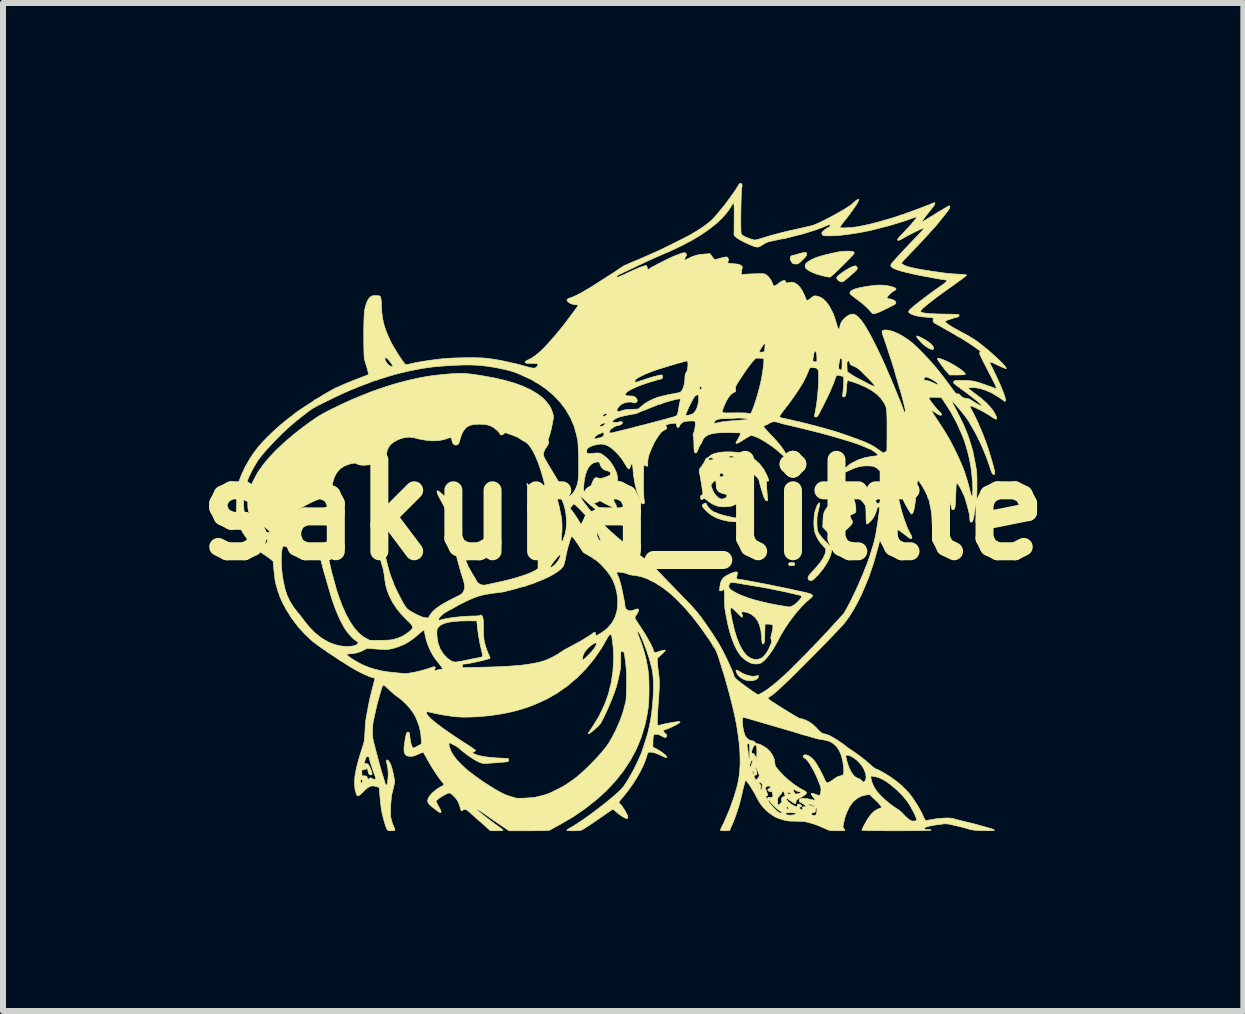
<source format=kicad_pcb>
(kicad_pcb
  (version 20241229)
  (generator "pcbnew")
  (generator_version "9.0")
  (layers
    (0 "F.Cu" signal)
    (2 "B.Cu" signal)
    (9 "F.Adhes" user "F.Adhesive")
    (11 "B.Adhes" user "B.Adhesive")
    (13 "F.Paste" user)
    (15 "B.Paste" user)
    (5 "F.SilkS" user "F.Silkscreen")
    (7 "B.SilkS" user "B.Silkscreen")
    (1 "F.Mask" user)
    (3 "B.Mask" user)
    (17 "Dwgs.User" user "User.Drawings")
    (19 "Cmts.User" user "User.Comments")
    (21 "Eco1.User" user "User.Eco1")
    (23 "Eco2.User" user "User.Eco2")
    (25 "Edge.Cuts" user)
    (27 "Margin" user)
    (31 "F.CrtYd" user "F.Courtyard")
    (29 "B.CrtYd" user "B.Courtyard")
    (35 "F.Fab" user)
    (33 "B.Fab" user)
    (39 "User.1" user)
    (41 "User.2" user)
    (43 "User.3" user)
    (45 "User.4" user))
  (footprint "sakura_little"
    (layer "F.Cu")
    (at 7.337 5.449)
    (property "Reference" "sakura_little" (at 0 0 0) (layer "F.SilkS") (effects (font (size 1.524 1.524) (thickness 0.3))))
    (attr through_hole)
    (fp_poly (pts (xy 2.839 0.88) (xy 2.853 0.885) (xy 2.858 0.895) (xy 2.859 0.905) (xy 2.857 0.919) (xy 2.849 0.927) (xy 2.829 0.929) (xy 2.809 0.93) (xy 2.779 0.929) (xy 2.764 0.925) (xy 2.759 0.915) (xy 2.759 0.905) (xy 2.761 0.89) (xy 2.769 0.882) (xy 2.789 0.88) (xy 2.809 0.88) (xy 2.839 0.88)) (stroke (width 0.01) (type solid)) (fill yes) (layer "F.SilkS"))
    (fp_poly (pts (xy 4.914 -2.895) (xy 4.949 -2.88) (xy 4.984 -2.863) (xy 5.045 -2.829) (xy 5.096 -2.793) (xy 5.137 -2.759) (xy 5.164 -2.727) (xy 5.176 -2.701) (xy 5.176 -2.692) (xy 5.168 -2.676) (xy 5.149 -2.673) (xy 5.119 -2.683) (xy 5.091 -2.696) (xy 5.034 -2.732) (xy 4.978 -2.781) (xy 4.926 -2.839) (xy 4.9 -2.871) (xy 4.89 -2.891) (xy 4.894 -2.899) (xy 4.914 -2.895)) (stroke (width 0.01) (type solid)) (fill yes) (layer "F.SilkS"))
    (fp_poly (pts (xy 3.53 0.512) (xy 3.598 0.527) (xy 3.649 0.537) (xy 3.687 0.544) (xy 3.714 0.547) (xy 3.735 0.547) (xy 3.748 0.546) (xy 3.789 0.54) (xy 3.814 0.538) (xy 3.829 0.54) (xy 3.838 0.546) (xy 3.842 0.552) (xy 3.846 0.571) (xy 3.833 0.585) (xy 3.804 0.594) (xy 3.764 0.598) (xy 3.713 0.596) (xy 3.654 0.588) (xy 3.654 0.588) (xy 3.596 0.576) (xy 3.555 0.565) (xy 3.529 0.554) (xy 3.515 0.542) (xy 3.51 0.531) (xy 3.511 0.514) (xy 3.523 0.511) (xy 3.53 0.512)) (stroke (width 0.01) (type solid)) (fill yes) (layer "F.SilkS"))
    (fp_poly (pts (xy 1.905 2.674) (xy 1.935 2.691) (xy 1.945 2.698) (xy 1.991 2.725) (xy 2.045 2.748) (xy 2.101 2.764) (xy 2.154 2.773) (xy 2.198 2.771) (xy 2.214 2.768) (xy 2.241 2.76) (xy 2.254 2.763) (xy 2.255 2.778) (xy 2.253 2.787) (xy 2.236 2.813) (xy 2.205 2.833) (xy 2.162 2.845) (xy 2.114 2.848) (xy 2.063 2.843) (xy 2.021 2.83) (xy 1.966 2.801) (xy 1.923 2.765) (xy 1.895 2.724) (xy 1.894 2.722) (xy 1.885 2.697) (xy 1.879 2.68) (xy 1.879 2.678) (xy 1.886 2.669) (xy 1.905 2.674)) (stroke (width 0.01) (type solid)) (fill yes) (layer "F.SilkS"))
    (fp_poly (pts (xy 3.886 -4.06) (xy 3.898 -4.044) (xy 3.903 -4.033) (xy 3.903 -4.021) (xy 3.896 -4.007) (xy 3.881 -3.989) (xy 3.855 -3.965) (xy 3.818 -3.931) (xy 3.779 -3.898) (xy 3.744 -3.868) (xy 3.714 -3.842) (xy 3.691 -3.822) (xy 3.684 -3.816) (xy 3.654 -3.8) (xy 3.62 -3.803) (xy 3.588 -3.824) (xy 3.585 -3.827) (xy 3.568 -3.848) (xy 3.559 -3.865) (xy 3.559 -3.868) (xy 3.567 -3.885) (xy 3.59 -3.909) (xy 3.624 -3.936) (xy 3.666 -3.966) (xy 3.712 -3.996) (xy 3.759 -4.023) (xy 3.802 -4.046) (xy 3.84 -4.062) (xy 3.869 -4.068) (xy 3.871 -4.068) (xy 3.886 -4.06)) (stroke (width 0.01) (type solid)) (fill yes) (layer "F.SilkS"))
    (fp_poly (pts (xy 5.277 -2.523) (xy 5.315 -2.51) (xy 5.331 -2.505) (xy 5.381 -2.484) (xy 5.436 -2.457) (xy 5.492 -2.427) (xy 5.546 -2.395) (xy 5.596 -2.362) (xy 5.639 -2.331) (xy 5.673 -2.303) (xy 5.695 -2.279) (xy 5.703 -2.262) (xy 5.702 -2.258) (xy 5.691 -2.255) (xy 5.663 -2.252) (xy 5.623 -2.25) (xy 5.576 -2.249) (xy 5.568 -2.249) (xy 5.44 -2.249) (xy 5.398 -2.297) (xy 5.372 -2.327) (xy 5.343 -2.364) (xy 5.313 -2.404) (xy 5.285 -2.443) (xy 5.261 -2.477) (xy 5.245 -2.503) (xy 5.238 -2.517) (xy 5.238 -2.518) (xy 5.241 -2.526) (xy 5.253 -2.528) (xy 5.277 -2.523)) (stroke (width 0.01) (type solid)) (fill yes) (layer "F.SilkS"))
    (fp_poly (pts (xy 3.053 -4.283) (xy 3.057 -4.264) (xy 3.057 -4.249) (xy 3.05 -4.232) (xy 3.034 -4.212) (xy 3.006 -4.183) (xy 2.99 -4.167) (xy 2.957 -4.135) (xy 2.934 -4.115) (xy 2.915 -4.104) (xy 2.897 -4.099) (xy 2.875 -4.098) (xy 2.875 -4.098) (xy 2.844 -4.101) (xy 2.825 -4.11) (xy 2.811 -4.126) (xy 2.795 -4.152) (xy 2.785 -4.175) (xy 2.784 -4.201) (xy 2.793 -4.224) (xy 2.809 -4.237) (xy 2.815 -4.238) (xy 2.831 -4.241) (xy 2.86 -4.249) (xy 2.897 -4.26) (xy 2.907 -4.263) (xy 2.948 -4.275) (xy 2.987 -4.285) (xy 3.016 -4.29) (xy 3.019 -4.291) (xy 3.043 -4.291) (xy 3.053 -4.283)) (stroke (width 0.01) (type solid)) (fill yes) (layer "F.SilkS"))
    (fp_poly (pts (xy 1.379 -0.112) (xy 1.388 -0.098) (xy 1.398 -0.077) (xy 1.415 -0.05) (xy 1.441 -0.02) (xy 1.472 0.008) (xy 1.502 0.029) (xy 1.527 0.04) (xy 1.531 0.04) (xy 1.551 0.046) (xy 1.555 0.049) (xy 1.572 0.058) (xy 1.605 0.07) (xy 1.65 0.084) (xy 1.702 0.097) (xy 1.759 0.111) (xy 1.815 0.123) (xy 1.867 0.132) (xy 1.893 0.136) (xy 1.941 0.144) (xy 1.972 0.154) (xy 1.987 0.168) (xy 1.989 0.18) (xy 1.988 0.189) (xy 1.982 0.195) (xy 1.967 0.198) (xy 1.939 0.199) (xy 1.896 0.199) (xy 1.892 0.199) (xy 1.843 0.197) (xy 1.795 0.194) (xy 1.756 0.189) (xy 1.744 0.187) (xy 1.643 0.164) (xy 1.558 0.134) (xy 1.484 0.096) (xy 1.419 0.048) (xy 1.382 0.013) (xy 1.346 -0.024) (xy 1.325 -0.051) (xy 1.317 -0.071) (xy 1.323 -0.086) (xy 1.34 -0.1) (xy 1.35 -0.105) (xy 1.368 -0.113) (xy 1.379 -0.112)) (stroke (width 0.01) (type solid)) (fill yes) (layer "F.SilkS"))
    (fp_poly (pts (xy 3.778 -4.312) (xy 3.809 -4.31) (xy 3.83 -4.306) (xy 3.843 -4.298) (xy 3.845 -4.296) (xy 3.85 -4.29) (xy 3.851 -4.283) (xy 3.848 -4.273) (xy 3.838 -4.259) (xy 3.821 -4.239) (xy 3.795 -4.211) (xy 3.758 -4.173) (xy 3.71 -4.125) (xy 3.663 -4.078) (xy 3.595 -4.01) (xy 3.539 -3.957) (xy 3.496 -3.918) (xy 3.466 -3.892) (xy 3.448 -3.881) (xy 3.444 -3.88) (xy 3.421 -3.882) (xy 3.39 -3.887) (xy 3.384 -3.889) (xy 3.308 -3.906) (xy 3.236 -3.927) (xy 3.17 -3.951) (xy 3.115 -3.977) (xy 3.072 -4.003) (xy 3.045 -4.028) (xy 3.038 -4.039) (xy 3.032 -4.071) (xy 3.041 -4.099) (xy 3.068 -4.127) (xy 3.082 -4.137) (xy 3.129 -4.166) (xy 3.179 -4.191) (xy 3.236 -4.213) (xy 3.303 -4.234) (xy 3.385 -4.255) (xy 3.419 -4.263) (xy 3.488 -4.279) (xy 3.542 -4.291) (xy 3.584 -4.3) (xy 3.618 -4.306) (xy 3.648 -4.309) (xy 3.676 -4.311) (xy 3.708 -4.312) (xy 3.73 -4.312) (xy 3.778 -4.312)) (stroke (width 0.01) (type solid)) (fill yes) (layer "F.SilkS"))
    (fp_poly (pts (xy 4.381 -3.741) (xy 4.425 -3.733) (xy 4.485 -3.719) (xy 4.524 -3.705) (xy 4.545 -3.691) (xy 4.547 -3.676) (xy 4.53 -3.661) (xy 4.517 -3.653) (xy 4.488 -3.634) (xy 4.456 -3.609) (xy 4.428 -3.582) (xy 4.408 -3.557) (xy 4.398 -3.539) (xy 4.398 -3.537) (xy 4.404 -3.523) (xy 4.423 -3.519) (xy 4.428 -3.519) (xy 4.462 -3.514) (xy 4.496 -3.503) (xy 4.525 -3.487) (xy 4.542 -3.471) (xy 4.543 -3.468) (xy 4.546 -3.447) (xy 4.535 -3.431) (xy 4.511 -3.416) (xy 4.42 -3.37) (xy 4.346 -3.333) (xy 4.286 -3.305) (xy 4.239 -3.286) (xy 4.202 -3.274) (xy 4.176 -3.269) (xy 4.169 -3.269) (xy 4.151 -3.277) (xy 4.133 -3.295) (xy 4.133 -3.296) (xy 4.11 -3.325) (xy 4.074 -3.362) (xy 4.03 -3.403) (xy 3.98 -3.446) (xy 3.929 -3.486) (xy 3.914 -3.496) (xy 3.861 -3.536) (xy 3.822 -3.566) (xy 3.796 -3.588) (xy 3.782 -3.605) (xy 3.779 -3.62) (xy 3.784 -3.633) (xy 3.797 -3.647) (xy 3.802 -3.652) (xy 3.832 -3.67) (xy 3.881 -3.688) (xy 3.949 -3.705) (xy 4.035 -3.721) (xy 4.138 -3.736) (xy 4.149 -3.738) (xy 4.236 -3.746) (xy 4.311 -3.747) (xy 4.381 -3.741)) (stroke (width 0.01) (type solid)) (fill yes) (layer "F.SilkS"))
    (fp_poly (pts (xy 3.275 -0.117) (xy 3.277 -0.106) (xy 3.275 -0.082) (xy 3.267 -0.045) (xy 3.254 0.009) (xy 3.249 0.03) (xy 3.238 0.075) (xy 3.232 0.117) (xy 3.23 0.162) (xy 3.23 0.219) (xy 3.23 0.23) (xy 3.232 0.281) (xy 3.235 0.316) (xy 3.239 0.342) (xy 3.247 0.364) (xy 3.259 0.387) (xy 3.269 0.404) (xy 3.291 0.435) (xy 3.324 0.474) (xy 3.362 0.515) (xy 3.392 0.545) (xy 3.481 0.628) (xy 3.474 0.686) (xy 3.458 0.753) (xy 3.427 0.829) (xy 3.382 0.909) (xy 3.326 0.991) (xy 3.26 1.072) (xy 3.224 1.111) (xy 3.189 1.145) (xy 3.164 1.166) (xy 3.144 1.177) (xy 3.129 1.18) (xy 3.101 1.172) (xy 3.089 1.16) (xy 3.082 1.142) (xy 3.081 1.124) (xy 3.09 1.103) (xy 3.11 1.077) (xy 3.142 1.041) (xy 3.156 1.025) (xy 3.231 0.942) (xy 3.29 0.869) (xy 3.333 0.804) (xy 3.361 0.746) (xy 3.374 0.697) (xy 3.377 0.67) (xy 3.374 0.651) (xy 3.362 0.631) (xy 3.341 0.608) (xy 3.316 0.58) (xy 3.293 0.555) (xy 3.283 0.543) (xy 3.257 0.505) (xy 3.23 0.456) (xy 3.207 0.404) (xy 3.194 0.368) (xy 3.185 0.321) (xy 3.18 0.261) (xy 3.179 0.194) (xy 3.182 0.127) (xy 3.189 0.066) (xy 3.196 0.032) (xy 3.212 -0.02) (xy 3.229 -0.064) (xy 3.247 -0.097) (xy 3.263 -0.116) (xy 3.267 -0.118) (xy 3.275 -0.117)) (stroke (width 0.01) (type solid)) (fill yes) (layer "F.SilkS"))
    (fp_poly (pts (xy 1.793 -0.967) (xy 1.844 -0.964) (xy 1.891 -0.96) (xy 1.928 -0.955) (xy 1.949 -0.95) (xy 1.985 -0.939) (xy 2.019 -0.928) (xy 2.115 -0.89) (xy 2.201 -0.834) (xy 2.278 -0.762) (xy 2.343 -0.677) (xy 2.395 -0.578) (xy 2.408 -0.546) (xy 2.421 -0.512) (xy 2.427 -0.492) (xy 2.426 -0.483) (xy 2.419 -0.48) (xy 2.408 -0.48) (xy 2.398 -0.479) (xy 2.392 -0.474) (xy 2.389 -0.462) (xy 2.389 -0.439) (xy 2.391 -0.401) (xy 2.392 -0.372) (xy 2.396 -0.321) (xy 2.4 -0.269) (xy 2.403 -0.226) (xy 2.405 -0.207) (xy 2.408 -0.175) (xy 2.407 -0.157) (xy 2.401 -0.151) (xy 2.396 -0.15) (xy 2.382 -0.154) (xy 2.369 -0.167) (xy 2.356 -0.19) (xy 2.341 -0.227) (xy 2.324 -0.278) (xy 2.303 -0.346) (xy 2.291 -0.39) (xy 2.28 -0.43) (xy 2.271 -0.466) (xy 2.265 -0.49) (xy 2.265 -0.492) (xy 2.251 -0.52) (xy 2.222 -0.553) (xy 2.182 -0.588) (xy 2.135 -0.622) (xy 2.083 -0.654) (xy 2.031 -0.68) (xy 1.993 -0.694) (xy 1.973 -0.695) (xy 1.966 -0.683) (xy 1.972 -0.662) (xy 1.992 -0.633) (xy 1.995 -0.629) (xy 2.024 -0.588) (xy 2.051 -0.539) (xy 2.074 -0.488) (xy 2.085 -0.456) (xy 2.085 -0.434) (xy 2.071 -0.413) (xy 2.064 -0.405) (xy 2.04 -0.388) (xy 2.017 -0.38) (xy 2.015 -0.38) (xy 1.983 -0.373) (xy 1.965 -0.353) (xy 1.964 -0.322) (xy 1.964 -0.322) (xy 1.971 -0.3) (xy 1.978 -0.29) (xy 1.979 -0.29) (xy 1.988 -0.282) (xy 1.998 -0.262) (xy 1.999 -0.261) (xy 2.006 -0.235) (xy 2 -0.211) (xy 1.996 -0.203) (xy 1.964 -0.16) (xy 1.918 -0.12) (xy 1.861 -0.086) (xy 1.815 -0.066) (xy 1.77 -0.057) (xy 1.715 -0.052) (xy 1.657 -0.052) (xy 1.603 -0.057) (xy 1.564 -0.066) (xy 1.51 -0.088) (xy 1.466 -0.111) (xy 1.423 -0.141) (xy 1.402 -0.157) (xy 1.373 -0.18) (xy 1.354 -0.192) (xy 1.343 -0.194) (xy 1.335 -0.188) (xy 1.334 -0.186) (xy 1.316 -0.17) (xy 1.3 -0.172) (xy 1.291 -0.192) (xy 1.289 -0.206) (xy 1.292 -0.232) (xy 1.303 -0.245) (xy 1.309 -0.247) (xy 1.326 -0.254) (xy 1.329 -0.259) (xy 1.328 -0.278) (xy 1.323 -0.312) (xy 1.316 -0.359) (xy 1.309 -0.406) (xy 1.465 -0.406) (xy 1.47 -0.386) (xy 1.481 -0.357) (xy 1.497 -0.32) (xy 1.522 -0.273) (xy 1.554 -0.233) (xy 1.589 -0.201) (xy 1.624 -0.183) (xy 1.642 -0.18) (xy 1.663 -0.184) (xy 1.691 -0.193) (xy 1.695 -0.194) (xy 1.719 -0.208) (xy 1.729 -0.226) (xy 1.729 -0.234) (xy 1.726 -0.251) (xy 1.713 -0.26) (xy 1.692 -0.265) (xy 1.658 -0.273) (xy 1.621 -0.287) (xy 1.614 -0.291) (xy 1.583 -0.312) (xy 1.563 -0.341) (xy 1.552 -0.383) (xy 1.549 -0.434) (xy 1.547 -0.47) (xy 1.539 -0.487) (xy 1.525 -0.486) (xy 1.503 -0.466) (xy 1.488 -0.449) (xy 1.474 -0.432) (xy 1.466 -0.419) (xy 1.465 -0.406) (xy 1.309 -0.406) (xy 1.308 -0.412) (xy 1.299 -0.469) (xy 1.29 -0.524) (xy 1.284 -0.559) (xy 1.611 -0.559) (xy 1.619 -0.551) (xy 1.632 -0.55) (xy 1.657 -0.556) (xy 1.67 -0.566) (xy 1.677 -0.579) (xy 1.671 -0.592) (xy 1.66 -0.601) (xy 1.636 -0.616) (xy 1.621 -0.612) (xy 1.612 -0.59) (xy 1.611 -0.582) (xy 1.611 -0.559) (xy 1.284 -0.559) (xy 1.281 -0.574) (xy 1.273 -0.615) (xy 1.271 -0.627) (xy 1.267 -0.651) (xy 1.269 -0.669) (xy 1.278 -0.688) (xy 1.297 -0.714) (xy 1.305 -0.725) (xy 1.33 -0.761) (xy 1.353 -0.798) (xy 1.366 -0.824) (xy 1.374 -0.841) (xy 1.421 -0.841) (xy 1.427 -0.833) (xy 1.45 -0.831) (xy 1.462 -0.832) (xy 1.492 -0.836) (xy 1.504 -0.846) (xy 1.504 -0.85) (xy 1.496 -0.861) (xy 1.476 -0.867) (xy 1.452 -0.868) (xy 1.433 -0.863) (xy 1.428 -0.858) (xy 1.421 -0.841) (xy 1.374 -0.841) (xy 1.382 -0.855) (xy 1.397 -0.868) (xy 1.405 -0.87) (xy 1.426 -0.878) (xy 1.435 -0.887) (xy 1.762 -0.887) (xy 1.767 -0.878) (xy 1.786 -0.872) (xy 1.811 -0.87) (xy 1.838 -0.872) (xy 1.847 -0.879) (xy 1.847 -0.882) (xy 1.835 -0.892) (xy 1.811 -0.898) (xy 1.785 -0.898) (xy 1.773 -0.895) (xy 1.762 -0.887) (xy 1.435 -0.887) (xy 1.437 -0.889) (xy 1.462 -0.913) (xy 1.504 -0.933) (xy 1.56 -0.949) (xy 1.627 -0.961) (xy 1.702 -0.967) (xy 1.783 -0.967) (xy 1.793 -0.967)) (stroke (width 0.01) (type solid)) (fill yes) (layer "F.SilkS"))
    (fp_poly (pts (xy 1.901 1.038) (xy 1.905 1.054) (xy 1.899 1.085) (xy 1.899 1.088) (xy 1.891 1.125) (xy 1.896 1.147) (xy 1.914 1.158) (xy 1.93 1.16) (xy 1.955 1.161) (xy 1.993 1.166) (xy 2.035 1.173) (xy 2.043 1.175) (xy 2.115 1.188) (xy 2.172 1.199) (xy 2.217 1.207) (xy 2.255 1.214) (xy 2.282 1.219) (xy 2.325 1.227) (xy 2.38 1.238) (xy 2.44 1.25) (xy 2.497 1.261) (xy 2.534 1.269) (xy 2.567 1.276) (xy 2.608 1.284) (xy 2.634 1.289) (xy 2.675 1.298) (xy 2.714 1.306) (xy 2.734 1.31) (xy 2.816 1.328) (xy 2.894 1.345) (xy 2.96 1.359) (xy 2.964 1.36) (xy 3.037 1.376) (xy 3.092 1.39) (xy 3.129 1.403) (xy 3.15 1.417) (xy 3.157 1.431) (xy 3.149 1.448) (xy 3.129 1.469) (xy 3.107 1.487) (xy 3.043 1.542) (xy 2.974 1.613) (xy 2.901 1.694) (xy 2.829 1.785) (xy 2.759 1.88) (xy 2.694 1.978) (xy 2.636 2.074) (xy 2.607 2.127) (xy 2.583 2.173) (xy 2.56 2.215) (xy 2.541 2.249) (xy 2.529 2.269) (xy 2.528 2.271) (xy 2.515 2.291) (xy 2.509 2.304) (xy 2.509 2.304) (xy 2.503 2.315) (xy 2.489 2.337) (xy 2.467 2.369) (xy 2.45 2.393) (xy 2.401 2.456) (xy 2.358 2.504) (xy 2.317 2.539) (xy 2.297 2.552) (xy 2.263 2.564) (xy 2.218 2.568) (xy 2.169 2.564) (xy 2.124 2.552) (xy 2.122 2.551) (xy 2.051 2.513) (xy 1.986 2.459) (xy 1.95 2.419) (xy 1.902 2.348) (xy 1.857 2.259) (xy 1.815 2.154) (xy 1.777 2.036) (xy 1.745 1.908) (xy 1.719 1.779) (xy 1.711 1.736) (xy 1.703 1.692) (xy 1.699 1.67) (xy 1.787 1.67) (xy 1.792 1.714) (xy 1.804 1.776) (xy 1.82 1.856) (xy 1.821 1.859) (xy 1.854 2) (xy 1.891 2.124) (xy 1.933 2.232) (xy 1.979 2.321) (xy 2.028 2.392) (xy 2.072 2.438) (xy 2.127 2.473) (xy 2.185 2.491) (xy 2.244 2.492) (xy 2.3 2.474) (xy 2.3 2.474) (xy 2.334 2.448) (xy 2.37 2.409) (xy 2.404 2.361) (xy 2.431 2.309) (xy 2.434 2.301) (xy 2.449 2.264) (xy 2.463 2.232) (xy 2.472 2.212) (xy 2.472 2.212) (xy 2.477 2.186) (xy 2.469 2.164) (xy 2.461 2.14) (xy 2.464 2.11) (xy 2.466 2.102) (xy 2.474 2.072) (xy 2.483 2.032) (xy 2.49 1.997) (xy 2.496 1.954) (xy 2.495 1.927) (xy 2.482 1.912) (xy 2.456 1.906) (xy 2.421 1.904) (xy 2.364 1.904) (xy 2.361 2.058) (xy 2.359 2.125) (xy 2.357 2.174) (xy 2.352 2.207) (xy 2.345 2.226) (xy 2.336 2.234) (xy 2.325 2.233) (xy 2.318 2.222) (xy 2.313 2.196) (xy 2.309 2.151) (xy 2.307 2.116) (xy 2.296 2.011) (xy 2.273 1.921) (xy 2.24 1.847) (xy 2.194 1.787) (xy 2.135 1.741) (xy 2.105 1.725) (xy 2.067 1.71) (xy 2.03 1.702) (xy 1.998 1.699) (xy 1.976 1.704) (xy 1.969 1.714) (xy 1.975 1.731) (xy 1.979 1.734) (xy 1.986 1.747) (xy 1.989 1.766) (xy 1.987 1.783) (xy 1.982 1.789) (xy 1.972 1.783) (xy 1.951 1.765) (xy 1.924 1.738) (xy 1.904 1.718) (xy 1.864 1.678) (xy 1.832 1.649) (xy 1.81 1.633) (xy 1.795 1.631) (xy 1.787 1.643) (xy 1.787 1.67) (xy 1.699 1.67) (xy 1.699 1.666) (xy 1.695 1.638) (xy 1.692 1.596) (xy 1.69 1.544) (xy 1.689 1.487) (xy 1.689 1.469) (xy 1.689 1.406) (xy 1.686 1.358) (xy 1.682 1.326) (xy 1.677 1.311) (xy 1.671 1.315) (xy 1.666 1.33) (xy 1.654 1.346) (xy 1.634 1.349) (xy 1.606 1.349) (xy 1.612 1.282) (xy 1.613 1.279) (xy 1.759 1.279) (xy 1.769 1.303) (xy 1.796 1.33) (xy 1.839 1.359) (xy 1.895 1.39) (xy 1.964 1.421) (xy 2.042 1.452) (xy 2.128 1.481) (xy 2.22 1.508) (xy 2.284 1.524) (xy 2.325 1.534) (xy 2.363 1.543) (xy 2.389 1.549) (xy 2.422 1.557) (xy 2.469 1.566) (xy 2.524 1.577) (xy 2.584 1.588) (xy 2.643 1.598) (xy 2.697 1.607) (xy 2.74 1.614) (xy 2.767 1.618) (xy 2.784 1.615) (xy 2.809 1.607) (xy 2.812 1.606) (xy 2.853 1.582) (xy 2.897 1.545) (xy 2.941 1.499) (xy 2.95 1.488) (xy 2.968 1.463) (xy 2.974 1.447) (xy 2.969 1.435) (xy 2.969 1.434) (xy 2.949 1.422) (xy 2.936 1.419) (xy 2.911 1.416) (xy 2.885 1.41) (xy 2.861 1.403) (xy 2.822 1.394) (xy 2.773 1.383) (xy 2.717 1.37) (xy 2.659 1.357) (xy 2.604 1.346) (xy 2.574 1.34) (xy 2.529 1.331) (xy 2.479 1.321) (xy 2.449 1.314) (xy 2.392 1.303) (xy 2.321 1.29) (xy 2.236 1.276) (xy 2.134 1.259) (xy 2.044 1.244) (xy 1.995 1.236) (xy 1.948 1.228) (xy 1.909 1.221) (xy 1.896 1.219) (xy 1.845 1.211) (xy 1.81 1.21) (xy 1.787 1.216) (xy 1.773 1.231) (xy 1.771 1.235) (xy 1.762 1.261) (xy 1.759 1.279) (xy 1.613 1.279) (xy 1.621 1.223) (xy 1.638 1.177) (xy 1.665 1.139) (xy 1.676 1.128) (xy 1.706 1.105) (xy 1.743 1.083) (xy 1.785 1.063) (xy 1.826 1.047) (xy 1.862 1.036) (xy 1.889 1.033) (xy 1.901 1.038)) (stroke (width 0.01) (type solid)) (fill yes) (layer "F.SilkS"))
    (fp_poly (pts (xy 1.975 -5.436) (xy 1.982 -5.42) (xy 1.981 -5.394) (xy 1.978 -5.378) (xy 1.975 -5.353) (xy 1.972 -5.313) (xy 1.97 -5.259) (xy 1.967 -5.196) (xy 1.965 -5.125) (xy 1.963 -5.049) (xy 1.962 -4.971) (xy 1.961 -4.893) (xy 1.961 -4.82) (xy 1.961 -4.752) (xy 1.962 -4.694) (xy 1.963 -4.647) (xy 1.965 -4.615) (xy 1.968 -4.6) (xy 1.985 -4.581) (xy 2.01 -4.563) (xy 2.011 -4.562) (xy 2.045 -4.547) (xy 2.085 -4.531) (xy 2.127 -4.516) (xy 2.164 -4.505) (xy 2.191 -4.499) (xy 2.196 -4.498) (xy 2.214 -4.501) (xy 2.247 -4.509) (xy 2.289 -4.521) (xy 2.331 -4.534) (xy 2.38 -4.549) (xy 2.424 -4.563) (xy 2.46 -4.573) (xy 2.479 -4.579) (xy 2.563 -4.601) (xy 2.636 -4.62) (xy 2.695 -4.635) (xy 2.738 -4.645) (xy 2.744 -4.646) (xy 2.774 -4.653) (xy 2.818 -4.663) (xy 2.868 -4.674) (xy 2.909 -4.684) (xy 2.958 -4.695) (xy 3.003 -4.705) (xy 3.039 -4.714) (xy 3.059 -4.718) (xy 3.09 -4.725) (xy 3.129 -4.734) (xy 3.143 -4.738) (xy 3.179 -4.749) (xy 3.23 -4.77) (xy 3.291 -4.798) (xy 3.36 -4.832) (xy 3.434 -4.87) (xy 3.51 -4.91) (xy 3.584 -4.952) (xy 3.655 -4.992) (xy 3.718 -5.031) (xy 3.771 -5.065) (xy 3.811 -5.094) (xy 3.828 -5.109) (xy 3.871 -5.148) (xy 3.902 -5.171) (xy 3.921 -5.179) (xy 3.927 -5.172) (xy 3.921 -5.15) (xy 3.903 -5.115) (xy 3.872 -5.065) (xy 3.851 -5.035) (xy 3.812 -4.98) (xy 3.768 -4.919) (xy 3.723 -4.86) (xy 3.691 -4.82) (xy 3.661 -4.781) (xy 3.635 -4.747) (xy 3.617 -4.721) (xy 3.609 -4.707) (xy 3.609 -4.706) (xy 3.618 -4.702) (xy 3.643 -4.701) (xy 3.68 -4.7) (xy 3.725 -4.702) (xy 3.774 -4.705) (xy 3.824 -4.709) (xy 3.869 -4.714) (xy 3.898 -4.719) (xy 4.013 -4.741) (xy 4.115 -4.763) (xy 4.211 -4.787) (xy 4.308 -4.814) (xy 4.338 -4.823) (xy 4.382 -4.836) (xy 4.425 -4.848) (xy 4.457 -4.858) (xy 4.463 -4.859) (xy 4.513 -4.874) (xy 4.558 -4.889) (xy 4.594 -4.901) (xy 4.611 -4.909) (xy 4.633 -4.917) (xy 4.643 -4.918) (xy 4.665 -4.923) (xy 4.676 -4.927) (xy 4.695 -4.936) (xy 4.725 -4.947) (xy 4.743 -4.953) (xy 4.776 -4.964) (xy 4.803 -4.974) (xy 4.813 -4.978) (xy 4.831 -4.985) (xy 4.862 -4.996) (xy 4.902 -5.011) (xy 4.933 -5.023) (xy 4.976 -5.039) (xy 5.014 -5.053) (xy 5.04 -5.064) (xy 5.05 -5.069) (xy 5.07 -5.077) (xy 5.078 -5.078) (xy 5.092 -5.082) (xy 5.117 -5.093) (xy 5.138 -5.102) (xy 5.166 -5.114) (xy 5.186 -5.12) (xy 5.192 -5.12) (xy 5.197 -5.112) (xy 5.195 -5.099) (xy 5.185 -5.08) (xy 5.167 -5.053) (xy 5.138 -5.015) (xy 5.097 -4.964) (xy 5.093 -4.959) (xy 5.049 -4.903) (xy 5.018 -4.862) (xy 4.998 -4.834) (xy 4.99 -4.816) (xy 4.991 -4.809) (xy 5.002 -4.811) (xy 5.015 -4.818) (xy 5.042 -4.834) (xy 5.079 -4.857) (xy 5.123 -4.884) (xy 5.153 -4.902) (xy 5.199 -4.931) (xy 5.239 -4.956) (xy 5.27 -4.975) (xy 5.289 -4.986) (xy 5.293 -4.988) (xy 5.303 -4.993) (xy 5.325 -5.006) (xy 5.355 -5.025) (xy 5.36 -5.028) (xy 5.392 -5.047) (xy 5.419 -5.062) (xy 5.434 -5.068) (xy 5.435 -5.068) (xy 5.447 -5.061) (xy 5.444 -5.042) (xy 5.429 -5.011) (xy 5.418 -4.993) (xy 5.404 -4.974) (xy 5.381 -4.944) (xy 5.351 -4.907) (xy 5.318 -4.865) (xy 5.284 -4.823) (xy 5.252 -4.783) (xy 5.224 -4.748) (xy 5.202 -4.723) (xy 5.19 -4.709) (xy 5.189 -4.708) (xy 5.18 -4.699) (xy 5.161 -4.678) (xy 5.134 -4.648) (xy 5.101 -4.612) (xy 5.093 -4.603) (xy 5.049 -4.554) (xy 4.997 -4.499) (xy 4.946 -4.443) (xy 4.908 -4.403) (xy 4.838 -4.33) (xy 4.78 -4.271) (xy 4.735 -4.222) (xy 4.7 -4.185) (xy 4.674 -4.157) (xy 4.656 -4.137) (xy 4.645 -4.123) (xy 4.641 -4.115) (xy 4.64 -4.114) (xy 4.647 -4.103) (xy 4.668 -4.088) (xy 4.697 -4.073) (xy 4.731 -4.059) (xy 4.748 -4.054) (xy 4.795 -4.042) (xy 4.839 -4.032) (xy 4.884 -4.022) (xy 4.935 -4.013) (xy 4.998 -4.002) (xy 5.043 -3.994) (xy 5.085 -3.988) (xy 5.125 -3.981) (xy 5.167 -3.975) (xy 5.217 -3.968) (xy 5.278 -3.959) (xy 5.355 -3.948) (xy 5.355 -3.948) (xy 5.397 -3.943) (xy 5.452 -3.938) (xy 5.514 -3.933) (xy 5.574 -3.93) (xy 5.58 -3.93) (xy 5.642 -3.926) (xy 5.685 -3.923) (xy 5.712 -3.918) (xy 5.722 -3.913) (xy 5.723 -3.911) (xy 5.715 -3.903) (xy 5.693 -3.884) (xy 5.659 -3.858) (xy 5.614 -3.825) (xy 5.562 -3.787) (xy 5.513 -3.751) (xy 5.406 -3.676) (xy 5.314 -3.61) (xy 5.235 -3.552) (xy 5.168 -3.501) (xy 5.109 -3.455) (xy 5.057 -3.413) (xy 5.044 -3.402) (xy 5.003 -3.366) (xy 4.976 -3.34) (xy 4.962 -3.322) (xy 4.959 -3.308) (xy 4.965 -3.297) (xy 4.984 -3.289) (xy 5.022 -3.281) (xy 5.077 -3.275) (xy 5.148 -3.27) (xy 5.234 -3.266) (xy 5.334 -3.264) (xy 5.369 -3.264) (xy 5.433 -3.263) (xy 5.49 -3.262) (xy 5.539 -3.26) (xy 5.574 -3.258) (xy 5.594 -3.255) (xy 5.597 -3.254) (xy 5.601 -3.243) (xy 5.593 -3.228) (xy 5.576 -3.215) (xy 5.557 -3.209) (xy 5.557 -3.209) (xy 5.533 -3.205) (xy 5.516 -3.2) (xy 5.494 -3.192) (xy 5.461 -3.181) (xy 5.43 -3.172) (xy 5.399 -3.161) (xy 5.376 -3.15) (xy 5.368 -3.142) (xy 5.375 -3.128) (xy 5.395 -3.109) (xy 5.431 -3.083) (xy 5.481 -3.051) (xy 5.548 -3.013) (xy 5.632 -2.967) (xy 5.703 -2.929) (xy 5.74 -2.909) (xy 5.773 -2.89) (xy 5.794 -2.877) (xy 5.799 -2.873) (xy 5.815 -2.862) (xy 5.822 -2.859) (xy 5.834 -2.853) (xy 5.856 -2.839) (xy 5.881 -2.822) (xy 5.943 -2.776) (xy 6.006 -2.726) (xy 6.07 -2.674) (xy 6.133 -2.62) (xy 6.192 -2.567) (xy 6.247 -2.517) (xy 6.295 -2.47) (xy 6.335 -2.429) (xy 6.364 -2.395) (xy 6.382 -2.37) (xy 6.386 -2.355) (xy 6.385 -2.353) (xy 6.375 -2.355) (xy 6.351 -2.365) (xy 6.316 -2.379) (xy 6.276 -2.397) (xy 6.234 -2.416) (xy 6.193 -2.436) (xy 6.165 -2.45) (xy 6.146 -2.457) (xy 6.125 -2.459) (xy 6.111 -2.456) (xy 6.11 -2.452) (xy 6.165 -2.343) (xy 6.214 -2.24) (xy 6.258 -2.146) (xy 6.296 -2.06) (xy 6.326 -1.986) (xy 6.35 -1.922) (xy 6.366 -1.872) (xy 6.373 -1.835) (xy 6.372 -1.814) (xy 6.365 -1.809) (xy 6.348 -1.816) (xy 6.332 -1.827) (xy 6.312 -1.843) (xy 6.279 -1.865) (xy 6.239 -1.891) (xy 6.197 -1.917) (xy 6.158 -1.94) (xy 6.127 -1.957) (xy 6.118 -1.961) (xy 6.028 -1.999) (xy 5.948 -2.023) (xy 5.875 -2.036) (xy 5.822 -2.039) (xy 5.783 -2.038) (xy 5.762 -2.033) (xy 5.758 -2.027) (xy 5.765 -2.017) (xy 5.787 -1.998) (xy 5.818 -1.972) (xy 5.858 -1.943) (xy 5.868 -1.936) (xy 5.964 -1.863) (xy 6.048 -1.789) (xy 6.117 -1.717) (xy 6.171 -1.647) (xy 6.208 -1.582) (xy 6.213 -1.571) (xy 6.225 -1.536) (xy 6.225 -1.516) (xy 6.214 -1.511) (xy 6.19 -1.521) (xy 6.155 -1.543) (xy 6.107 -1.575) (xy 6.054 -1.607) (xy 5.999 -1.639) (xy 5.944 -1.668) (xy 5.893 -1.693) (xy 5.849 -1.713) (xy 5.814 -1.727) (xy 5.791 -1.732) (xy 5.785 -1.731) (xy 5.781 -1.716) (xy 5.786 -1.706) (xy 5.794 -1.693) (xy 5.808 -1.667) (xy 5.827 -1.632) (xy 5.848 -1.591) (xy 5.869 -1.549) (xy 5.888 -1.509) (xy 5.904 -1.476) (xy 5.915 -1.453) (xy 5.918 -1.445) (xy 5.922 -1.435) (xy 5.932 -1.411) (xy 5.947 -1.378) (xy 5.951 -1.368) (xy 5.972 -1.319) (xy 5.995 -1.264) (xy 6.012 -1.22) (xy 6.026 -1.181) (xy 6.039 -1.148) (xy 6.047 -1.127) (xy 6.048 -1.125) (xy 6.057 -1.101) (xy 6.07 -1.063) (xy 6.086 -1.014) (xy 6.103 -0.958) (xy 6.122 -0.898) (xy 6.139 -0.84) (xy 6.154 -0.788) (xy 6.166 -0.745) (xy 6.167 -0.74) (xy 6.182 -0.683) (xy 6.191 -0.642) (xy 6.195 -0.616) (xy 6.193 -0.6) (xy 6.187 -0.592) (xy 6.176 -0.59) (xy 6.172 -0.59) (xy 6.157 -0.599) (xy 6.141 -0.629) (xy 6.123 -0.677) (xy 6.118 -0.695) (xy 6.108 -0.726) (xy 6.094 -0.768) (xy 6.078 -0.813) (xy 6.063 -0.855) (xy 6.051 -0.887) (xy 6.048 -0.895) (xy 6.04 -0.913) (xy 6.028 -0.944) (xy 6.012 -0.982) (xy 6.007 -0.995) (xy 5.985 -1.047) (xy 5.957 -1.109) (xy 5.925 -1.175) (xy 5.892 -1.242) (xy 5.86 -1.303) (xy 5.831 -1.354) (xy 5.814 -1.383) (xy 5.796 -1.412) (xy 5.783 -1.435) (xy 5.778 -1.445) (xy 5.772 -1.46) (xy 5.755 -1.485) (xy 5.731 -1.52) (xy 5.7 -1.561) (xy 5.665 -1.606) (xy 5.628 -1.652) (xy 5.591 -1.696) (xy 5.556 -1.736) (xy 5.526 -1.77) (xy 5.502 -1.794) (xy 5.487 -1.807) (xy 5.482 -1.807) (xy 5.484 -1.796) (xy 5.494 -1.774) (xy 5.508 -1.748) (xy 5.526 -1.715) (xy 5.549 -1.67) (xy 5.576 -1.617) (xy 5.605 -1.561) (xy 5.632 -1.505) (xy 5.657 -1.455) (xy 5.676 -1.413) (xy 5.689 -1.385) (xy 5.689 -1.384) (xy 5.702 -1.352) (xy 5.719 -1.312) (xy 5.728 -1.289) (xy 5.742 -1.255) (xy 5.753 -1.224) (xy 5.758 -1.21) (xy 5.765 -1.189) (xy 5.775 -1.155) (xy 5.788 -1.114) (xy 5.793 -1.1) (xy 5.806 -1.056) (xy 5.818 -1.016) (xy 5.826 -0.986) (xy 5.828 -0.98) (xy 5.834 -0.951) (xy 5.842 -0.907) (xy 5.853 -0.855) (xy 5.864 -0.799) (xy 5.874 -0.744) (xy 5.883 -0.696) (xy 5.888 -0.669) (xy 5.891 -0.639) (xy 5.894 -0.593) (xy 5.896 -0.537) (xy 5.897 -0.473) (xy 5.897 -0.406) (xy 5.897 -0.34) (xy 5.896 -0.279) (xy 5.894 -0.226) (xy 5.891 -0.187) (xy 5.889 -0.167) (xy 5.884 -0.14) (xy 5.877 -0.099) (xy 5.869 -0.05) (xy 5.863 -0.005) (xy 5.852 0.068) (xy 5.843 0.123) (xy 5.833 0.163) (xy 5.824 0.188) (xy 5.813 0.202) (xy 5.801 0.205) (xy 5.791 0.203) (xy 5.782 0.189) (xy 5.778 0.157) (xy 5.778 0.148) (xy 5.776 0.109) (xy 5.771 0.072) (xy 5.768 0.061) (xy 5.761 0.032) (xy 5.751 -0.007) (xy 5.743 -0.04) (xy 5.722 -0.116) (xy 5.703 -0.18) (xy 5.682 -0.237) (xy 5.657 -0.293) (xy 5.641 -0.326) (xy 5.617 -0.372) (xy 5.594 -0.408) (xy 5.575 -0.433) (xy 5.561 -0.443) (xy 5.554 -0.439) (xy 5.552 -0.425) (xy 5.55 -0.394) (xy 5.548 -0.35) (xy 5.546 -0.298) (xy 5.544 -0.25) (xy 5.541 -0.173) (xy 5.538 -0.113) (xy 5.534 -0.069) (xy 5.529 -0.038) (xy 5.522 -0.018) (xy 5.513 -0.007) (xy 5.501 -0.002) (xy 5.5 -0.002) (xy 5.483 -0.004) (xy 5.474 -0.021) (xy 5.472 -0.027) (xy 5.467 -0.054) (xy 5.459 -0.089) (xy 5.456 -0.105) (xy 5.435 -0.172) (xy 5.402 -0.248) (xy 5.359 -0.328) (xy 5.308 -0.408) (xy 5.251 -0.484) (xy 5.244 -0.492) (xy 5.219 -0.52) (xy 5.198 -0.536) (xy 5.184 -0.54) (xy 5.18 -0.531) (xy 5.182 -0.522) (xy 5.184 -0.514) (xy 5.186 -0.501) (xy 5.189 -0.482) (xy 5.192 -0.454) (xy 5.196 -0.415) (xy 5.2 -0.363) (xy 5.206 -0.296) (xy 5.213 -0.212) (xy 5.217 -0.165) (xy 5.22 -0.121) (xy 5.22 -0.068) (xy 5.219 -0.009) (xy 5.217 0.052) (xy 5.214 0.112) (xy 5.209 0.168) (xy 5.204 0.214) (xy 5.199 0.249) (xy 5.193 0.267) (xy 5.192 0.269) (xy 5.174 0.278) (xy 5.164 0.277) (xy 5.156 0.27) (xy 5.152 0.256) (xy 5.149 0.23) (xy 5.148 0.188) (xy 5.148 0.171) (xy 5.142 0.068) (xy 5.127 -0.027) (xy 5.117 -0.072) (xy 5.109 -0.112) (xy 5.103 -0.142) (xy 5.101 -0.153) (xy 5.094 -0.175) (xy 5.087 -0.186) (xy 5.079 -0.199) (xy 5.078 -0.205) (xy 5.073 -0.226) (xy 5.06 -0.258) (xy 5.041 -0.297) (xy 5.017 -0.341) (xy 4.992 -0.385) (xy 4.967 -0.425) (xy 4.944 -0.459) (xy 4.926 -0.481) (xy 4.914 -0.49) (xy 4.914 -0.49) (xy 4.908 -0.483) (xy 4.902 -0.46) (xy 4.897 -0.421) (xy 4.891 -0.363) (xy 4.889 -0.342) (xy 4.879 -0.229) (xy 4.869 -0.136) (xy 4.858 -0.06) (xy 4.847 -0.003) (xy 4.835 0.037) (xy 4.822 0.061) (xy 4.809 0.07) (xy 4.808 0.07) (xy 4.797 0.061) (xy 4.78 0.038) (xy 4.757 0.002) (xy 4.731 -0.044) (xy 4.703 -0.095) (xy 4.675 -0.15) (xy 4.648 -0.205) (xy 4.624 -0.257) (xy 4.605 -0.304) (xy 4.598 -0.322) (xy 4.586 -0.346) (xy 4.574 -0.359) (xy 4.571 -0.36) (xy 4.565 -0.359) (xy 4.561 -0.357) (xy 4.559 -0.35) (xy 4.559 -0.336) (xy 4.563 -0.314) (xy 4.569 -0.281) (xy 4.58 -0.235) (xy 4.594 -0.175) (xy 4.613 -0.097) (xy 4.615 -0.09) (xy 4.631 -0.021) (xy 4.646 0.035) (xy 4.661 0.085) (xy 4.677 0.136) (xy 4.698 0.195) (xy 4.703 0.21) (xy 4.725 0.268) (xy 4.743 0.313) (xy 4.762 0.352) (xy 4.783 0.391) (xy 4.79 0.403) (xy 4.809 0.442) (xy 4.813 0.467) (xy 4.804 0.479) (xy 4.783 0.476) (xy 4.752 0.457) (xy 4.732 0.441) (xy 4.704 0.418) (xy 4.666 0.39) (xy 4.622 0.358) (xy 4.573 0.325) (xy 4.524 0.292) (xy 4.476 0.261) (xy 4.432 0.235) (xy 4.396 0.214) (xy 4.371 0.2) (xy 4.358 0.196) (xy 4.357 0.197) (xy 4.351 0.211) (xy 4.342 0.238) (xy 4.333 0.274) (xy 4.333 0.276) (xy 4.324 0.317) (xy 4.315 0.358) (xy 4.309 0.385) (xy 4.302 0.415) (xy 4.291 0.46) (xy 4.277 0.514) (xy 4.261 0.573) (xy 4.246 0.631) (xy 4.231 0.685) (xy 4.219 0.729) (xy 4.213 0.75) (xy 4.203 0.786) (xy 4.193 0.82) (xy 4.189 0.835) (xy 4.182 0.859) (xy 4.17 0.895) (xy 4.156 0.94) (xy 4.139 0.989) (xy 4.123 1.037) (xy 4.108 1.08) (xy 4.097 1.114) (xy 4.089 1.133) (xy 4.089 1.135) (xy 4.081 1.151) (xy 4.069 1.182) (xy 4.052 1.223) (xy 4.033 1.269) (xy 4.033 1.27) (xy 3.974 1.406) (xy 3.909 1.539) (xy 3.84 1.663) (xy 3.77 1.775) (xy 3.7 1.872) (xy 3.699 1.873) (xy 3.67 1.908) (xy 3.627 1.955) (xy 3.569 2.017) (xy 3.498 2.092) (xy 3.412 2.181) (xy 3.312 2.283) (xy 3.198 2.398) (xy 3.071 2.527) (xy 2.964 2.634) (xy 2.851 2.747) (xy 2.751 2.844) (xy 2.664 2.927) (xy 2.591 2.995) (xy 2.53 3.048) (xy 2.483 3.087) (xy 2.448 3.11) (xy 2.446 3.111) (xy 2.424 3.126) (xy 2.413 3.139) (xy 2.412 3.143) (xy 2.422 3.152) (xy 2.446 3.17) (xy 2.482 3.195) (xy 2.528 3.225) (xy 2.581 3.259) (xy 2.638 3.295) (xy 2.697 3.332) (xy 2.755 3.368) (xy 2.811 3.402) (xy 2.86 3.431) (xy 2.901 3.454) (xy 2.931 3.471) (xy 2.947 3.478) (xy 2.949 3.478) (xy 2.991 3.486) (xy 3.041 3.504) (xy 3.094 3.531) (xy 3.143 3.562) (xy 3.166 3.581) (xy 3.192 3.605) (xy 3.225 3.637) (xy 3.256 3.67) (xy 3.288 3.702) (xy 3.314 3.721) (xy 3.339 3.73) (xy 3.349 3.732) (xy 3.381 3.74) (xy 3.419 3.754) (xy 3.444 3.764) (xy 3.474 3.78) (xy 3.514 3.803) (xy 3.56 3.831) (xy 3.606 3.862) (xy 3.649 3.891) (xy 3.683 3.916) (xy 3.706 3.934) (xy 3.707 3.935) (xy 3.723 3.949) (xy 3.751 3.968) (xy 3.785 3.991) (xy 3.794 3.997) (xy 3.839 4.027) (xy 3.892 4.065) (xy 3.947 4.105) (xy 3.998 4.145) (xy 4.041 4.178) (xy 4.053 4.188) (xy 4.075 4.207) (xy 4.105 4.234) (xy 4.138 4.263) (xy 4.141 4.266) (xy 4.171 4.291) (xy 4.196 4.309) (xy 4.212 4.318) (xy 4.214 4.318) (xy 4.232 4.324) (xy 4.264 4.339) (xy 4.307 4.362) (xy 4.358 4.391) (xy 4.413 4.425) (xy 4.471 4.462) (xy 4.473 4.464) (xy 4.561 4.528) (xy 4.646 4.6) (xy 4.723 4.675) (xy 4.77 4.728) (xy 4.813 4.784) (xy 4.857 4.849) (xy 4.902 4.918) (xy 4.941 4.985) (xy 4.974 5.046) (xy 4.993 5.086) (xy 5.012 5.129) (xy 5.028 5.16) (xy 5.041 5.176) (xy 5.045 5.178) (xy 5.063 5.176) (xy 5.091 5.171) (xy 5.101 5.169) (xy 5.178 5.155) (xy 5.256 5.144) (xy 5.332 5.138) (xy 5.401 5.135) (xy 5.459 5.138) (xy 5.503 5.145) (xy 5.509 5.147) (xy 5.53 5.153) (xy 5.561 5.162) (xy 5.604 5.173) (xy 5.661 5.187) (xy 5.733 5.205) (xy 5.823 5.227) (xy 5.823 5.227) (xy 5.857 5.235) (xy 5.908 5.249) (xy 5.976 5.268) (xy 6.064 5.293) (xy 6.12 5.309) (xy 6.157 5.321) (xy 6.181 5.331) (xy 6.19 5.339) (xy 6.189 5.34) (xy 6.177 5.343) (xy 6.148 5.345) (xy 6.106 5.346) (xy 6.054 5.346) (xy 6.007 5.346) (xy 5.933 5.344) (xy 5.876 5.341) (xy 5.832 5.336) (xy 5.796 5.33) (xy 5.773 5.324) (xy 5.721 5.308) (xy 5.675 5.295) (xy 5.631 5.284) (xy 5.581 5.272) (xy 5.521 5.258) (xy 5.478 5.248) (xy 5.436 5.239) (xy 5.404 5.234) (xy 5.375 5.232) (xy 5.343 5.234) (xy 5.301 5.239) (xy 5.268 5.243) (xy 5.188 5.255) (xy 5.126 5.266) (xy 5.079 5.277) (xy 5.046 5.288) (xy 5.03 5.297) (xy 5.016 5.31) (xy 5.021 5.32) (xy 5.045 5.326) (xy 5.086 5.328) (xy 5.117 5.33) (xy 5.132 5.334) (xy 5.133 5.338) (xy 5.122 5.34) (xy 5.094 5.342) (xy 5.049 5.343) (xy 4.992 5.345) (xy 4.923 5.346) (xy 4.845 5.347) (xy 4.76 5.347) (xy 4.671 5.348) (xy 4.578 5.348) (xy 4.485 5.348) (xy 4.394 5.348) (xy 4.307 5.347) (xy 4.225 5.347) (xy 4.152 5.346) (xy 4.088 5.345) (xy 4.038 5.343) (xy 4.001 5.342) (xy 3.981 5.34) (xy 3.978 5.339) (xy 3.983 5.327) (xy 3.994 5.301) (xy 4.011 5.266) (xy 4.024 5.242) (xy 4.076 5.151) (xy 4.128 5.078) (xy 4.181 5.025) (xy 4.236 4.99) (xy 4.27 4.978) (xy 4.294 4.969) (xy 4.307 4.961) (xy 4.308 4.958) (xy 4.302 4.946) (xy 4.287 4.925) (xy 4.268 4.901) (xy 4.249 4.879) (xy 4.243 4.873) (xy 4.231 4.862) (xy 4.209 4.841) (xy 4.18 4.814) (xy 4.17 4.804) (xy 4.107 4.745) (xy 4.052 4.751) (xy 3.976 4.769) (xy 3.905 4.805) (xy 3.842 4.857) (xy 3.788 4.924) (xy 3.757 4.979) (xy 3.736 5.023) (xy 3.72 5.059) (xy 3.708 5.091) (xy 3.697 5.125) (xy 3.687 5.168) (xy 3.674 5.224) (xy 3.673 5.227) (xy 3.666 5.262) (xy 3.664 5.284) (xy 3.667 5.298) (xy 3.676 5.31) (xy 3.679 5.313) (xy 3.693 5.33) (xy 3.699 5.341) (xy 3.689 5.344) (xy 3.664 5.346) (xy 3.625 5.347) (xy 3.578 5.348) (xy 3.57 5.348) (xy 3.513 5.347) (xy 3.471 5.345) (xy 3.441 5.341) (xy 3.417 5.335) (xy 3.403 5.329) (xy 3.36 5.309) (xy 3.314 5.289) (xy 3.275 5.272) (xy 3.264 5.268) (xy 3.223 5.252) (xy 3.191 5.241) (xy 3.162 5.231) (xy 3.131 5.222) (xy 3.092 5.212) (xy 3.044 5.199) (xy 3.018 5.196) (xy 2.978 5.192) (xy 2.929 5.19) (xy 2.876 5.189) (xy 2.874 5.189) (xy 2.811 5.188) (xy 2.762 5.185) (xy 2.722 5.18) (xy 2.685 5.171) (xy 2.674 5.168) (xy 2.637 5.156) (xy 2.605 5.147) (xy 2.585 5.141) (xy 2.584 5.14) (xy 2.548 5.125) (xy 2.503 5.099) (xy 2.454 5.066) (xy 2.408 5.03) (xy 2.378 5.003) (xy 2.336 4.959) (xy 2.3 4.914) (xy 2.265 4.862) (xy 2.254 4.842) (xy 2.416 4.842) (xy 2.419 4.855) (xy 2.433 4.877) (xy 2.46 4.91) (xy 2.501 4.956) (xy 2.516 4.973) (xy 2.554 5.011) (xy 2.589 5.038) (xy 2.617 5.052) (xy 2.637 5.053) (xy 2.638 5.052) (xy 2.709 5.052) (xy 2.712 5.064) (xy 2.715 5.073) (xy 2.728 5.082) (xy 2.754 5.087) (xy 2.788 5.088) (xy 2.823 5.086) (xy 2.853 5.08) (xy 2.873 5.072) (xy 2.875 5.068) (xy 3.139 5.068) (xy 3.143 5.082) (xy 3.16 5.09) (xy 3.193 5.096) (xy 3.195 5.097) (xy 3.206 5.09) (xy 3.217 5.073) (xy 3.224 5.049) (xy 3.228 5.02) (xy 3.228 4.991) (xy 3.226 4.968) (xy 3.22 4.958) (xy 3.219 4.958) (xy 3.213 4.967) (xy 3.208 4.989) (xy 3.207 5.001) (xy 3.204 5.027) (xy 3.196 5.04) (xy 3.18 5.045) (xy 3.171 5.046) (xy 3.147 5.052) (xy 3.139 5.065) (xy 3.139 5.068) (xy 2.875 5.068) (xy 2.877 5.066) (xy 2.877 5.057) (xy 2.869 5.052) (xy 2.85 5.049) (xy 2.817 5.048) (xy 2.795 5.048) (xy 2.756 5.048) (xy 2.726 5.05) (xy 2.711 5.051) (xy 2.709 5.052) (xy 2.638 5.052) (xy 2.646 5.043) (xy 2.64 5.033) (xy 2.62 5.02) (xy 2.609 5.014) (xy 2.589 5.002) (xy 2.562 4.979) (xy 2.543 4.962) (xy 2.722 4.962) (xy 2.725 4.972) (xy 2.736 4.985) (xy 2.75 4.987) (xy 2.759 4.976) (xy 2.759 4.973) (xy 2.752 4.958) (xy 2.737 4.949) (xy 2.724 4.95) (xy 2.723 4.95) (xy 2.722 4.962) (xy 2.543 4.962) (xy 2.531 4.951) (xy 2.499 4.92) (xy 2.471 4.89) (xy 2.45 4.865) (xy 2.44 4.848) (xy 2.439 4.846) (xy 2.431 4.839) (xy 2.424 4.838) (xy 2.416 4.842) (xy 2.254 4.842) (xy 2.248 4.832) (xy 2.574 4.832) (xy 2.574 4.858) (xy 2.576 4.889) (xy 2.577 4.91) (xy 2.578 4.916) (xy 2.588 4.918) (xy 2.608 4.906) (xy 2.622 4.894) (xy 2.64 4.874) (xy 2.643 4.857) (xy 2.64 4.845) (xy 2.638 4.818) (xy 2.649 4.793) (xy 2.67 4.779) (xy 2.68 4.778) (xy 2.693 4.777) (xy 2.698 4.77) (xy 2.696 4.753) (xy 2.688 4.726) (xy 2.687 4.722) (xy 2.739 4.722) (xy 2.746 4.734) (xy 2.769 4.738) (xy 2.79 4.735) (xy 2.799 4.728) (xy 2.799 4.728) (xy 2.793 4.718) (xy 2.791 4.718) (xy 2.777 4.716) (xy 2.761 4.712) (xy 2.744 4.711) (xy 2.739 4.722) (xy 2.687 4.722) (xy 2.678 4.703) (xy 2.665 4.69) (xy 2.654 4.688) (xy 2.649 4.701) (xy 2.649 4.703) (xy 2.643 4.719) (xy 2.626 4.742) (xy 2.61 4.761) (xy 2.588 4.787) (xy 2.577 4.807) (xy 2.574 4.832) (xy 2.248 4.832) (xy 2.229 4.797) (xy 2.214 4.768) (xy 2.19 4.724) (xy 2.163 4.677) (xy 2.135 4.631) (xy 2.107 4.588) (xy 2.082 4.552) (xy 2.073 4.541) (xy 2.256 4.541) (xy 2.261 4.553) (xy 2.274 4.568) (xy 2.292 4.59) (xy 2.298 4.606) (xy 2.293 4.626) (xy 2.292 4.628) (xy 2.286 4.654) (xy 2.292 4.666) (xy 2.303 4.665) (xy 2.31 4.654) (xy 2.315 4.629) (xy 2.316 4.626) (xy 2.372 4.626) (xy 2.373 4.652) (xy 2.376 4.66) (xy 2.387 4.685) (xy 2.398 4.716) (xy 2.406 4.743) (xy 2.409 4.76) (xy 2.401 4.767) (xy 2.39 4.768) (xy 2.378 4.769) (xy 2.376 4.777) (xy 2.385 4.795) (xy 2.387 4.801) (xy 2.398 4.821) (xy 2.404 4.824) (xy 2.407 4.813) (xy 2.407 4.81) (xy 2.412 4.795) (xy 2.426 4.791) (xy 2.442 4.793) (xy 2.476 4.794) (xy 2.493 4.783) (xy 2.496 4.759) (xy 2.494 4.752) (xy 2.489 4.727) (xy 2.488 4.711) (xy 2.481 4.701) (xy 2.461 4.698) (xy 2.435 4.693) (xy 2.417 4.681) (xy 2.411 4.67) (xy 2.838 4.67) (xy 2.846 4.698) (xy 2.847 4.701) (xy 2.859 4.724) (xy 2.874 4.735) (xy 2.895 4.736) (xy 2.929 4.727) (xy 2.93 4.727) (xy 2.958 4.716) (xy 2.967 4.708) (xy 2.955 4.701) (xy 2.926 4.695) (xy 2.888 4.684) (xy 2.866 4.667) (xy 2.85 4.653) (xy 2.84 4.655) (xy 2.838 4.67) (xy 2.411 4.67) (xy 2.409 4.667) (xy 2.414 4.654) (xy 2.432 4.646) (xy 2.45 4.636) (xy 2.454 4.623) (xy 2.45 4.609) (xy 2.434 4.604) (xy 2.42 4.603) (xy 2.389 4.609) (xy 2.372 4.626) (xy 2.316 4.626) (xy 2.317 4.612) (xy 2.318 4.581) (xy 2.314 4.564) (xy 2.302 4.554) (xy 2.294 4.55) (xy 2.267 4.54) (xy 2.256 4.541) (xy 2.073 4.541) (xy 2.061 4.526) (xy 2.048 4.512) (xy 2.045 4.511) (xy 2.04 4.514) (xy 2.036 4.519) (xy 2.031 4.53) (xy 2.025 4.55) (xy 2.017 4.58) (xy 2.006 4.623) (xy 1.992 4.681) (xy 1.984 4.718) (xy 1.97 4.776) (xy 1.957 4.83) (xy 1.945 4.878) (xy 1.935 4.912) (xy 1.932 4.923) (xy 1.914 4.981) (xy 1.896 5.038) (xy 1.879 5.087) (xy 1.865 5.126) (xy 1.859 5.143) (xy 1.848 5.171) (xy 1.839 5.193) (xy 1.831 5.213) (xy 1.818 5.243) (xy 1.805 5.271) (xy 1.792 5.302) (xy 1.782 5.327) (xy 1.779 5.338) (xy 1.77 5.343) (xy 1.745 5.346) (xy 1.709 5.348) (xy 1.699 5.348) (xy 1.662 5.347) (xy 1.634 5.344) (xy 1.62 5.341) (xy 1.619 5.339) (xy 1.624 5.327) (xy 1.635 5.302) (xy 1.651 5.27) (xy 1.652 5.267) (xy 1.672 5.227) (xy 1.69 5.188) (xy 1.702 5.161) (xy 1.717 5.125) (xy 1.734 5.085) (xy 1.74 5.071) (xy 1.756 5.034) (xy 1.769 5.005) (xy 1.78 4.977) (xy 1.792 4.942) (xy 1.803 4.913) (xy 1.845 4.791) (xy 1.878 4.684) (xy 1.905 4.586) (xy 1.924 4.495) (xy 1.932 4.439) (xy 2.18 4.439) (xy 2.192 4.468) (xy 2.197 4.477) (xy 2.214 4.507) (xy 2.242 4.477) (xy 2.259 4.453) (xy 2.269 4.432) (xy 2.269 4.428) (xy 2.264 4.409) (xy 2.259 4.403) (xy 2.251 4.389) (xy 2.249 4.373) (xy 2.245 4.352) (xy 2.239 4.343) (xy 2.231 4.329) (xy 2.229 4.318) (xy 2.225 4.302) (xy 2.219 4.298) (xy 2.21 4.305) (xy 2.211 4.321) (xy 2.22 4.335) (xy 2.226 4.351) (xy 2.228 4.378) (xy 2.227 4.384) (xy 2.224 4.41) (xy 2.216 4.42) (xy 2.202 4.42) (xy 2.183 4.423) (xy 2.18 4.439) (xy 1.932 4.439) (xy 1.937 4.407) (xy 1.94 4.378) (xy 2.159 4.378) (xy 2.159 4.378) (xy 2.162 4.399) (xy 2.169 4.408) (xy 2.169 4.408) (xy 2.176 4.4) (xy 2.179 4.379) (xy 2.179 4.378) (xy 2.176 4.357) (xy 2.169 4.348) (xy 2.169 4.348) (xy 2.162 4.357) (xy 2.159 4.378) (xy 1.94 4.378) (xy 1.945 4.317) (xy 1.948 4.256) (xy 2.109 4.256) (xy 2.11 4.276) (xy 2.115 4.288) (xy 2.117 4.288) (xy 2.124 4.28) (xy 2.134 4.259) (xy 2.137 4.251) (xy 2.15 4.214) (xy 2.156 4.193) (xy 2.157 4.182) (xy 2.152 4.179) (xy 2.145 4.178) (xy 2.132 4.187) (xy 2.129 4.198) (xy 2.125 4.217) (xy 2.119 4.223) (xy 2.113 4.236) (xy 2.109 4.256) (xy 1.948 4.256) (xy 1.949 4.223) (xy 1.949 4.18) (xy 1.948 4.101) (xy 1.945 4.027) (xy 1.94 3.953) (xy 1.938 3.931) (xy 2.065 3.931) (xy 2.069 3.948) (xy 2.075 3.975) (xy 2.08 4.014) (xy 2.085 4.058) (xy 2.086 4.071) (xy 2.09 4.109) (xy 2.094 4.137) (xy 2.099 4.152) (xy 2.101 4.152) (xy 2.104 4.141) (xy 2.107 4.114) (xy 2.108 4.074) (xy 2.109 4.027) (xy 2.109 4.024) (xy 2.141 4.024) (xy 2.141 4.046) (xy 2.152 4.058) (xy 2.161 4.06) (xy 2.181 4.069) (xy 2.196 4.091) (xy 2.203 4.111) (xy 2.212 4.126) (xy 2.219 4.128) (xy 2.224 4.119) (xy 2.227 4.092) (xy 2.229 4.05) (xy 2.229 4.039) (xy 2.228 3.997) (xy 2.227 3.962) (xy 2.224 3.939) (xy 2.223 3.934) (xy 2.21 3.92) (xy 2.191 3.921) (xy 2.175 3.936) (xy 2.172 3.941) (xy 2.151 3.99) (xy 2.141 4.024) (xy 2.109 4.024) (xy 2.109 4.023) (xy 2.109 3.976) (xy 2.107 3.936) (xy 2.104 3.907) (xy 2.101 3.895) (xy 2.101 3.894) (xy 2.087 3.895) (xy 2.076 3.901) (xy 2.065 3.913) (xy 2.065 3.931) (xy 1.938 3.931) (xy 1.932 3.874) (xy 1.921 3.786) (xy 1.906 3.685) (xy 1.9 3.644) (xy 1.886 3.561) (xy 1.88 3.535) (xy 1.989 3.535) (xy 1.994 3.613) (xy 2.008 3.689) (xy 2.03 3.755) (xy 2.035 3.766) (xy 2.059 3.801) (xy 2.092 3.829) (xy 2.129 3.846) (xy 2.147 3.848) (xy 2.177 3.855) (xy 2.195 3.873) (xy 2.217 3.894) (xy 2.235 3.898) (xy 2.262 3.902) (xy 2.277 3.907) (xy 2.297 3.917) (xy 2.325 3.931) (xy 2.332 3.935) (xy 2.394 3.974) (xy 2.448 4.027) (xy 2.49 4.089) (xy 2.518 4.156) (xy 2.529 4.224) (xy 2.529 4.231) (xy 2.532 4.255) (xy 2.544 4.28) (xy 2.566 4.311) (xy 2.578 4.325) (xy 2.66 4.415) (xy 2.752 4.5) (xy 2.848 4.576) (xy 2.945 4.64) (xy 3 4.67) (xy 3.03 4.686) (xy 3.051 4.702) (xy 3.059 4.712) (xy 3.049 4.732) (xy 3.022 4.756) (xy 2.979 4.784) (xy 2.949 4.8) (xy 2.914 4.819) (xy 2.894 4.833) (xy 2.885 4.847) (xy 2.881 4.865) (xy 2.881 4.866) (xy 2.877 4.888) (xy 2.871 4.898) (xy 2.871 4.898) (xy 2.856 4.892) (xy 2.831 4.878) (xy 2.8 4.858) (xy 2.768 4.835) (xy 2.756 4.826) (xy 2.734 4.809) (xy 2.723 4.804) (xy 2.719 4.81) (xy 2.719 4.816) (xy 2.726 4.834) (xy 2.744 4.857) (xy 2.758 4.871) (xy 2.793 4.899) (xy 2.828 4.922) (xy 2.859 4.937) (xy 2.885 4.944) (xy 2.901 4.942) (xy 2.904 4.929) (xy 2.903 4.924) (xy 2.904 4.908) (xy 2.918 4.902) (xy 2.939 4.905) (xy 2.954 4.912) (xy 2.974 4.929) (xy 2.976 4.942) (xy 2.958 4.951) (xy 2.953 4.952) (xy 2.935 4.958) (xy 2.934 4.966) (xy 2.944 4.979) (xy 2.966 4.995) (xy 2.985 4.996) (xy 2.993 4.989) (xy 2.992 4.976) (xy 2.989 4.973) (xy 2.982 4.963) (xy 2.991 4.953) (xy 3.013 4.948) (xy 3.019 4.948) (xy 3.04 4.946) (xy 3.048 4.941) (xy 3.041 4.931) (xy 3.022 4.916) (xy 3.091 4.916) (xy 3.096 4.926) (xy 3.11 4.928) (xy 3.136 4.932) (xy 3.149 4.938) (xy 3.167 4.946) (xy 3.185 4.948) (xy 3.195 4.943) (xy 3.194 4.938) (xy 3.18 4.93) (xy 3.169 4.928) (xy 3.152 4.924) (xy 3.147 4.919) (xy 3.135 4.91) (xy 3.115 4.907) (xy 3.097 4.91) (xy 3.091 4.916) (xy 3.022 4.916) (xy 3.022 4.916) (xy 2.998 4.899) (xy 2.976 4.885) (xy 2.961 4.878) (xy 2.96 4.878) (xy 2.947 4.871) (xy 2.939 4.864) (xy 2.933 4.848) (xy 2.941 4.829) (xy 2.952 4.816) (xy 2.971 4.81) (xy 3.002 4.808) (xy 3.009 4.808) (xy 3.049 4.811) (xy 3.096 4.819) (xy 3.131 4.827) (xy 3.171 4.836) (xy 3.194 4.837) (xy 3.199 4.829) (xy 3.189 4.812) (xy 3.18 4.802) (xy 3.161 4.779) (xy 3.144 4.755) (xy 3.134 4.733) (xy 3.14 4.723) (xy 3.162 4.724) (xy 3.199 4.737) (xy 3.212 4.742) (xy 3.247 4.756) (xy 3.27 4.758) (xy 3.284 4.745) (xy 3.292 4.717) (xy 3.295 4.69) (xy 3.297 4.668) (xy 3.297 4.648) (xy 3.293 4.627) (xy 3.285 4.599) (xy 3.271 4.562) (xy 3.251 4.512) (xy 3.241 4.488) (xy 3.208 4.412) (xy 3.173 4.341) (xy 3.136 4.276) (xy 3.101 4.22) (xy 3.068 4.176) (xy 3.039 4.146) (xy 3.018 4.133) (xy 3.002 4.121) (xy 3 4.103) (xy 3.013 4.087) (xy 3.024 4.083) (xy 3.058 4.084) (xy 3.097 4.101) (xy 3.14 4.132) (xy 3.182 4.176) (xy 3.195 4.192) (xy 3.224 4.235) (xy 3.258 4.292) (xy 3.293 4.356) (xy 3.327 4.423) (xy 3.357 4.487) (xy 3.365 4.506) (xy 3.379 4.534) (xy 3.394 4.546) (xy 3.405 4.548) (xy 3.425 4.542) (xy 3.453 4.527) (xy 3.485 4.506) (xy 3.486 4.506) (xy 3.527 4.476) (xy 3.557 4.457) (xy 3.581 4.444) (xy 3.605 4.437) (xy 3.622 4.433) (xy 3.648 4.426) (xy 3.665 4.415) (xy 3.675 4.397) (xy 3.678 4.367) (xy 3.676 4.322) (xy 3.675 4.305) (xy 3.661 4.191) (xy 3.638 4.099) (xy 3.71 4.099) (xy 3.713 4.121) (xy 3.713 4.121) (xy 3.735 4.208) (xy 3.762 4.287) (xy 3.794 4.355) (xy 3.829 4.41) (xy 3.867 4.449) (xy 3.906 4.472) (xy 3.916 4.474) (xy 3.944 4.486) (xy 3.97 4.507) (xy 3.973 4.509) (xy 3.994 4.53) (xy 4.008 4.537) (xy 4.022 4.528) (xy 4.031 4.518) (xy 4.046 4.486) (xy 4.049 4.441) (xy 4.048 4.436) (xy 4.126 4.436) (xy 4.133 4.485) (xy 4.148 4.542) (xy 4.175 4.605) (xy 4.211 4.666) (xy 4.227 4.688) (xy 4.284 4.754) (xy 4.356 4.823) (xy 4.436 4.892) (xy 4.522 4.955) (xy 4.571 4.987) (xy 4.606 5.012) (xy 4.637 5.037) (xy 4.658 5.057) (xy 4.659 5.059) (xy 4.677 5.08) (xy 4.705 5.108) (xy 4.738 5.137) (xy 4.74 5.139) (xy 4.772 5.164) (xy 4.795 5.179) (xy 4.814 5.186) (xy 4.836 5.187) (xy 4.847 5.186) (xy 4.875 5.183) (xy 4.888 5.178) (xy 4.891 5.166) (xy 4.89 5.158) (xy 4.882 5.13) (xy 4.866 5.09) (xy 4.843 5.042) (xy 4.815 4.99) (xy 4.786 4.937) (xy 4.756 4.889) (xy 4.731 4.853) (xy 4.657 4.763) (xy 4.57 4.675) (xy 4.475 4.594) (xy 4.443 4.569) (xy 4.377 4.522) (xy 4.32 4.489) (xy 4.267 4.465) (xy 4.213 4.449) (xy 4.165 4.441) (xy 4.126 4.436) (xy 4.048 4.436) (xy 4.039 4.388) (xy 4.016 4.329) (xy 4.014 4.323) (xy 3.983 4.271) (xy 3.942 4.22) (xy 3.896 4.173) (xy 3.846 4.134) (xy 3.798 4.106) (xy 3.755 4.09) (xy 3.737 4.088) (xy 3.717 4.09) (xy 3.71 4.099) (xy 3.638 4.099) (xy 3.636 4.092) (xy 3.6 4.008) (xy 3.553 3.941) (xy 3.496 3.891) (xy 3.49 3.887) (xy 3.448 3.863) (xy 3.404 3.847) (xy 3.354 3.835) (xy 3.309 3.829) (xy 3.267 3.822) (xy 3.217 3.81) (xy 3.167 3.796) (xy 3.159 3.794) (xy 3.116 3.78) (xy 3.075 3.768) (xy 3.045 3.76) (xy 3.039 3.759) (xy 3.013 3.752) (xy 2.975 3.741) (xy 2.932 3.728) (xy 2.919 3.724) (xy 2.877 3.71) (xy 2.838 3.699) (xy 2.81 3.69) (xy 2.804 3.688) (xy 2.773 3.68) (xy 2.729 3.667) (xy 2.678 3.652) (xy 2.634 3.639) (xy 2.602 3.629) (xy 2.569 3.62) (xy 2.539 3.611) (xy 2.501 3.6) (xy 2.479 3.594) (xy 2.428 3.579) (xy 2.392 3.568) (xy 2.367 3.561) (xy 2.347 3.555) (xy 2.329 3.55) (xy 2.327 3.549) (xy 2.298 3.541) (xy 2.261 3.53) (xy 2.239 3.524) (xy 2.202 3.513) (xy 2.167 3.502) (xy 2.152 3.498) (xy 2.119 3.489) (xy 2.084 3.478) (xy 2.082 3.478) (xy 2.049 3.469) (xy 2.019 3.462) (xy 2.017 3.462) (xy 1.989 3.456) (xy 1.989 3.535) (xy 1.88 3.535) (xy 1.866 3.463) (xy 1.842 3.354) (xy 1.814 3.237) (xy 1.784 3.117) (xy 1.752 2.997) (xy 1.734 2.934) (xy 1.721 2.889) (xy 1.709 2.846) (xy 1.7 2.812) (xy 1.698 2.804) (xy 1.689 2.773) (xy 1.676 2.733) (xy 1.664 2.694) (xy 1.652 2.656) (xy 1.636 2.605) (xy 1.619 2.55) (xy 1.605 2.504) (xy 1.578 2.421) (xy 1.553 2.358) (xy 1.532 2.314) (xy 1.514 2.289) (xy 1.513 2.288) (xy 1.501 2.274) (xy 1.499 2.268) (xy 1.494 2.257) (xy 1.48 2.233) (xy 1.458 2.199) (xy 1.432 2.159) (xy 1.427 2.152) (xy 1.293 1.961) (xy 1.162 1.79) (xy 1.033 1.638) (xy 0.906 1.505) (xy 0.781 1.39) (xy 0.656 1.293) (xy 0.532 1.214) (xy 0.408 1.152) (xy 0.32 1.119) (xy 0.273 1.107) (xy 0.22 1.097) (xy 0.185 1.092) (xy 0.145 1.087) (xy 0.108 1.08) (xy 0.085 1.072) (xy 0.058 1.061) (xy 0.022 1.051) (xy -0.017 1.043) (xy -0.055 1.038) (xy -0.085 1.036) (xy -0.103 1.039) (xy -0.104 1.04) (xy -0.106 1.056) (xy -0.094 1.084) (xy -0.093 1.087) (xy -0.071 1.136) (xy -0.049 1.205) (xy -0.027 1.292) (xy -0.006 1.394) (xy 0.003 1.44) (xy 0.012 1.484) (xy 0.019 1.518) (xy 0.021 1.526) (xy 0.027 1.563) (xy 0.03 1.598) (xy 0.03 1.603) (xy 0.036 1.635) (xy 0.056 1.658) (xy 0.085 1.677) (xy 0.111 1.684) (xy 0.142 1.68) (xy 0.171 1.67) (xy 0.214 1.655) (xy 0.243 1.651) (xy 0.257 1.658) (xy 0.257 1.677) (xy 0.244 1.709) (xy 0.217 1.755) (xy 0.204 1.775) (xy 0.198 1.784) (xy 0.196 1.793) (xy 0.199 1.806) (xy 0.207 1.823) (xy 0.222 1.849) (xy 0.245 1.885) (xy 0.278 1.935) (xy 0.293 1.957) (xy 0.332 2.017) (xy 0.371 2.079) (xy 0.407 2.141) (xy 0.439 2.198) (xy 0.466 2.249) (xy 0.486 2.29) (xy 0.498 2.32) (xy 0.5 2.331) (xy 0.505 2.35) (xy 0.513 2.363) (xy 0.525 2.375) (xy 0.542 2.376) (xy 0.561 2.371) (xy 0.616 2.354) (xy 0.656 2.342) (xy 0.682 2.337) (xy 0.697 2.336) (xy 0.703 2.338) (xy 0.7 2.348) (xy 0.684 2.367) (xy 0.658 2.393) (xy 0.64 2.41) (xy 0.568 2.474) (xy 0.573 2.559) (xy 0.577 2.612) (xy 0.584 2.672) (xy 0.591 2.723) (xy 0.591 2.724) (xy 0.597 2.772) (xy 0.601 2.823) (xy 0.603 2.879) (xy 0.602 2.944) (xy 0.599 3.021) (xy 0.593 3.114) (xy 0.591 3.144) (xy 0.582 3.266) (xy 0.576 3.368) (xy 0.572 3.451) (xy 0.569 3.514) (xy 0.569 3.558) (xy 0.571 3.583) (xy 0.573 3.588) (xy 0.588 3.591) (xy 0.611 3.587) (xy 0.613 3.587) (xy 0.657 3.575) (xy 0.713 3.562) (xy 0.777 3.55) (xy 0.841 3.539) (xy 0.893 3.532) (xy 0.927 3.529) (xy 0.944 3.53) (xy 0.948 3.536) (xy 0.948 3.54) (xy 0.937 3.55) (xy 0.911 3.567) (xy 0.876 3.586) (xy 0.834 3.607) (xy 0.79 3.628) (xy 0.748 3.646) (xy 0.712 3.659) (xy 0.696 3.664) (xy 0.675 3.675) (xy 0.672 3.692) (xy 0.689 3.715) (xy 0.7 3.725) (xy 0.723 3.749) (xy 0.728 3.769) (xy 0.716 3.787) (xy 0.715 3.788) (xy 0.702 3.794) (xy 0.683 3.79) (xy 0.658 3.778) (xy 0.628 3.763) (xy 0.604 3.751) (xy 0.597 3.747) (xy 0.576 3.741) (xy 0.547 3.739) (xy 0.545 3.739) (xy 0.527 3.74) (xy 0.514 3.746) (xy 0.506 3.759) (xy 0.501 3.784) (xy 0.498 3.823) (xy 0.497 3.868) (xy 0.495 3.952) (xy 0.565 3.989) (xy 0.602 4.011) (xy 0.641 4.036) (xy 0.676 4.063) (xy 0.706 4.088) (xy 0.724 4.109) (xy 0.73 4.119) (xy 0.722 4.128) (xy 0.701 4.125) (xy 0.671 4.112) (xy 0.668 4.11) (xy 0.601 4.078) (xy 0.539 4.054) (xy 0.486 4.041) (xy 0.459 4.038) (xy 0.43 4.039) (xy 0.414 4.044) (xy 0.407 4.056) (xy 0.404 4.066) (xy 0.378 4.154) (xy 0.339 4.252) (xy 0.288 4.356) (xy 0.227 4.465) (xy 0.157 4.574) (xy 0.082 4.68) (xy 0.001 4.781) (xy -0.017 4.803) (xy -0.042 4.832) (xy -0.061 4.856) (xy -0.07 4.871) (xy -0.07 4.873) (xy -0.064 4.885) (xy -0.047 4.905) (xy -0.036 4.918) (xy -0.015 4.943) (xy 0.008 4.978) (xy 0.033 5.017) (xy 0.054 5.057) (xy 0.071 5.091) (xy 0.079 5.116) (xy 0.08 5.121) (xy 0.073 5.139) (xy 0.065 5.144) (xy 0.048 5.142) (xy 0.02 5.13) (xy -0.015 5.109) (xy -0.053 5.084) (xy -0.09 5.056) (xy -0.119 5.031) (xy -0.144 5.009) (xy -0.166 4.995) (xy -0.177 4.992) (xy -0.189 5) (xy -0.214 5.016) (xy -0.25 5.041) (xy -0.294 5.071) (xy -0.337 5.101) (xy -0.406 5.149) (xy -0.473 5.195) (xy -0.536 5.238) (xy -0.593 5.276) (xy -0.641 5.306) (xy -0.676 5.328) (xy -0.688 5.335) (xy -0.706 5.34) (xy -0.737 5.344) (xy -0.776 5.346) (xy -0.819 5.348) (xy -0.862 5.348) (xy -0.899 5.347) (xy -0.926 5.345) (xy -0.939 5.341) (xy -0.94 5.34) (xy -0.932 5.329) (xy -0.917 5.32) (xy -0.861 5.288) (xy -0.794 5.247) (xy -0.72 5.198) (xy -0.639 5.143) (xy -0.555 5.083) (xy -0.47 5.02) (xy -0.385 4.955) (xy -0.303 4.891) (xy -0.226 4.828) (xy -0.155 4.769) (xy -0.094 4.715) (xy -0.045 4.668) (xy -0.008 4.63) (xy 0.005 4.613) (xy 0.059 4.532) (xy 0.115 4.438) (xy 0.171 4.337) (xy 0.223 4.234) (xy 0.268 4.136) (xy 0.269 4.133) (xy 0.283 4.102) (xy 0.294 4.077) (xy 0.298 4.068) (xy 0.304 4.054) (xy 0.314 4.025) (xy 0.327 3.985) (xy 0.343 3.937) (xy 0.359 3.886) (xy 0.376 3.835) (xy 0.39 3.789) (xy 0.402 3.75) (xy 0.409 3.724) (xy 0.41 3.724) (xy 0.437 3.609) (xy 0.46 3.487) (xy 0.478 3.359) (xy 0.492 3.229) (xy 0.501 3.101) (xy 0.505 2.978) (xy 0.504 2.862) (xy 0.497 2.758) (xy 0.485 2.669) (xy 0.479 2.643) (xy 0.439 2.492) (xy 0.388 2.335) (xy 0.329 2.182) (xy 0.289 2.092) (xy 0.269 2.053) (xy 0.252 2.032) (xy 0.242 2.028) (xy 0.24 2.042) (xy 0.247 2.072) (xy 0.258 2.101) (xy 0.281 2.158) (xy 0.306 2.228) (xy 0.331 2.304) (xy 0.353 2.379) (xy 0.372 2.448) (xy 0.38 2.484) (xy 0.398 2.572) (xy 0.412 2.649) (xy 0.421 2.723) (xy 0.427 2.799) (xy 0.43 2.882) (xy 0.431 2.979) (xy 0.431 2.984) (xy 0.43 3.096) (xy 0.426 3.195) (xy 0.419 3.284) (xy 0.407 3.37) (xy 0.391 3.457) (xy 0.37 3.553) (xy 0.358 3.603) (xy 0.299 3.797) (xy 0.221 3.986) (xy 0.124 4.168) (xy 0.009 4.344) (xy -0.124 4.513) (xy -0.275 4.675) (xy -0.443 4.829) (xy -0.629 4.975) (xy -0.831 5.114) (xy -1.051 5.243) (xy -1.115 5.278) (xy -1.155 5.3) (xy -1.19 5.319) (xy -1.214 5.333) (xy -1.224 5.339) (xy -1.236 5.341) (xy -1.265 5.343) (xy -1.31 5.345) (xy -1.368 5.346) (xy -1.436 5.347) (xy -1.512 5.348) (xy -1.569 5.348) (xy -1.904 5.348) (xy -2.04 5.255) (xy -2.099 5.215) (xy -2.163 5.171) (xy -2.226 5.127) (xy -2.281 5.088) (xy -2.292 5.08) (xy -2.344 5.044) (xy -2.382 5.019) (xy -2.407 5.004) (xy -2.422 4.999) (xy -2.428 5.002) (xy -2.429 5.006) (xy -2.421 5.014) (xy -2.399 5.032) (xy -2.367 5.058) (xy -2.327 5.09) (xy -2.281 5.126) (xy -2.233 5.163) (xy -2.184 5.2) (xy -2.137 5.235) (xy -2.095 5.265) (xy -2.08 5.276) (xy -2.046 5.3) (xy -2.02 5.321) (xy -2.004 5.335) (xy -2.001 5.338) (xy -2.009 5.343) (xy -2.034 5.346) (xy -2.074 5.347) (xy -2.106 5.348) (xy -2.214 5.347) (xy -2.259 5.307) (xy -2.288 5.28) (xy -2.315 5.256) (xy -2.344 5.23) (xy -2.38 5.199) (xy -2.426 5.16) (xy -2.439 5.148) (xy -2.478 5.114) (xy -2.516 5.079) (xy -2.549 5.049) (xy -2.559 5.04) (xy -2.597 5.008) (xy -2.628 4.992) (xy -2.652 4.993) (xy -2.668 5.002) (xy -2.685 5.015) (xy -2.697 5.014) (xy -2.707 4.999) (xy -2.716 4.966) (xy -2.718 4.956) (xy -2.732 4.912) (xy -2.751 4.866) (xy -2.764 4.843) (xy -2.787 4.811) (xy -2.816 4.779) (xy -2.845 4.75) (xy -2.872 4.729) (xy -2.892 4.718) (xy -2.895 4.718) (xy -2.918 4.723) (xy -2.951 4.737) (xy -2.989 4.757) (xy -3.029 4.78) (xy -3.066 4.805) (xy -3.095 4.828) (xy -3.114 4.847) (xy -3.118 4.856) (xy -3.114 4.87) (xy -3.101 4.896) (xy -3.083 4.93) (xy -3.073 4.948) (xy -3.048 4.993) (xy -3.036 5.024) (xy -3.036 5.042) (xy -3.047 5.048) (xy -3.049 5.048) (xy -3.06 5.042) (xy -3.084 5.027) (xy -3.115 5.004) (xy -3.149 4.978) (xy -3.184 4.95) (xy -3.214 4.925) (xy -3.226 4.914) (xy -3.252 4.882) (xy -3.26 4.847) (xy -3.25 4.808) (xy -3.221 4.763) (xy -3.218 4.759) (xy -3.183 4.72) (xy -3.138 4.68) (xy -3.091 4.645) (xy -3.047 4.618) (xy -3.023 4.607) (xy -2.999 4.592) (xy -2.988 4.574) (xy -2.993 4.558) (xy -2.999 4.553) (xy -3.016 4.537) (xy -3.04 4.507) (xy -3.071 4.465) (xy -3.107 4.414) (xy -3.145 4.356) (xy -3.184 4.295) (xy -3.222 4.232) (xy -3.257 4.172) (xy -3.281 4.128) (xy -3.301 4.093) (xy -3.317 4.064) (xy -3.328 4.047) (xy -3.33 4.044) (xy -3.343 4.043) (xy -3.37 4.051) (xy -3.391 4.06) (xy -3.44 4.083) (xy -3.476 4.097) (xy -3.507 4.105) (xy -3.537 4.107) (xy -3.559 4.106) (xy -3.592 4.103) (xy -3.614 4.095) (xy -3.63 4.079) (xy -3.633 4.075) (xy -3.646 4.047) (xy -3.653 4.008) (xy -3.652 3.955) (xy -3.644 3.888) (xy -3.635 3.833) (xy -3.625 3.78) (xy -3.617 3.744) (xy -3.609 3.721) (xy -3.6 3.709) (xy -3.589 3.704) (xy -3.583 3.704) (xy -3.573 3.706) (xy -3.567 3.715) (xy -3.561 3.735) (xy -3.556 3.769) (xy -3.553 3.799) (xy -3.544 3.859) (xy -3.532 3.909) (xy -3.519 3.945) (xy -3.505 3.965) (xy -3.497 3.968) (xy -3.482 3.963) (xy -3.455 3.951) (xy -3.424 3.935) (xy -3.364 3.902) (xy -3.365 3.827) (xy -3.375 3.717) (xy -3.4 3.606) (xy -3.435 3.511) (xy -3.448 3.482) (xy -3.456 3.46) (xy -3.459 3.453) (xy -3.464 3.443) (xy -3.477 3.42) (xy -3.497 3.388) (xy -3.502 3.381) (xy -3.28 3.381) (xy -3.272 3.405) (xy -3.247 3.438) (xy -3.205 3.48) (xy -3.149 3.529) (xy -3.076 3.586) (xy -2.989 3.651) (xy -2.888 3.722) (xy -2.773 3.799) (xy -2.645 3.883) (xy -2.636 3.888) (xy -2.584 3.922) (xy -2.537 3.953) (xy -2.499 3.979) (xy -2.473 3.998) (xy -2.46 4.009) (xy -2.459 4.01) (xy -2.467 4.02) (xy -2.484 4.03) (xy -2.504 4.041) (xy -2.506 4.051) (xy -2.491 4.063) (xy -2.472 4.071) (xy -2.42 4.09) (xy -2.358 4.105) (xy -2.283 4.117) (xy -2.193 4.127) (xy -2.087 4.135) (xy -2.064 4.136) (xy -1.914 4.143) (xy -1.911 4.17) (xy -1.911 4.185) (xy -1.916 4.193) (xy -1.931 4.198) (xy -1.962 4.201) (xy -1.971 4.202) (xy -2.077 4.211) (xy -2.163 4.218) (xy -2.232 4.222) (xy -2.284 4.225) (xy -2.321 4.226) (xy -2.343 4.224) (xy -2.347 4.224) (xy -2.399 4.205) (xy -2.461 4.174) (xy -2.531 4.131) (xy -2.605 4.079) (xy -2.682 4.019) (xy -2.724 3.983) (xy -2.755 3.958) (xy -2.785 3.937) (xy -2.806 3.925) (xy -2.807 3.925) (xy -2.835 3.912) (xy -2.862 3.896) (xy -2.887 3.883) (xy -2.901 3.887) (xy -2.904 3.907) (xy -2.898 3.944) (xy -2.872 4.018) (xy -2.828 4.094) (xy -2.767 4.173) (xy -2.688 4.255) (xy -2.591 4.342) (xy -2.475 4.431) (xy -2.341 4.526) (xy -2.231 4.597) (xy -2.189 4.623) (xy -2.154 4.645) (xy -2.128 4.661) (xy -2.115 4.668) (xy -2.114 4.668) (xy -2.104 4.673) (xy -2.082 4.686) (xy -2.057 4.701) (xy -2.004 4.729) (xy -1.941 4.756) (xy -1.877 4.778) (xy -1.836 4.788) (xy -1.81 4.795) (xy -1.793 4.802) (xy -1.791 4.803) (xy -1.779 4.805) (xy -1.751 4.806) (xy -1.71 4.806) (xy -1.663 4.805) (xy -1.612 4.802) (xy -1.561 4.799) (xy -1.515 4.795) (xy -1.477 4.791) (xy -1.468 4.79) (xy -1.427 4.781) (xy -1.376 4.768) (xy -1.322 4.754) (xy -1.274 4.739) (xy -1.245 4.728) (xy -1.219 4.717) (xy -1.181 4.7) (xy -1.136 4.678) (xy -1.088 4.654) (xy -1.044 4.631) (xy -1.007 4.612) (xy -0.99 4.602) (xy -0.967 4.588) (xy -0.935 4.567) (xy -0.897 4.541) (xy -0.859 4.514) (xy -0.822 4.489) (xy -0.793 4.467) (xy -0.774 4.452) (xy -0.77 4.449) (xy -0.76 4.44) (xy -0.739 4.422) (xy -0.71 4.397) (xy -0.69 4.379) (xy -0.629 4.324) (xy -0.564 4.261) (xy -0.497 4.193) (xy -0.431 4.123) (xy -0.37 4.054) (xy -0.315 3.989) (xy -0.271 3.932) (xy -0.245 3.894) (xy -0.191 3.803) (xy -0.138 3.702) (xy -0.089 3.596) (xy -0.045 3.491) (xy -0.009 3.39) (xy 0.017 3.3) (xy 0.02 3.289) (xy 0.029 3.252) (xy 0.038 3.218) (xy 0.042 3.204) (xy 0.046 3.18) (xy 0.05 3.139) (xy 0.053 3.085) (xy 0.055 3.022) (xy 0.057 2.953) (xy 0.057 2.881) (xy 0.057 2.811) (xy 0.056 2.745) (xy 0.054 2.688) (xy 0.051 2.649) (xy 0.044 2.575) (xy 0.036 2.507) (xy 0.028 2.449) (xy 0.021 2.404) (xy 0.014 2.377) (xy 0.000347 2.362) (xy -0.016 2.359) (xy -0.04 2.359) (xy -0.04 2.493) (xy -0.04 2.548) (xy -0.042 2.593) (xy -0.045 2.634) (xy -0.051 2.676) (xy -0.06 2.724) (xy -0.074 2.783) (xy -0.082 2.819) (xy -0.094 2.873) (xy -0.105 2.914) (xy -0.114 2.949) (xy -0.125 2.983) (xy -0.139 3.023) (xy -0.145 3.039) (xy -0.171 3.108) (xy -0.2 3.182) (xy -0.232 3.258) (xy -0.265 3.333) (xy -0.297 3.404) (xy -0.328 3.467) (xy -0.355 3.52) (xy -0.377 3.559) (xy -0.388 3.575) (xy -0.404 3.593) (xy -0.429 3.617) (xy -0.46 3.645) (xy -0.494 3.673) (xy -0.525 3.699) (xy -0.552 3.72) (xy -0.571 3.732) (xy -0.578 3.734) (xy -0.58 3.729) (xy -0.577 3.72) (xy -0.569 3.704) (xy -0.553 3.678) (xy -0.528 3.641) (xy -0.507 3.61) (xy -0.402 3.438) (xy -0.316 3.261) (xy -0.249 3.079) (xy -0.201 2.89) (xy -0.171 2.694) (xy -0.16 2.49) (xy -0.16 2.462) (xy -0.161 2.405) (xy -0.163 2.348) (xy -0.166 2.298) (xy -0.17 2.262) (xy -0.176 2.216) (xy -0.182 2.167) (xy -0.186 2.137) (xy -0.19 2.103) (xy -0.196 2.086) (xy -0.206 2.079) (xy -0.209 2.079) (xy -0.224 2.082) (xy -0.238 2.093) (xy -0.254 2.117) (xy -0.267 2.139) (xy -0.296 2.191) (xy -0.318 2.23) (xy -0.334 2.259) (xy -0.348 2.282) (xy -0.361 2.303) (xy -0.366 2.311) (xy -0.486 2.486) (xy -0.621 2.649) (xy -0.769 2.798) (xy -0.928 2.933) (xy -1.097 3.052) (xy -1.276 3.154) (xy -1.449 3.233) (xy -1.492 3.25) (xy -1.529 3.265) (xy -1.555 3.275) (xy -1.564 3.279) (xy -1.585 3.286) (xy -1.618 3.297) (xy -1.661 3.311) (xy -1.706 3.324) (xy -1.749 3.337) (xy -1.784 3.347) (xy -1.9 3.375) (xy -2.026 3.4) (xy -2.157 3.42) (xy -2.291 3.436) (xy -2.424 3.447) (xy -2.551 3.453) (xy -2.669 3.454) (xy -2.775 3.449) (xy -2.849 3.441) (xy -2.9 3.433) (xy -2.954 3.425) (xy -3.001 3.418) (xy -3.004 3.418) (xy -3.047 3.41) (xy -3.099 3.399) (xy -3.153 3.388) (xy -3.169 3.384) (xy -3.21 3.374) (xy -3.244 3.368) (xy -3.266 3.365) (xy -3.271 3.365) (xy -3.28 3.381) (xy -3.502 3.381) (xy -3.509 3.369) (xy -3.556 3.306) (xy -3.615 3.24) (xy -3.68 3.178) (xy -3.746 3.125) (xy -3.77 3.109) (xy -3.803 3.084) (xy -3.844 3.05) (xy -3.885 3.013) (xy -3.904 2.994) (xy -3.939 2.96) (xy -3.968 2.935) (xy -3.988 2.922) (xy -3.994 2.921) (xy -4.001 2.923) (xy -4.007 2.929) (xy -4.013 2.941) (xy -4.021 2.961) (xy -4.031 2.991) (xy -4.043 3.032) (xy -4.059 3.087) (xy -4.079 3.158) (xy -4.097 3.224) (xy -4.104 3.252) (xy -4.114 3.294) (xy -4.126 3.347) (xy -4.139 3.405) (xy -4.152 3.463) (xy -4.163 3.516) (xy -4.167 3.537) (xy -4.173 3.579) (xy -4.177 3.633) (xy -4.178 3.691) (xy -4.177 3.749) (xy -4.173 3.799) (xy -4.168 3.831) (xy -4.16 3.865) (xy -4.148 3.912) (xy -4.134 3.968) (xy -4.118 4.029) (xy -4.102 4.09) (xy -4.087 4.147) (xy -4.074 4.195) (xy -4.065 4.231) (xy -4.061 4.243) (xy -4.051 4.279) (xy -4.042 4.312) (xy -4.038 4.323) (xy -4.032 4.347) (xy -4.021 4.382) (xy -4.008 4.424) (xy -4.003 4.438) (xy -3.99 4.481) (xy -3.979 4.519) (xy -3.971 4.547) (xy -3.97 4.553) (xy -3.96 4.575) (xy -3.947 4.586) (xy -3.939 4.584) (xy -3.933 4.572) (xy -3.928 4.546) (xy -3.923 4.506) (xy -3.917 4.433) (xy -3.917 4.371) (xy -3.922 4.315) (xy -3.933 4.256) (xy -3.934 4.251) (xy -3.942 4.215) (xy -3.946 4.187) (xy -3.946 4.173) (xy -3.946 4.172) (xy -3.93 4.168) (xy -3.912 4.18) (xy -3.893 4.208) (xy -3.873 4.248) (xy -3.856 4.298) (xy -3.841 4.355) (xy -3.84 4.361) (xy -3.831 4.405) (xy -3.821 4.452) (xy -3.817 4.472) (xy -3.812 4.504) (xy -3.81 4.531) (xy -3.814 4.562) (xy -3.822 4.602) (xy -3.827 4.623) (xy -3.835 4.655) (xy -3.845 4.696) (xy -3.853 4.728) (xy -3.86 4.763) (xy -3.866 4.813) (xy -3.871 4.873) (xy -3.875 4.936) (xy -3.875 4.949) (xy -3.877 5.013) (xy -3.877 5.062) (xy -3.876 5.1) (xy -3.872 5.13) (xy -3.866 5.158) (xy -3.864 5.164) (xy -3.854 5.198) (xy -3.846 5.225) (xy -3.836 5.251) (xy -3.821 5.285) (xy -3.815 5.298) (xy -3.806 5.322) (xy -3.804 5.338) (xy -3.805 5.34) (xy -3.817 5.344) (xy -3.842 5.347) (xy -3.867 5.348) (xy -3.901 5.347) (xy -3.921 5.342) (xy -3.932 5.333) (xy -3.936 5.325) (xy -3.953 5.286) (xy -3.971 5.232) (xy -3.99 5.168) (xy -4.007 5.1) (xy -4.022 5.034) (xy -4.027 5.008) (xy -4.033 4.971) (xy -4.039 4.921) (xy -4.046 4.861) (xy -4.052 4.799) (xy -4.057 4.74) (xy -4.06 4.69) (xy -4.061 4.674) (xy -4.063 4.645) (xy -4.07 4.629) (xy -4.085 4.619) (xy -4.108 4.612) (xy -4.153 4.602) (xy -4.191 4.601) (xy -4.227 4.612) (xy -4.264 4.635) (xy -4.307 4.672) (xy -4.341 4.707) (xy -4.378 4.742) (xy -4.405 4.762) (xy -4.425 4.766) (xy -4.439 4.755) (xy -4.447 4.741) (xy -4.47 4.656) (xy -4.478 4.557) (xy -4.476 4.519) (xy -4.378 4.519) (xy -4.375 4.54) (xy -4.363 4.548) (xy -4.357 4.548) (xy -4.342 4.544) (xy -4.342 4.532) (xy -4.348 4.514) (xy -4.348 4.508) (xy -4.356 4.498) (xy -4.363 4.495) (xy -4.374 4.496) (xy -4.378 4.512) (xy -4.378 4.519) (xy -4.476 4.519) (xy -4.472 4.446) (xy -4.455 4.349) (xy -4.357 4.349) (xy -4.356 4.379) (xy -4.356 4.381) (xy -4.353 4.433) (xy -4.313 4.433) (xy -4.287 4.435) (xy -4.273 4.443) (xy -4.265 4.463) (xy -4.264 4.466) (xy -4.257 4.487) (xy -4.25 4.492) (xy -4.238 4.482) (xy -4.236 4.48) (xy -4.223 4.469) (xy -4.211 4.467) (xy -4.193 4.474) (xy -4.177 4.481) (xy -4.148 4.493) (xy -4.131 4.493) (xy -4.126 4.479) (xy -4.131 4.45) (xy -4.144 4.413) (xy -4.168 4.348) (xy -4.189 4.286) (xy -4.207 4.23) (xy -4.221 4.184) (xy -4.229 4.152) (xy -4.23 4.143) (xy -4.239 4.118) (xy -4.252 4.11) (xy -4.273 4.112) (xy -4.288 4.129) (xy -4.298 4.16) (xy -4.306 4.188) (xy -4.313 4.21) (xy -4.313 4.211) (xy -4.315 4.223) (xy -4.304 4.228) (xy -4.286 4.228) (xy -4.268 4.231) (xy -4.253 4.239) (xy -4.238 4.257) (xy -4.223 4.286) (xy -4.205 4.331) (xy -4.197 4.352) (xy -4.186 4.387) (xy -4.185 4.407) (xy -4.195 4.417) (xy -4.208 4.418) (xy -4.229 4.411) (xy -4.244 4.389) (xy -4.254 4.351) (xy -4.261 4.309) (xy -4.296 4.324) (xy -4.323 4.332) (xy -4.343 4.334) (xy -4.346 4.334) (xy -4.354 4.335) (xy -4.357 4.349) (xy -4.455 4.349) (xy -4.45 4.321) (xy -4.438 4.272) (xy -4.318 4.272) (xy -4.316 4.285) (xy -4.312 4.286) (xy -4.31 4.272) (xy -4.311 4.266) (xy -4.316 4.263) (xy -4.318 4.272) (xy -4.438 4.272) (xy -4.415 4.182) (xy -4.413 4.178) (xy -4.403 4.142) (xy -4.393 4.108) (xy -4.389 4.093) (xy -4.382 4.072) (xy -4.371 4.036) (xy -4.357 3.993) (xy -4.346 3.958) (xy -4.332 3.915) (xy -4.322 3.879) (xy -4.315 3.843) (xy -4.31 3.803) (xy -4.307 3.754) (xy -4.304 3.699) (xy -4.301 3.64) (xy -4.298 3.585) (xy -4.294 3.537) (xy -4.29 3.503) (xy -4.288 3.494) (xy -4.282 3.46) (xy -4.274 3.415) (xy -4.266 3.367) (xy -4.263 3.354) (xy -4.25 3.281) (xy -4.238 3.222) (xy -4.228 3.171) (xy -4.216 3.121) (xy -4.203 3.066) (xy -4.193 3.029) (xy -4.183 2.988) (xy -4.173 2.948) (xy -4.167 2.924) (xy -4.158 2.889) (xy -4.149 2.857) (xy -4.148 2.853) (xy -4.14 2.822) (xy -4.141 2.805) (xy -4.151 2.799) (xy -4.156 2.799) (xy -4.182 2.794) (xy -4.223 2.781) (xy -4.273 2.76) (xy -4.329 2.735) (xy -4.388 2.706) (xy -4.443 2.676) (xy -4.499 2.644) (xy -4.554 2.612) (xy -4.602 2.583) (xy -4.64 2.558) (xy -4.664 2.542) (xy -4.687 2.527) (xy -4.704 2.519) (xy -4.706 2.519) (xy -4.719 2.513) (xy -4.72 2.511) (xy -4.729 2.503) (xy -4.752 2.487) (xy -4.785 2.465) (xy -4.823 2.439) (xy -4.863 2.413) (xy -4.872 2.407) (xy -4.606 2.407) (xy -4.604 2.416) (xy -4.588 2.432) (xy -4.56 2.454) (xy -4.523 2.48) (xy -4.479 2.507) (xy -4.432 2.535) (xy -4.384 2.561) (xy -4.338 2.584) (xy -4.303 2.599) (xy -4.257 2.617) (xy -4.211 2.634) (xy -4.171 2.647) (xy -4.141 2.656) (xy -4.126 2.659) (xy -4.104 2.662) (xy -4.086 2.668) (xy -4.049 2.679) (xy -3.993 2.689) (xy -3.92 2.7) (xy -3.831 2.71) (xy -3.728 2.72) (xy -3.629 2.728) (xy -3.612 2.726) (xy -3.582 2.723) (xy -3.543 2.717) (xy -3.529 2.714) (xy -3.48 2.706) (xy -3.43 2.695) (xy -3.388 2.685) (xy -3.384 2.684) (xy -3.346 2.673) (xy -3.312 2.664) (xy -3.294 2.659) (xy -3.268 2.651) (xy -3.232 2.639) (xy -3.205 2.629) (xy -3.165 2.616) (xy -3.14 2.615) (xy -3.131 2.626) (xy -3.139 2.649) (xy -3.146 2.67) (xy -3.138 2.678) (xy -3.115 2.674) (xy -3.105 2.671) (xy -3.074 2.662) (xy -3.046 2.659) (xy -3.046 2.659) (xy -3.028 2.658) (xy -3.016 2.654) (xy -3.014 2.644) (xy -3.021 2.628) (xy -3.038 2.602) (xy -3.066 2.566) (xy -3.106 2.516) (xy -3.114 2.507) (xy -3.165 2.434) (xy -3.213 2.349) (xy -3.253 2.256) (xy -3.284 2.164) (xy -3.3 2.09) (xy -3.307 2.054) (xy -3.106 2.054) (xy -3.103 2.102) (xy -3.097 2.154) (xy -3.089 2.204) (xy -3.083 2.227) (xy -3.05 2.317) (xy -2.999 2.398) (xy -2.934 2.468) (xy -2.884 2.506) (xy -2.855 2.523) (xy -2.827 2.533) (xy -2.795 2.536) (xy -2.754 2.532) (xy -2.699 2.523) (xy -2.689 2.521) (xy -2.657 2.514) (xy -2.614 2.505) (xy -2.569 2.495) (xy -2.564 2.494) (xy -2.522 2.485) (xy -2.484 2.478) (xy -2.457 2.473) (xy -2.454 2.472) (xy -2.425 2.467) (xy -2.389 2.459) (xy -2.381 2.457) (xy -2.361 2.452) (xy -2.348 2.447) (xy -2.343 2.438) (xy -2.343 2.421) (xy -2.349 2.393) (xy -2.359 2.349) (xy -2.361 2.344) (xy -2.389 2.217) (xy -2.41 2.1) (xy -2.425 1.997) (xy -2.429 1.954) (xy -2.433 1.912) (xy -2.436 1.878) (xy -2.438 1.857) (xy -2.438 1.852) (xy -2.448 1.851) (xy -2.474 1.85) (xy -2.514 1.85) (xy -2.563 1.849) (xy -2.592 1.849) (xy -2.716 1.852) (xy -2.822 1.86) (xy -2.91 1.873) (xy -2.981 1.892) (xy -3.035 1.916) (xy -3.074 1.947) (xy -3.099 1.984) (xy -3.1 1.988) (xy -3.105 2.014) (xy -3.106 2.054) (xy -3.307 2.054) (xy -3.307 2.053) (xy -3.314 2.023) (xy -3.319 2.006) (xy -3.32 2.005) (xy -3.33 2.008) (xy -3.351 2.022) (xy -3.379 2.045) (xy -3.401 2.064) (xy -3.448 2.105) (xy -3.501 2.147) (xy -3.555 2.186) (xy -3.606 2.218) (xy -3.648 2.241) (xy -3.653 2.243) (xy -3.716 2.269) (xy -3.767 2.288) (xy -3.814 2.303) (xy -3.864 2.315) (xy -3.885 2.319) (xy -3.907 2.323) (xy -3.928 2.326) (xy -3.953 2.327) (xy -3.984 2.327) (xy -4.024 2.325) (xy -4.076 2.322) (xy -4.143 2.317) (xy -4.194 2.313) (xy -4.236 2.311) (xy -4.264 2.311) (xy -4.285 2.316) (xy -4.305 2.326) (xy -4.314 2.332) (xy -4.369 2.359) (xy -4.434 2.381) (xy -4.501 2.395) (xy -4.549 2.399) (xy -4.579 2.401) (xy -4.601 2.405) (xy -4.606 2.407) (xy -4.872 2.407) (xy -4.897 2.391) (xy -4.922 2.375) (xy -4.933 2.367) (xy -4.945 2.358) (xy -4.969 2.341) (xy -5.004 2.317) (xy -5.046 2.288) (xy -5.063 2.277) (xy -5.189 2.181) (xy -5.31 2.067) (xy -5.424 1.94) (xy -5.528 1.802) (xy -5.619 1.656) (xy -5.677 1.547) (xy -5.697 1.504) (xy -5.713 1.468) (xy -5.724 1.442) (xy -5.728 1.43) (xy -5.732 1.413) (xy -5.737 1.402) (xy -5.746 1.38) (xy -5.757 1.345) (xy -5.77 1.302) (xy -5.783 1.256) (xy -5.794 1.214) (xy -5.798 1.195) (xy -5.803 1.166) (xy -5.808 1.123) (xy -5.814 1.071) (xy -5.82 1.014) (xy -5.822 1) (xy -5.835 0.856) (xy -5.849 0.844) (xy -5.698 0.844) (xy -5.694 0.962) (xy -5.683 1.075) (xy -5.664 1.191) (xy -5.636 1.317) (xy -5.63 1.339) (xy -5.601 1.426) (xy -5.558 1.517) (xy -5.505 1.605) (xy -5.445 1.685) (xy -5.431 1.702) (xy -5.403 1.735) (xy -5.369 1.778) (xy -5.335 1.822) (xy -5.323 1.839) (xy -5.231 1.954) (xy -5.132 2.053) (xy -5.029 2.135) (xy -4.922 2.199) (xy -4.903 2.208) (xy -4.819 2.241) (xy -4.73 2.264) (xy -4.642 2.276) (xy -4.56 2.276) (xy -4.508 2.269) (xy -4.475 2.26) (xy -4.447 2.25) (xy -4.441 2.247) (xy -4.423 2.231) (xy -4.419 2.211) (xy -4.43 2.195) (xy -4.435 2.192) (xy -4.465 2.174) (xy -4.502 2.143) (xy -4.543 2.102) (xy -4.584 2.054) (xy -4.622 2.004) (xy -4.654 1.955) (xy -4.656 1.952) (xy -4.71 1.85) (xy -4.759 1.742) (xy -4.806 1.626) (xy -4.851 1.497) (xy -4.895 1.353) (xy -4.918 1.27) (xy -4.926 1.244) (xy -4.937 1.206) (xy -4.949 1.162) (xy -4.953 1.15) (xy -4.969 1.095) (xy -4.981 1.054) (xy -4.991 1.021) (xy -5 0.988) (xy -5.009 0.952) (xy -5.021 0.904) (xy -5.023 0.9) (xy -5.035 0.852) (xy -5.046 0.809) (xy -5.055 0.775) (xy -5.059 0.76) (xy -5.065 0.728) (xy -5.07 0.689) (xy -5.071 0.675) (xy -5.071 0.645) (xy -5.068 0.63) (xy -5.058 0.623) (xy -5.048 0.622) (xy -5.019 0.615) (xy -5.001 0.608) (xy -4.979 0.601) (xy -4.963 0.607) (xy -4.951 0.629) (xy -4.94 0.668) (xy -4.94 0.671) (xy -4.931 0.712) (xy -4.923 0.752) (xy -4.918 0.775) (xy -4.897 0.866) (xy -4.881 0.939) (xy -4.869 0.994) (xy -4.866 1.005) (xy -4.858 1.039) (xy -4.85 1.07) (xy -4.847 1.08) (xy -4.84 1.102) (xy -4.829 1.141) (xy -4.816 1.191) (xy -4.8 1.25) (xy -4.789 1.294) (xy -4.778 1.332) (xy -4.761 1.382) (xy -4.742 1.44) (xy -4.72 1.501) (xy -4.698 1.559) (xy -4.681 1.604) (xy -4.62 1.739) (xy -4.556 1.858) (xy -4.489 1.958) (xy -4.418 2.041) (xy -4.345 2.105) (xy -4.288 2.14) (xy -4.223 2.174) (xy -4.053 2.174) (xy -3.983 2.173) (xy -3.927 2.171) (xy -3.884 2.168) (xy -3.848 2.163) (xy -3.815 2.155) (xy -3.813 2.155) (xy -3.778 2.144) (xy -3.749 2.135) (xy -3.734 2.128) (xy -3.734 2.128) (xy -3.716 2.12) (xy -3.711 2.119) (xy -3.693 2.113) (xy -3.665 2.098) (xy -3.631 2.076) (xy -3.595 2.051) (xy -3.563 2.026) (xy -3.546 2.011) (xy -3.524 1.988) (xy -3.512 1.968) (xy -3.511 1.947) (xy -3.522 1.924) (xy -3.545 1.895) (xy -3.583 1.857) (xy -3.604 1.837) (xy -3.616 1.825) (xy -3.077 1.825) (xy -3.075 1.836) (xy -3.06 1.84) (xy -3.032 1.832) (xy -3.027 1.83) (xy -2.994 1.821) (xy -2.945 1.811) (xy -2.883 1.801) (xy -2.814 1.791) (xy -2.739 1.783) (xy -2.664 1.777) (xy -2.591 1.772) (xy -2.526 1.769) (xy -2.505 1.769) (xy -2.457 1.768) (xy -2.418 1.766) (xy -2.392 1.763) (xy -2.384 1.759) (xy -2.371 1.75) (xy -2.356 1.76) (xy -2.344 1.779) (xy -2.338 1.796) (xy -2.334 1.822) (xy -2.331 1.859) (xy -2.329 1.911) (xy -2.329 1.961) (xy -2.328 2.02) (xy -2.326 2.077) (xy -2.323 2.127) (xy -2.319 2.165) (xy -2.318 2.174) (xy -2.306 2.225) (xy -2.29 2.283) (xy -2.271 2.339) (xy -2.252 2.388) (xy -2.239 2.415) (xy -2.225 2.443) (xy -2.219 2.466) (xy -2.221 2.478) (xy -2.224 2.479) (xy -2.235 2.481) (xy -2.26 2.488) (xy -2.286 2.495) (xy -2.325 2.505) (xy -2.361 2.515) (xy -2.379 2.519) (xy -2.465 2.538) (xy -2.534 2.552) (xy -2.586 2.562) (xy -2.623 2.567) (xy -2.646 2.569) (xy -2.668 2.571) (xy -2.677 2.58) (xy -2.679 2.6) (xy -2.679 2.63) (xy -2.457 2.625) (xy -2.382 2.623) (xy -2.305 2.621) (xy -2.231 2.619) (xy -2.166 2.617) (xy -2.114 2.615) (xy -2.109 2.615) (xy -1.984 2.609) (xy -1.875 2.603) (xy -1.779 2.596) (xy -1.693 2.588) (xy -1.614 2.578) (xy -1.538 2.566) (xy -1.462 2.552) (xy -1.399 2.539) (xy -1.325 2.518) (xy -1.242 2.485) (xy -1.233 2.481) (xy -0.678 2.481) (xy -0.674 2.497) (xy -0.669 2.499) (xy -0.658 2.492) (xy -0.636 2.474) (xy -0.606 2.446) (xy -0.572 2.413) (xy -0.571 2.412) (xy -0.527 2.364) (xy -0.491 2.32) (xy -0.464 2.28) (xy -0.447 2.248) (xy -0.443 2.226) (xy -0.446 2.219) (xy -0.461 2.217) (xy -0.487 2.227) (xy -0.518 2.247) (xy -0.553 2.274) (xy -0.588 2.306) (xy -0.619 2.34) (xy -0.644 2.373) (xy -0.653 2.388) (xy -0.667 2.422) (xy -0.675 2.454) (xy -0.678 2.481) (xy -1.233 2.481) (xy -1.159 2.445) (xy -1.083 2.401) (xy -1.055 2.381) (xy -1.017 2.356) (xy -0.975 2.33) (xy -0.955 2.319) (xy -0.891 2.285) (xy -0.831 2.253) (xy -0.78 2.225) (xy -0.739 2.203) (xy -0.72 2.192) (xy -0.685 2.172) (xy -0.645 2.148) (xy -0.604 2.122) (xy -0.564 2.097) (xy -0.53 2.074) (xy -0.506 2.058) (xy -0.494 2.048) (xy -0.494 2.048) (xy -0.48 2.039) (xy -0.466 2.044) (xy -0.46 2.062) (xy -0.46 2.063) (xy -0.458 2.083) (xy -0.454 2.091) (xy -0.441 2.091) (xy -0.417 2.08) (xy -0.384 2.062) (xy -0.347 2.037) (xy -0.309 2.01) (xy -0.273 1.981) (xy -0.25 1.959) (xy -0.186 1.882) (xy -0.138 1.794) (xy -0.106 1.696) (xy -0.091 1.59) (xy -0.091 1.478) (xy -0.109 1.36) (xy -0.13 1.283) (xy -0.137 1.259) (xy -0.145 1.238) (xy -0.156 1.211) (xy -0.172 1.173) (xy -0.173 1.17) (xy -0.2 1.12) (xy -0.237 1.064) (xy -0.282 1.006) (xy -0.331 0.95) (xy -0.381 0.898) (xy -0.43 0.855) (xy -0.473 0.825) (xy -0.487 0.817) (xy -0.504 0.806) (xy -0.51 0.798) (xy -0.517 0.79) (xy -0.52 0.79) (xy -0.533 0.785) (xy -0.557 0.771) (xy -0.584 0.755) (xy -0.614 0.737) (xy -0.637 0.724) (xy -0.648 0.72) (xy -0.658 0.712) (xy -0.674 0.693) (xy -0.682 0.682) (xy -0.729 0.61) (xy -0.767 0.554) (xy -0.797 0.511) (xy -0.819 0.48) (xy -0.836 0.46) (xy -0.847 0.448) (xy -0.855 0.444) (xy -0.86 0.445) (xy -0.867 0.456) (xy -0.877 0.482) (xy -0.888 0.516) (xy -0.89 0.522) (xy -0.901 0.561) (xy -0.912 0.596) (xy -0.919 0.619) (xy -0.919 0.62) (xy -0.926 0.642) (xy -0.934 0.675) (xy -0.944 0.722) (xy -0.957 0.785) (xy -0.968 0.842) (xy -0.98 0.891) (xy -0.994 0.929) (xy -1.014 0.96) (xy -1.044 0.99) (xy -1.087 1.024) (xy -1.091 1.028) (xy -1.167 1.077) (xy -1.26 1.126) (xy -1.369 1.174) (xy -1.412 1.191) (xy -1.449 1.205) (xy -1.475 1.216) (xy -1.484 1.22) (xy -1.505 1.227) (xy -1.536 1.238) (xy -1.559 1.245) (xy -1.593 1.256) (xy -1.62 1.266) (xy -1.632 1.271) (xy -1.655 1.278) (xy -1.665 1.279) (xy -1.681 1.282) (xy -1.711 1.29) (xy -1.748 1.301) (xy -1.757 1.304) (xy -1.803 1.317) (xy -1.85 1.33) (xy -1.888 1.34) (xy -1.889 1.34) (xy -1.924 1.348) (xy -1.954 1.356) (xy -1.966 1.36) (xy -1.985 1.365) (xy -2.018 1.37) (xy -2.06 1.376) (xy -2.086 1.379) (xy -2.187 1.392) (xy -2.272 1.405) (xy -2.348 1.421) (xy -2.418 1.44) (xy -2.487 1.465) (xy -2.56 1.496) (xy -2.643 1.535) (xy -2.644 1.536) (xy -2.691 1.559) (xy -2.737 1.583) (xy -2.776 1.604) (xy -2.794 1.615) (xy -2.829 1.635) (xy -2.873 1.659) (xy -2.914 1.68) (xy -2.955 1.703) (xy -2.993 1.729) (xy -3.025 1.757) (xy -3.051 1.783) (xy -3.069 1.806) (xy -3.077 1.825) (xy -3.616 1.825) (xy -3.692 1.746) (xy -3.771 1.65) (xy -3.835 1.555) (xy -3.868 1.494) (xy -3.906 1.414) (xy -3.934 1.341) (xy -3.954 1.269) (xy -3.969 1.19) (xy -3.978 1.12) (xy -3.985 1.067) (xy -3.995 1.013) (xy -4.005 0.967) (xy -4.01 0.95) (xy -4.022 0.91) (xy -4.033 0.873) (xy -4.039 0.85) (xy -4.046 0.821) (xy -4.055 0.782) (xy -4.063 0.75) (xy -4.082 0.655) (xy -4.095 0.549) (xy -4.103 0.437) (xy -4.104 0.324) (xy -4.1 0.216) (xy -4.09 0.118) (xy -4.083 0.072) (xy -4.071 0.054) (xy -4.058 0.05) (xy -4.049 0.051) (xy -4.042 0.056) (xy -4.037 0.067) (xy -4.033 0.087) (xy -4.03 0.117) (xy -4.027 0.162) (xy -4.025 0.223) (xy -4.023 0.262) (xy -4.017 0.372) (xy -4.006 0.487) (xy -3.989 0.612) (xy -3.968 0.745) (xy -3.96 0.786) (xy -3.946 0.845) (xy -3.926 0.924) (xy -3.9 1.022) (xy -3.899 1.025) (xy -3.89 1.055) (xy -3.877 1.093) (xy -3.863 1.132) (xy -3.849 1.167) (xy -3.839 1.19) (xy -3.838 1.192) (xy -3.83 1.212) (xy -3.828 1.221) (xy -3.824 1.235) (xy -3.812 1.264) (xy -3.793 1.304) (xy -3.771 1.351) (xy -3.745 1.402) (xy -3.719 1.454) (xy -3.693 1.503) (xy -3.669 1.546) (xy -3.65 1.58) (xy -3.643 1.591) (xy -3.619 1.626) (xy -3.596 1.652) (xy -3.568 1.674) (xy -3.529 1.697) (xy -3.522 1.701) (xy -3.457 1.737) (xy -3.405 1.762) (xy -3.364 1.78) (xy -3.328 1.791) (xy -3.299 1.796) (xy -3.251 1.802) (xy -3.215 1.746) (xy -3.185 1.706) (xy -3.145 1.666) (xy -3.093 1.625) (xy -3.029 1.582) (xy -2.949 1.536) (xy -2.854 1.485) (xy -2.803 1.46) (xy -2.753 1.435) (xy -2.719 1.417) (xy -2.696 1.402) (xy -2.68 1.388) (xy -2.669 1.372) (xy -2.659 1.353) (xy -2.659 1.353) (xy -2.647 1.321) (xy -2.642 1.29) (xy -2.644 1.254) (xy -2.653 1.209) (xy -2.67 1.15) (xy -2.673 1.14) (xy -2.687 1.096) (xy -2.7 1.056) (xy -2.709 1.026) (xy -2.71 1.02) (xy -2.72 0.986) (xy -2.728 0.955) (xy -2.746 0.891) (xy -2.759 0.842) (xy -2.769 0.806) (xy -2.775 0.778) (xy -2.778 0.765) (xy -2.8 0.66) (xy -2.817 0.573) (xy -2.83 0.504) (xy -2.839 0.455) (xy -2.846 0.41) (xy -2.854 0.365) (xy -2.859 0.335) (xy -2.864 0.298) (xy -2.87 0.252) (xy -2.874 0.215) (xy -2.878 0.186) (xy -2.883 0.158) (xy -2.893 0.129) (xy -2.907 0.094) (xy -2.928 0.051) (xy -2.956 -0.004) (xy -2.991 -0.07) (xy -3.013 -0.111) (xy -3.039 -0.161) (xy -3.065 -0.208) (xy -3.068 -0.214) (xy -3.092 -0.262) (xy -3.103 -0.295) (xy -3.101 -0.315) (xy -3.09 -0.32) (xy -3.078 -0.314) (xy -3.057 -0.297) (xy -3.03 -0.274) (xy -3.028 -0.272) (xy -2.977 -0.228) (xy -2.938 -0.197) (xy -2.911 -0.182) (xy -2.902 -0.18) (xy -2.883 -0.19) (xy -2.866 -0.219) (xy -2.854 -0.268) (xy -2.844 -0.335) (xy -2.844 -0.339) (xy -2.839 -0.386) (xy -2.835 -0.417) (xy -2.831 -0.434) (xy -2.824 -0.442) (xy -2.815 -0.445) (xy -2.809 -0.445) (xy -2.784 -0.445) (xy -2.778 -0.105) (xy -2.776 -0.000349) (xy -2.774 0.087) (xy -2.771 0.162) (xy -2.767 0.225) (xy -2.763 0.282) (xy -2.757 0.334) (xy -2.75 0.385) (xy -2.741 0.438) (xy -2.738 0.455) (xy -2.7 0.627) (xy -2.648 0.788) (xy -2.585 0.937) (xy -2.511 1.071) (xy -2.493 1.099) (xy -2.472 1.131) (xy -2.457 1.158) (xy -2.449 1.173) (xy -2.449 1.175) (xy -2.441 1.192) (xy -2.422 1.213) (xy -2.398 1.233) (xy -2.374 1.244) (xy -2.371 1.245) (xy -2.347 1.251) (xy -2.332 1.255) (xy -2.317 1.255) (xy -2.288 1.25) (xy -2.257 1.244) (xy -2.215 1.234) (xy -2.173 1.225) (xy -2.149 1.22) (xy -2.025 1.193) (xy -1.906 1.164) (xy -1.795 1.134) (xy -1.694 1.103) (xy -1.606 1.073) (xy -1.532 1.043) (xy -1.474 1.014) (xy -1.447 0.998) (xy -1.419 0.978) (xy -1.419 0.942) (xy -1.209 0.942) (xy -1.206 0.956) (xy -1.194 0.957) (xy -1.173 0.943) (xy -1.144 0.918) (xy -1.111 0.884) (xy -1.084 0.848) (xy -1.063 0.813) (xy -1.05 0.782) (xy -1.047 0.759) (xy -1.054 0.749) (xy -1.064 0.754) (xy -1.083 0.773) (xy -1.107 0.8) (xy -1.134 0.832) (xy -1.161 0.866) (xy -1.184 0.898) (xy -1.201 0.924) (xy -1.209 0.94) (xy -1.209 0.942) (xy -1.419 0.942) (xy -1.419 0.85) (xy -1.42 0.797) (xy -1.42 0.761) (xy -1.423 0.737) (xy -1.427 0.722) (xy -1.434 0.712) (xy -1.444 0.704) (xy -1.445 0.703) (xy -1.462 0.688) (xy -1.465 0.674) (xy -1.458 0.654) (xy -1.453 0.631) (xy -1.449 0.592) (xy -1.446 0.541) (xy -1.445 0.481) (xy -1.445 0.416) (xy -1.447 0.35) (xy -1.45 0.287) (xy -1.454 0.231) (xy -1.458 0.2) (xy -1.493 -0.009) (xy -1.544 -0.216) (xy -1.577 -0.323) (xy -1.593 -0.376) (xy -1.602 -0.413) (xy -1.604 -0.436) (xy -1.599 -0.441) (xy -1.586 -0.429) (xy -1.583 -0.425) (xy -1.567 -0.402) (xy -1.556 -0.39) (xy -1.545 -0.374) (xy -1.525 -0.348) (xy -1.503 -0.317) (xy -1.502 -0.317) (xy -1.481 -0.288) (xy -1.463 -0.267) (xy -1.453 -0.257) (xy -1.453 -0.257) (xy -1.449 -0.265) (xy -1.445 -0.289) (xy -1.441 -0.325) (xy -1.439 -0.35) (xy -1.437 -0.394) (xy -1.434 -0.422) (xy -1.429 -0.438) (xy -1.422 -0.445) (xy -1.413 -0.448) (xy -1.4 -0.448) (xy -1.39 -0.441) (xy -1.383 -0.423) (xy -1.375 -0.392) (xy -1.369 -0.358) (xy -1.354 -0.273) (xy -1.345 -0.203) (xy -1.34 -0.144) (xy -1.34 -0.093) (xy -1.343 -0.045) (xy -1.345 -0.032) (xy -1.347 0.003) (xy -1.34 0.02) (xy -1.326 0.019) (xy -1.305 0.000073) (xy -1.291 -0.024) (xy -1.279 -0.063) (xy -1.27 -0.111) (xy -1.264 -0.162) (xy -1.261 -0.21) (xy -1.263 -0.25) (xy -1.268 -0.272) (xy -1.275 -0.293) (xy -1.284 -0.326) (xy -1.293 -0.366) (xy -1.294 -0.37) (xy -1.304 -0.411) (xy -1.305 -0.416) (xy -1.208 -0.416) (xy -1.203 -0.412) (xy -1.193 -0.399) (xy -1.177 -0.373) (xy -1.159 -0.338) (xy -1.14 -0.3) (xy -1.131 -0.28) (xy -1.12 -0.247) (xy -1.105 -0.201) (xy -1.09 -0.147) (xy -1.075 -0.091) (xy -1.063 -0.039) (xy -1.06 -0.025) (xy -1.053 0.01) (xy -1.044 0.055) (xy -1.034 0.101) (xy -1.033 0.105) (xy -1.023 0.178) (xy -1.019 0.264) (xy -1.02 0.358) (xy -1.028 0.447) (xy -1.031 0.485) (xy -1.032 0.506) (xy -1.028 0.517) (xy -1.021 0.52) (xy -1.018 0.52) (xy -1.002 0.512) (xy -1 0.5) (xy -0.995 0.473) (xy -0.99 0.462) (xy -0.967 0.402) (xy -0.952 0.328) (xy -0.945 0.243) (xy -0.946 0.153) (xy -0.955 0.061) (xy -0.971 -0.023) (xy -0.88 -0.023) (xy -0.873 -0.008) (xy -0.864 0.00032) (xy -0.852 0.014) (xy -0.833 0.041) (xy -0.808 0.076) (xy -0.781 0.116) (xy -0.755 0.156) (xy -0.733 0.192) (xy -0.722 0.211) (xy -0.699 0.253) (xy -0.671 0.303) (xy -0.643 0.354) (xy -0.62 0.397) (xy -0.616 0.405) (xy -0.598 0.436) (xy -0.584 0.451) (xy -0.571 0.453) (xy -0.558 0.446) (xy -0.541 0.44) (xy -0.53 0.45) (xy -0.53 0.45) (xy -0.521 0.471) (xy -0.528 0.487) (xy -0.552 0.503) (xy -0.556 0.504) (xy -0.58 0.52) (xy -0.586 0.535) (xy -0.586 0.536) (xy -0.58 0.56) (xy -0.58 0.569) (xy -0.572 0.591) (xy -0.55 0.619) (xy -0.519 0.65) (xy -0.481 0.681) (xy -0.445 0.705) (xy -0.408 0.726) (xy -0.384 0.736) (xy -0.367 0.738) (xy -0.355 0.731) (xy -0.35 0.725) (xy -0.343 0.706) (xy -0.343 0.672) (xy -0.345 0.648) (xy -0.365 0.543) (xy -0.403 0.434) (xy -0.459 0.323) (xy -0.53 0.211) (xy -0.599 0.122) (xy -0.626 0.09) (xy -0.66 0.054) (xy -0.696 0.016) (xy -0.732 -0.021) (xy -0.765 -0.053) (xy -0.793 -0.079) (xy -0.812 -0.096) (xy -0.82 -0.1) (xy -0.831 -0.092) (xy -0.848 -0.074) (xy -0.865 -0.052) (xy -0.877 -0.032) (xy -0.88 -0.023) (xy -0.971 -0.023) (xy -0.972 -0.028) (xy -0.991 -0.095) (xy -1.011 -0.145) (xy -1.037 -0.199) (xy -1.067 -0.253) (xy -1.098 -0.304) (xy -1.129 -0.349) (xy -1.159 -0.385) (xy -1.184 -0.41) (xy -1.203 -0.42) (xy -1.204 -0.42) (xy -1.208 -0.416) (xy -1.305 -0.416) (xy -1.313 -0.448) (xy -1.32 -0.474) (xy -1.32 -0.475) (xy -1.328 -0.504) (xy -1.338 -0.539) (xy -1.34 -0.55) (xy -1.377 -0.673) (xy -1.416 -0.785) (xy -1.456 -0.884) (xy -1.498 -0.969) (xy -1.54 -1.039) (xy -1.581 -1.092) (xy -1.621 -1.127) (xy -1.637 -1.136) (xy -1.667 -1.153) (xy -1.703 -1.175) (xy -1.721 -1.187) (xy -1.748 -1.205) (xy -1.771 -1.217) (xy -1.781 -1.22) (xy -1.801 -1.225) (xy -1.805 -1.228) (xy -1.819 -1.236) (xy -1.846 -1.246) (xy -1.869 -1.254) (xy -1.904 -1.266) (xy -1.936 -1.277) (xy -1.949 -1.282) (xy -1.97 -1.286) (xy -1.984 -1.275) (xy -1.988 -1.27) (xy -2.003 -1.257) (xy -2.023 -1.25) (xy -2.041 -1.25) (xy -2.049 -1.259) (xy -2.049 -1.259) (xy -2.057 -1.275) (xy -2.076 -1.299) (xy -2.103 -1.326) (xy -2.133 -1.352) (xy -2.162 -1.374) (xy -2.168 -1.378) (xy -2.217 -1.402) (xy -2.269 -1.418) (xy -2.329 -1.426) (xy -2.397 -1.429) (xy -2.476 -1.425) (xy -2.539 -1.413) (xy -2.59 -1.391) (xy -2.623 -1.366) (xy -2.659 -1.321) (xy -2.691 -1.262) (xy -2.715 -1.192) (xy -2.719 -1.175) (xy -2.732 -1.127) (xy -2.748 -1.098) (xy -2.769 -1.083) (xy -2.789 -1.08) (xy -2.819 -1.088) (xy -2.841 -1.114) (xy -2.854 -1.157) (xy -2.861 -1.189) (xy -2.871 -1.204) (xy -2.888 -1.204) (xy -2.906 -1.198) (xy -2.99 -1.171) (xy -3.076 -1.155) (xy -3.169 -1.151) (xy -3.269 -1.158) (xy -3.381 -1.177) (xy -3.484 -1.202) (xy -3.56 -1.213) (xy -3.638 -1.207) (xy -3.72 -1.183) (xy -3.764 -1.164) (xy -3.826 -1.13) (xy -3.874 -1.091) (xy -3.909 -1.046) (xy -3.933 -0.99) (xy -3.948 -0.922) (xy -3.954 -0.843) (xy -3.957 -0.783) (xy -3.96 -0.739) (xy -3.964 -0.71) (xy -3.969 -0.692) (xy -3.975 -0.683) (xy -3.985 -0.68) (xy -3.992 -0.68) (xy -4.009 -0.685) (xy -4.026 -0.702) (xy -4.043 -0.73) (xy -4.063 -0.762) (xy -4.078 -0.775) (xy -4.085 -0.775) (xy -4.1 -0.772) (xy -4.131 -0.767) (xy -4.172 -0.76) (xy -4.217 -0.754) (xy -4.29 -0.746) (xy -4.348 -0.745) (xy -4.392 -0.749) (xy -4.425 -0.76) (xy -4.435 -0.766) (xy -4.456 -0.776) (xy -4.481 -0.779) (xy -4.513 -0.775) (xy -4.559 -0.764) (xy -4.571 -0.761) (xy -4.652 -0.729) (xy -4.719 -0.682) (xy -4.773 -0.621) (xy -4.814 -0.544) (xy -4.842 -0.453) (xy -4.856 -0.349) (xy -4.858 -0.286) (xy -4.859 -0.23) (xy -4.862 -0.192) (xy -4.868 -0.168) (xy -4.878 -0.155) (xy -4.893 -0.15) (xy -4.899 -0.15) (xy -4.915 -0.157) (xy -4.938 -0.174) (xy -4.95 -0.185) (xy -4.984 -0.22) (xy -5.073 -0.182) (xy -5.184 -0.132) (xy -5.277 -0.086) (xy -5.355 -0.041) (xy -5.421 0.002) (xy -5.477 0.047) (xy -5.492 0.06) (xy -5.522 0.091) (xy -5.544 0.117) (xy -5.56 0.146) (xy -5.572 0.181) (xy -5.581 0.227) (xy -5.589 0.276) (xy -5.595 0.328) (xy -5.596 0.379) (xy -5.592 0.437) (xy -5.589 0.459) (xy -5.583 0.513) (xy -5.58 0.55) (xy -5.579 0.575) (xy -5.581 0.59) (xy -5.587 0.599) (xy -5.595 0.606) (xy -5.599 0.608) (xy -5.619 0.616) (xy -5.633 0.609) (xy -5.653 0.6) (xy -5.669 0.61) (xy -5.682 0.638) (xy -5.691 0.686) (xy -5.696 0.752) (xy -5.698 0.838) (xy -5.698 0.844) (xy -5.849 0.844) (xy -5.869 0.827) (xy -5.89 0.81) (xy -5.923 0.786) (xy -5.965 0.757) (xy -6.011 0.727) (xy -6.018 0.722) (xy -6.061 0.693) (xy -6.099 0.667) (xy -6.129 0.646) (xy -6.146 0.632) (xy -6.148 0.631) (xy -6.195 0.578) (xy -6.244 0.516) (xy -6.293 0.448) (xy -6.338 0.381) (xy -6.374 0.319) (xy -6.394 0.28) (xy -6.411 0.243) (xy -6.424 0.211) (xy -6.433 0.182) (xy -6.44 0.151) (xy -6.444 0.116) (xy -6.446 0.073) (xy -6.446 0.019) (xy -6.445 -0.051) (xy -6.444 -0.093) (xy -6.443 -0.169) (xy -6.326 -0.169) (xy -6.326 -0.061) (xy -6.316 0.044) (xy -6.297 0.142) (xy -6.277 0.205) (xy -6.241 0.282) (xy -6.19 0.361) (xy -6.129 0.438) (xy -6.061 0.506) (xy -6.028 0.534) (xy -5.996 0.557) (xy -5.975 0.567) (xy -5.96 0.565) (xy -5.946 0.551) (xy -5.943 0.548) (xy -5.929 0.518) (xy -5.932 0.497) (xy -5.953 0.485) (xy -5.955 0.484) (xy -6.004 0.466) (xy -6.041 0.434) (xy -6.055 0.413) (xy -6.07 0.38) (xy -6.077 0.348) (xy -6.075 0.324) (xy -6.071 0.317) (xy -6.06 0.318) (xy -6.037 0.327) (xy -6.011 0.34) (xy -5.975 0.357) (xy -5.94 0.371) (xy -5.921 0.376) (xy -5.896 0.377) (xy -5.888 0.37) (xy -5.897 0.354) (xy -5.922 0.329) (xy -5.963 0.297) (xy -5.987 0.28) (xy -6.045 0.238) (xy -6.1 0.192) (xy -6.151 0.146) (xy -6.193 0.102) (xy -6.225 0.063) (xy -6.242 0.035) (xy -6.25 0.002) (xy -6.256 -0.046) (xy -6.257 -0.102) (xy -6.256 -0.162) (xy -6.25 -0.218) (xy -6.246 -0.244) (xy -6.217 -0.357) (xy -6.173 -0.47) (xy -6.111 -0.588) (xy -6.071 -0.654) (xy -5.994 -0.761) (xy -5.901 -0.873) (xy -5.791 -0.989) (xy -5.666 -1.107) (xy -5.528 -1.227) (xy -5.377 -1.348) (xy -5.216 -1.467) (xy -5.18 -1.492) (xy -5.123 -1.532) (xy -5.071 -1.565) (xy -5.02 -1.595) (xy -4.964 -1.626) (xy -4.898 -1.66) (xy -4.848 -1.685) (xy -4.802 -1.707) (xy -4.75 -1.732) (xy -4.696 -1.758) (xy -4.64 -1.784) (xy -4.588 -1.808) (xy -4.543 -1.829) (xy -4.506 -1.845) (xy -4.481 -1.856) (xy -4.472 -1.859) (xy -4.461 -1.863) (xy -4.439 -1.872) (xy -4.426 -1.878) (xy -4.394 -1.892) (xy -4.353 -1.908) (xy -4.313 -1.924) (xy -4.276 -1.939) (xy -4.244 -1.951) (xy -4.224 -1.959) (xy -4.223 -1.96) (xy -4.184 -1.975) (xy -4.13 -1.994) (xy -4.067 -2.016) (xy -4 -2.038) (xy -3.934 -2.06) (xy -3.874 -2.079) (xy -3.824 -2.095) (xy -3.809 -2.099) (xy -3.738 -2.119) (xy -3.685 -2.133) (xy -3.645 -2.144) (xy -3.615 -2.152) (xy -3.594 -2.157) (xy -3.578 -2.161) (xy -3.569 -2.163) (xy -3.546 -2.168) (xy -3.512 -2.175) (xy -3.474 -2.184) (xy -3.384 -2.203) (xy -3.294 -2.22) (xy -3.199 -2.235) (xy -3.097 -2.247) (xy -2.982 -2.259) (xy -2.851 -2.27) (xy -2.848 -2.27) (xy -2.788 -2.275) (xy -2.733 -2.276) (xy -2.68 -2.276) (xy -2.624 -2.273) (xy -2.562 -2.267) (xy -2.49 -2.258) (xy -2.404 -2.245) (xy -2.359 -2.238) (xy -2.16 -2.202) (xy -1.979 -2.161) (xy -1.817 -2.115) (xy -1.672 -2.062) (xy -1.545 -2.003) (xy -1.434 -1.938) (xy -1.343 -1.869) (xy -1.314 -1.841) (xy -1.282 -1.804) (xy -1.25 -1.765) (xy -1.223 -1.727) (xy -1.206 -1.698) (xy -1.206 -1.697) (xy -1.194 -1.668) (xy -1.181 -1.631) (xy -1.174 -1.611) (xy -1.166 -1.583) (xy -1.163 -1.56) (xy -1.163 -1.535) (xy -1.168 -1.502) (xy -1.174 -1.471) (xy -1.192 -1.376) (xy -1.21 -1.301) (xy -1.226 -1.242) (xy -1.241 -1.199) (xy -1.246 -1.188) (xy -1.254 -1.164) (xy -1.249 -1.155) (xy -1.24 -1.138) (xy -1.243 -1.112) (xy -1.257 -1.081) (xy -1.265 -1.069) (xy -1.303 -1.01) (xy -1.325 -0.958) (xy -1.329 -0.924) (xy -1.327 -0.905) (xy -1.318 -0.881) (xy -1.302 -0.848) (xy -1.277 -0.804) (xy -1.243 -0.746) (xy -1.213 -0.696) (xy -1.185 -0.65) (xy -1.161 -0.61) (xy -1.144 -0.582) (xy -1.138 -0.572) (xy -1.121 -0.543) (xy -1.106 -0.518) (xy -1.105 -0.517) (xy -1.08 -0.474) (xy -1.049 -0.42) (xy -1.017 -0.358) (xy -0.99 -0.302) (xy -0.97 -0.263) (xy -0.956 -0.239) (xy -0.944 -0.226) (xy -0.931 -0.221) (xy -0.922 -0.22) (xy -0.921 -0.22) (xy -0.709 -0.22) (xy -0.709 -0.21) (xy -0.695 -0.185) (xy -0.668 -0.144) (xy -0.653 -0.124) (xy -0.57 -0.015) (xy -0.47 0.1) (xy -0.356 0.218) (xy -0.231 0.338) (xy -0.097 0.458) (xy 0.045 0.575) (xy 0.045 0.575) (xy 0.083 0.606) (xy 0.115 0.631) (xy 0.138 0.65) (xy 0.15 0.659) (xy 0.15 0.66) (xy 0.16 0.668) (xy 0.183 0.685) (xy 0.215 0.71) (xy 0.253 0.738) (xy 0.294 0.768) (xy 0.333 0.797) (xy 0.368 0.823) (xy 0.395 0.842) (xy 0.423 0.865) (xy 0.459 0.897) (xy 0.498 0.935) (xy 0.524 0.961) (xy 0.55 0.989) (xy 0.588 1.028) (xy 0.635 1.077) (xy 0.689 1.133) (xy 0.748 1.194) (xy 0.809 1.257) (xy 0.85 1.299) (xy 0.929 1.381) (xy 0.995 1.449) (xy 1.051 1.507) (xy 1.097 1.555) (xy 1.135 1.595) (xy 1.166 1.629) (xy 1.192 1.658) (xy 1.215 1.685) (xy 1.236 1.71) (xy 1.256 1.735) (xy 1.277 1.762) (xy 1.3 1.792) (xy 1.309 1.804) (xy 1.354 1.866) (xy 1.403 1.937) (xy 1.455 2.013) (xy 1.506 2.089) (xy 1.552 2.162) (xy 1.592 2.226) (xy 1.614 2.264) (xy 1.645 2.32) (xy 1.677 2.382) (xy 1.71 2.448) (xy 1.742 2.515) (xy 1.772 2.58) (xy 1.799 2.64) (xy 1.822 2.693) (xy 1.838 2.735) (xy 1.848 2.764) (xy 1.849 2.774) (xy 1.856 2.787) (xy 1.874 2.808) (xy 1.89 2.824) (xy 1.917 2.847) (xy 1.954 2.876) (xy 1.998 2.909) (xy 2.045 2.944) (xy 2.094 2.979) (xy 2.14 3.012) (xy 2.182 3.04) (xy 2.215 3.062) (xy 2.237 3.075) (xy 2.245 3.078) (xy 2.261 3.075) (xy 2.285 3.065) (xy 2.29 3.062) (xy 2.347 3.03) (xy 2.415 2.984) (xy 2.493 2.924) (xy 2.58 2.852) (xy 2.673 2.769) (xy 2.684 2.759) (xy 2.726 2.72) (xy 2.779 2.669) (xy 2.841 2.608) (xy 2.91 2.538) (xy 2.984 2.464) (xy 3.06 2.387) (xy 3.136 2.308) (xy 3.21 2.232) (xy 3.28 2.159) (xy 3.343 2.092) (xy 3.398 2.033) (xy 3.424 2.005) (xy 3.462 1.963) (xy 3.504 1.917) (xy 3.546 1.87) (xy 3.587 1.826) (xy 3.622 1.788) (xy 3.65 1.758) (xy 3.667 1.739) (xy 3.684 1.717) (xy 3.707 1.678) (xy 3.736 1.626) (xy 3.77 1.562) (xy 3.806 1.491) (xy 3.843 1.413) (xy 3.882 1.332) (xy 3.919 1.249) (xy 3.955 1.168) (xy 3.987 1.091) (xy 3.998 1.065) (xy 4.018 1.016) (xy 4.035 0.972) (xy 4.049 0.938) (xy 4.057 0.917) (xy 4.059 0.915) (xy 4.071 0.881) (xy 4.088 0.833) (xy 4.108 0.776) (xy 4.128 0.714) (xy 4.147 0.652) (xy 4.164 0.596) (xy 4.178 0.549) (xy 4.179 0.545) (xy 4.194 0.484) (xy 4.208 0.418) (xy 4.222 0.341) (xy 4.237 0.252) (xy 4.252 0.146) (xy 4.254 0.13) (xy 4.261 0.081) (xy 4.267 0.035) (xy 4.272 -0.000168) (xy 4.275 -0.018) (xy 4.278 -0.041) (xy 4.272 -0.049) (xy 4.258 -0.048) (xy 4.244 -0.043) (xy 4.234 -0.029) (xy 4.225 -0.001) (xy 4.222 0.013) (xy 4.208 0.055) (xy 4.188 0.1) (xy 4.175 0.123) (xy 4.151 0.157) (xy 4.123 0.188) (xy 4.097 0.214) (xy 4.074 0.231) (xy 4.059 0.235) (xy 4.058 0.235) (xy 4.054 0.223) (xy 4.052 0.195) (xy 4.049 0.155) (xy 4.048 0.106) (xy 4.048 0.089) (xy 4.047 0.018) (xy 4.044 -0.034) (xy 4.039 -0.065) (xy 4.036 -0.073) (xy 3.998 -0.129) (xy 3.955 -0.17) (xy 3.91 -0.194) (xy 3.875 -0.2) (xy 3.851 -0.196) (xy 3.844 -0.183) (xy 3.851 -0.158) (xy 3.853 -0.154) (xy 3.863 -0.125) (xy 3.871 -0.086) (xy 3.877 -0.043) (xy 3.879 -0.003) (xy 3.878 0.028) (xy 3.875 0.039) (xy 3.857 0.057) (xy 3.827 0.07) (xy 3.826 0.071) (xy 3.8 0.081) (xy 3.784 0.092) (xy 3.782 0.095) (xy 3.784 0.112) (xy 3.794 0.137) (xy 3.803 0.155) (xy 3.818 0.182) (xy 3.823 0.2) (xy 3.82 0.216) (xy 3.815 0.227) (xy 3.794 0.257) (xy 3.762 0.291) (xy 3.725 0.324) (xy 3.689 0.35) (xy 3.679 0.356) (xy 3.652 0.365) (xy 3.615 0.372) (xy 3.563 0.376) (xy 3.531 0.378) (xy 3.418 0.382) (xy 3.327 0.288) (xy 3.33 0.205) (xy 3.407 0.205) (xy 3.417 0.223) (xy 3.443 0.23) (xy 3.45 0.23) (xy 3.472 0.233) (xy 3.484 0.24) (xy 3.492 0.248) (xy 3.505 0.248) (xy 3.528 0.24) (xy 3.542 0.235) (xy 3.565 0.223) (xy 3.578 0.213) (xy 3.579 0.211) (xy 3.572 0.2) (xy 3.554 0.181) (xy 3.543 0.171) (xy 3.503 0.143) (xy 3.467 0.131) (xy 3.438 0.137) (xy 3.418 0.159) (xy 3.411 0.174) (xy 3.407 0.205) (xy 3.33 0.205) (xy 3.33 0.181) (xy 3.333 0.13) (xy 3.337 0.092) (xy 3.343 0.061) (xy 3.354 0.032) (xy 3.362 0.015) (xy 3.388 -0.028) (xy 3.421 -0.07) (xy 3.535 -0.07) (xy 3.535 -0.07) (xy 3.537 -0.044) (xy 3.541 -0.033) (xy 3.552 -0.03) (xy 3.559 -0.03) (xy 3.572 -0.034) (xy 3.578 -0.049) (xy 3.579 -0.066) (xy 3.577 -0.089) (xy 3.57 -0.098) (xy 3.556 -0.098) (xy 3.539 -0.09) (xy 3.535 -0.07) (xy 3.421 -0.07) (xy 3.427 -0.077) (xy 3.476 -0.129) (xy 3.531 -0.179) (xy 3.588 -0.224) (xy 3.628 -0.251) (xy 3.66 -0.272) (xy 3.685 -0.29) (xy 3.698 -0.302) (xy 3.698 -0.303) (xy 3.69 -0.308) (xy 3.669 -0.308) (xy 3.643 -0.304) (xy 3.619 -0.296) (xy 3.616 -0.295) (xy 3.601 -0.293) (xy 3.598 -0.302) (xy 3.606 -0.318) (xy 3.623 -0.338) (xy 3.633 -0.346) (xy 3.693 -0.382) (xy 3.764 -0.406) (xy 3.843 -0.417) (xy 3.924 -0.415) (xy 4.004 -0.4) (xy 4.065 -0.378) (xy 4.103 -0.358) (xy 4.145 -0.334) (xy 4.187 -0.307) (xy 4.224 -0.281) (xy 4.254 -0.258) (xy 4.271 -0.241) (xy 4.274 -0.237) (xy 4.272 -0.215) (xy 4.256 -0.193) (xy 4.232 -0.176) (xy 4.227 -0.175) (xy 4.211 -0.161) (xy 4.211 -0.141) (xy 4.225 -0.118) (xy 4.227 -0.116) (xy 4.248 -0.105) (xy 4.267 -0.112) (xy 4.285 -0.137) (xy 4.301 -0.18) (xy 4.316 -0.243) (xy 4.33 -0.324) (xy 4.338 -0.38) (xy 4.345 -0.449) (xy 4.347 -0.503) (xy 4.343 -0.545) (xy 4.332 -0.58) (xy 4.312 -0.612) (xy 4.283 -0.645) (xy 4.273 -0.656) (xy 4.237 -0.69) (xy 4.204 -0.712) (xy 4.17 -0.726) (xy 4.129 -0.732) (xy 4.075 -0.734) (xy 4.063 -0.734) (xy 4.012 -0.732) (xy 3.964 -0.727) (xy 3.917 -0.716) (xy 3.866 -0.7) (xy 3.807 -0.676) (xy 3.737 -0.644) (xy 3.703 -0.629) (xy 3.672 -0.614) (xy 3.647 -0.604) (xy 3.636 -0.6) (xy 3.629 -0.606) (xy 3.636 -0.621) (xy 3.653 -0.645) (xy 3.678 -0.673) (xy 3.709 -0.703) (xy 3.744 -0.734) (xy 3.779 -0.761) (xy 3.804 -0.777) (xy 3.912 -0.833) (xy 4.031 -0.872) (xy 4.161 -0.894) (xy 4.176 -0.896) (xy 4.211 -0.9) (xy 4.237 -0.905) (xy 4.248 -0.91) (xy 4.248 -0.91) (xy 4.242 -0.923) (xy 4.233 -0.934) (xy 4.216 -0.948) (xy 4.192 -0.966) (xy 4.165 -0.985) (xy 4.141 -1.001) (xy 4.126 -1.009) (xy 4.124 -1.01) (xy 4.113 -1.013) (xy 4.089 -1.023) (xy 4.061 -1.036) (xy 3.995 -1.064) (xy 3.927 -1.091) (xy 3.854 -1.116) (xy 3.769 -1.144) (xy 3.734 -1.154) (xy 3.691 -1.167) (xy 3.653 -1.179) (xy 3.626 -1.187) (xy 3.619 -1.189) (xy 3.593 -1.197) (xy 3.56 -1.206) (xy 3.549 -1.21) (xy 3.509 -1.221) (xy 3.467 -1.233) (xy 3.459 -1.235) (xy 3.428 -1.244) (xy 3.383 -1.256) (xy 3.328 -1.271) (xy 3.268 -1.287) (xy 3.208 -1.302) (xy 3.153 -1.316) (xy 3.114 -1.326) (xy 3.075 -1.335) (xy 3.038 -1.345) (xy 3.019 -1.35) (xy 2.988 -1.357) (xy 2.944 -1.368) (xy 2.891 -1.381) (xy 2.836 -1.394) (xy 2.783 -1.406) (xy 2.738 -1.416) (xy 2.714 -1.421) (xy 2.675 -1.431) (xy 2.63 -1.444) (xy 2.607 -1.451) (xy 2.556 -1.465) (xy 2.517 -1.47) (xy 2.482 -1.465) (xy 2.445 -1.449) (xy 2.414 -1.43) (xy 2.389 -1.417) (xy 2.368 -1.41) (xy 2.366 -1.41) (xy 2.35 -1.407) (xy 2.343 -1.399) (xy 2.347 -1.384) (xy 2.362 -1.36) (xy 2.39 -1.328) (xy 2.43 -1.284) (xy 2.473 -1.24) (xy 2.541 -1.167) (xy 2.6 -1.098) (xy 2.65 -1.034) (xy 2.688 -0.978) (xy 2.714 -0.931) (xy 2.724 -0.902) (xy 2.726 -0.878) (xy 2.718 -0.87) (xy 2.7 -0.878) (xy 2.67 -0.902) (xy 2.659 -0.912) (xy 2.593 -0.971) (xy 2.522 -1.029) (xy 2.449 -1.082) (xy 2.376 -1.13) (xy 2.307 -1.172) (xy 2.243 -1.205) (xy 2.188 -1.227) (xy 2.144 -1.239) (xy 2.132 -1.239) (xy 2.115 -1.234) (xy 2.086 -1.219) (xy 2.05 -1.197) (xy 2.015 -1.175) (xy 1.963 -1.141) (xy 1.923 -1.119) (xy 1.895 -1.109) (xy 1.881 -1.111) (xy 1.879 -1.117) (xy 1.884 -1.129) (xy 1.897 -1.152) (xy 1.914 -1.181) (xy 1.933 -1.214) (xy 1.946 -1.243) (xy 1.952 -1.261) (xy 1.954 -1.284) (xy 1.774 -1.288) (xy 1.677 -1.288) (xy 1.596 -1.285) (xy 1.53 -1.279) (xy 1.475 -1.268) (xy 1.429 -1.254) (xy 1.411 -1.247) (xy 1.369 -1.219) (xy 1.335 -1.181) (xy 1.316 -1.14) (xy 1.316 -1.139) (xy 1.305 -1.113) (xy 1.29 -1.093) (xy 1.276 -1.072) (xy 1.261 -1.039) (xy 1.251 -1.013) (xy 1.236 -0.975) (xy 1.219 -0.954) (xy 1.202 -0.949) (xy 1.188 -0.961) (xy 1.185 -0.976) (xy 1.182 -1.007) (xy 1.18 -1.047) (xy 1.18 -1.08) (xy 1.179 -1.127) (xy 1.176 -1.171) (xy 1.172 -1.205) (xy 1.17 -1.219) (xy 1.165 -1.246) (xy 1.17 -1.273) (xy 1.18 -1.298) (xy 1.19 -1.328) (xy 1.197 -1.366) (xy 1.202 -1.406) (xy 1.203 -1.442) (xy 1.203 -1.445) (xy 1.514 -1.445) (xy 1.518 -1.44) (xy 1.537 -1.444) (xy 1.564 -1.45) (xy 1.599 -1.458) (xy 1.609 -1.46) (xy 1.651 -1.467) (xy 1.709 -1.475) (xy 1.781 -1.482) (xy 1.863 -1.489) (xy 1.954 -1.495) (xy 1.957 -1.496) (xy 2.002 -1.499) (xy 2.04 -1.503) (xy 2.065 -1.507) (xy 2.074 -1.51) (xy 2.069 -1.516) (xy 2.048 -1.522) (xy 2.016 -1.527) (xy 1.977 -1.53) (xy 1.935 -1.532) (xy 1.894 -1.531) (xy 1.869 -1.529) (xy 1.825 -1.525) (xy 1.769 -1.522) (xy 1.713 -1.52) (xy 1.691 -1.52) (xy 1.63 -1.518) (xy 1.586 -1.512) (xy 1.555 -1.501) (xy 1.534 -1.485) (xy 1.521 -1.464) (xy 1.514 -1.445) (xy 1.203 -1.445) (xy 1.2 -1.468) (xy 1.196 -1.476) (xy 1.181 -1.481) (xy 1.152 -1.483) (xy 1.114 -1.482) (xy 1.074 -1.48) (xy 1.037 -1.475) (xy 1.01 -1.469) (xy 1.002 -1.466) (xy 0.965 -1.44) (xy 0.943 -1.409) (xy 0.938 -1.394) (xy 0.926 -1.378) (xy 0.915 -1.374) (xy 0.899 -1.38) (xy 0.892 -1.401) (xy 0.891 -1.404) (xy 0.887 -1.429) (xy 0.88 -1.443) (xy 0.867 -1.445) (xy 0.84 -1.444) (xy 0.803 -1.44) (xy 0.795 -1.438) (xy 0.747 -1.428) (xy 0.719 -1.416) (xy 0.71 -1.403) (xy 0.718 -1.387) (xy 0.718 -1.387) (xy 0.729 -1.367) (xy 0.72 -1.349) (xy 0.696 -1.336) (xy 0.666 -1.319) (xy 0.637 -1.296) (xy 0.635 -1.294) (xy 0.613 -1.268) (xy 0.585 -1.229) (xy 0.556 -1.185) (xy 0.53 -1.142) (xy 0.51 -1.104) (xy 0.508 -1.1) (xy 0.483 -1.046) (xy 0.466 -1.005) (xy 0.452 -0.973) (xy 0.441 -0.943) (xy 0.431 -0.917) (xy 0.414 -0.85) (xy 0.41 -0.794) (xy 0.41 -0.728) (xy 0.382 -0.732) (xy 0.362 -0.738) (xy 0.358 -0.752) (xy 0.358 -0.753) (xy 0.356 -0.767) (xy 0.35 -0.768) (xy 0.347 -0.757) (xy 0.344 -0.73) (xy 0.342 -0.688) (xy 0.341 -0.635) (xy 0.34 -0.575) (xy 0.339 -0.509) (xy 0.339 -0.441) (xy 0.34 -0.374) (xy 0.341 -0.311) (xy 0.343 -0.255) (xy 0.345 -0.209) (xy 0.348 -0.176) (xy 0.35 -0.163) (xy 0.356 -0.128) (xy 0.353 -0.109) (xy 0.339 -0.101) (xy 0.329 -0.1) (xy 0.314 -0.106) (xy 0.298 -0.127) (xy 0.285 -0.154) (xy 0.235 -0.286) (xy 0.197 -0.431) (xy 0.172 -0.583) (xy 0.164 -0.673) (xy 0.16 -0.722) (xy 0.155 -0.754) (xy 0.149 -0.767) (xy 0.147 -0.767) (xy 0.13 -0.751) (xy 0.117 -0.715) (xy 0.115 -0.707) (xy 0.106 -0.685) (xy 0.091 -0.683) (xy 0.073 -0.699) (xy 0.053 -0.729) (xy 0.01 -0.801) (xy -0.032 -0.862) (xy -0.077 -0.917) (xy -0.124 -0.966) (xy -0.187 -1.024) (xy -0.246 -1.064) (xy -0.304 -1.089) (xy -0.363 -1.098) (xy -0.427 -1.092) (xy -0.484 -1.078) (xy -0.539 -1.059) (xy -0.577 -1.039) (xy -0.599 -1.017) (xy -0.608 -0.99) (xy -0.608 -0.972) (xy -0.604 -0.948) (xy -0.596 -0.938) (xy -0.58 -0.937) (xy -0.515 -0.943) (xy -0.466 -0.947) (xy -0.43 -0.949) (xy -0.404 -0.947) (xy -0.384 -0.943) (xy -0.366 -0.935) (xy -0.347 -0.924) (xy -0.341 -0.92) (xy -0.272 -0.866) (xy -0.21 -0.798) (xy -0.158 -0.72) (xy -0.119 -0.638) (xy -0.104 -0.594) (xy -0.098 -0.559) (xy -0.093 -0.511) (xy -0.09 -0.46) (xy -0.09 -0.441) (xy -0.09 -0.395) (xy -0.092 -0.362) (xy -0.097 -0.338) (xy -0.107 -0.316) (xy -0.122 -0.289) (xy -0.125 -0.284) (xy -0.151 -0.232) (xy -0.16 -0.186) (xy -0.152 -0.144) (xy -0.135 -0.112) (xy -0.116 -0.077) (xy -0.111 -0.05) (xy -0.119 -0.033) (xy -0.139 -0.029) (xy -0.168 -0.039) (xy -0.183 -0.047) (xy -0.213 -0.061) (xy -0.251 -0.08) (xy -0.283 -0.095) (xy -0.372 -0.144) (xy -0.443 -0.194) (xy -0.494 -0.247) (xy -0.525 -0.302) (xy -0.527 -0.312) (xy -0.39 -0.312) (xy -0.384 -0.27) (xy -0.363 -0.239) (xy -0.337 -0.219) (xy -0.297 -0.202) (xy -0.263 -0.204) (xy -0.248 -0.212) (xy -0.235 -0.231) (xy -0.227 -0.255) (xy -0.222 -0.281) (xy -0.216 -0.318) (xy -0.21 -0.348) (xy -0.203 -0.39) (xy -0.205 -0.418) (xy -0.217 -0.431) (xy -0.241 -0.431) (xy -0.279 -0.419) (xy -0.312 -0.406) (xy -0.357 -0.379) (xy -0.383 -0.347) (xy -0.39 -0.312) (xy -0.527 -0.312) (xy -0.537 -0.359) (xy -0.535 -0.387) (xy -0.526 -0.427) (xy -0.511 -0.468) (xy -0.492 -0.504) (xy -0.474 -0.529) (xy -0.468 -0.533) (xy -0.446 -0.538) (xy -0.413 -0.531) (xy -0.392 -0.526) (xy -0.372 -0.525) (xy -0.347 -0.53) (xy -0.312 -0.541) (xy -0.295 -0.547) (xy -0.255 -0.561) (xy -0.231 -0.573) (xy -0.218 -0.583) (xy -0.213 -0.596) (xy -0.212 -0.602) (xy -0.214 -0.623) (xy -0.227 -0.638) (xy -0.256 -0.649) (xy -0.28 -0.655) (xy -0.32 -0.671) (xy -0.354 -0.701) (xy -0.379 -0.737) (xy -0.39 -0.776) (xy -0.39 -0.779) (xy -0.393 -0.793) (xy -0.406 -0.798) (xy -0.43 -0.8) (xy -0.483 -0.79) (xy -0.53 -0.762) (xy -0.571 -0.717) (xy -0.604 -0.656) (xy -0.631 -0.579) (xy -0.648 -0.489) (xy -0.656 -0.418) (xy -0.659 -0.372) (xy -0.659 -0.34) (xy -0.655 -0.315) (xy -0.648 -0.293) (xy -0.639 -0.274) (xy -0.621 -0.244) (xy -0.593 -0.207) (xy -0.56 -0.171) (xy -0.552 -0.163) (xy -0.512 -0.126) (xy -0.461 -0.084) (xy -0.404 -0.04) (xy -0.346 0.001) (xy -0.292 0.037) (xy -0.254 0.06) (xy -0.217 0.084) (xy -0.19 0.108) (xy -0.175 0.13) (xy -0.171 0.148) (xy -0.182 0.159) (xy -0.207 0.16) (xy -0.209 0.16) (xy -0.222 0.154) (xy -0.247 0.138) (xy -0.281 0.116) (xy -0.321 0.089) (xy -0.364 0.059) (xy -0.405 0.03) (xy -0.442 0.003) (xy -0.472 -0.02) (xy -0.479 -0.025) (xy -0.525 -0.064) (xy -0.561 -0.094) (xy -0.594 -0.123) (xy -0.628 -0.155) (xy -0.633 -0.16) (xy -0.672 -0.195) (xy -0.697 -0.215) (xy -0.709 -0.22) (xy -0.921 -0.22) (xy -0.894 -0.229) (xy -0.862 -0.253) (xy -0.83 -0.289) (xy -0.801 -0.335) (xy -0.796 -0.345) (xy -0.78 -0.381) (xy -0.767 -0.419) (xy -0.756 -0.461) (xy -0.749 -0.51) (xy -0.744 -0.568) (xy -0.742 -0.638) (xy -0.741 -0.722) (xy -0.742 -0.822) (xy -0.743 -0.843) (xy -0.744 -0.921) (xy -0.747 -0.994) (xy -0.75 -1.058) (xy -0.753 -1.111) (xy -0.756 -1.149) (xy -0.759 -1.17) (xy -0.766 -1.198) (xy -0.48 -1.198) (xy -0.476 -1.183) (xy -0.462 -1.184) (xy -0.44 -1.191) (xy -0.411 -1.197) (xy -0.41 -1.197) (xy -0.362 -1.209) (xy -0.332 -1.228) (xy -0.32 -1.253) (xy -0.32 -1.26) (xy -0.323 -1.282) (xy -0.335 -1.289) (xy -0.339 -1.289) (xy -0.358 -1.285) (xy -0.365 -1.279) (xy -0.379 -1.27) (xy -0.386 -1.27) (xy -0.408 -1.263) (xy -0.435 -1.248) (xy -0.46 -1.228) (xy -0.476 -1.208) (xy -0.48 -1.198) (xy -0.766 -1.198) (xy -0.768 -1.208) (xy -0.778 -1.251) (xy -0.781 -1.265) (xy -0.792 -1.304) (xy -0.23 -1.304) (xy -0.229 -1.292) (xy -0.225 -1.284) (xy -0.215 -1.282) (xy -0.196 -1.283) (xy -0.164 -1.29) (xy -0.118 -1.301) (xy -0.089 -1.308) (xy -0.041 -1.32) (xy 0.001 -1.331) (xy 0.034 -1.338) (xy 0.05 -1.342) (xy 0.07 -1.347) (xy 0.104 -1.356) (xy 0.146 -1.367) (xy 0.175 -1.374) (xy 0.221 -1.387) (xy 0.264 -1.398) (xy 0.297 -1.406) (xy 0.31 -1.409) (xy 0.335 -1.415) (xy 0.372 -1.425) (xy 0.417 -1.437) (xy 0.445 -1.444) (xy 0.491 -1.457) (xy 0.534 -1.468) (xy 0.567 -1.477) (xy 0.58 -1.48) (xy 0.607 -1.486) (xy 0.638 -1.495) (xy 0.678 -1.506) (xy 0.732 -1.52) (xy 0.745 -1.524) (xy 0.782 -1.535) (xy 0.817 -1.544) (xy 0.835 -1.549) (xy 0.857 -1.555) (xy 2.608 -1.555) (xy 2.614 -1.543) (xy 2.632 -1.535) (xy 2.661 -1.529) (xy 2.693 -1.523) (xy 2.736 -1.513) (xy 2.774 -1.505) (xy 2.816 -1.495) (xy 2.856 -1.485) (xy 2.884 -1.479) (xy 2.956 -1.463) (xy 3.032 -1.444) (xy 3.069 -1.435) (xy 3.109 -1.425) (xy 3.146 -1.415) (xy 3.169 -1.409) (xy 3.205 -1.4) (xy 3.252 -1.387) (xy 3.312 -1.371) (xy 3.389 -1.349) (xy 3.424 -1.339) (xy 3.455 -1.33) (xy 3.489 -1.321) (xy 3.529 -1.309) (xy 3.585 -1.291) (xy 3.65 -1.269) (xy 3.721 -1.245) (xy 3.794 -1.219) (xy 3.864 -1.194) (xy 3.928 -1.17) (xy 3.98 -1.15) (xy 4.003 -1.141) (xy 4.027 -1.131) (xy 4.053 -1.12) (xy 4.071 -1.112) (xy 4.087 -1.105) (xy 4.107 -1.095) (xy 4.137 -1.08) (xy 4.157 -1.069) (xy 4.18 -1.056) (xy 4.214 -1.033) (xy 4.254 -1.005) (xy 4.288 -0.981) (xy 4.326 -0.954) (xy 4.358 -0.931) (xy 4.381 -0.916) (xy 4.391 -0.911) (xy 4.392 -0.92) (xy 4.394 -0.947) (xy 4.395 -0.99) (xy 4.397 -1.046) (xy 4.397 -1.114) (xy 4.398 -1.19) (xy 4.398 -1.274) (xy 4.398 -1.282) (xy 4.398 -1.384) (xy 4.398 -1.469) (xy 4.397 -1.538) (xy 4.395 -1.594) (xy 4.392 -1.639) (xy 4.388 -1.674) (xy 4.383 -1.703) (xy 4.376 -1.727) (xy 4.367 -1.749) (xy 4.356 -1.771) (xy 4.349 -1.784) (xy 4.295 -1.861) (xy 4.224 -1.932) (xy 4.135 -1.996) (xy 4.028 -2.054) (xy 3.903 -2.107) (xy 3.856 -2.123) (xy 3.812 -2.137) (xy 3.775 -2.148) (xy 3.75 -2.154) (xy 3.739 -2.155) (xy 3.735 -2.143) (xy 3.731 -2.116) (xy 3.726 -2.078) (xy 3.724 -2.044) (xy 3.719 -1.983) (xy 3.714 -1.94) (xy 3.709 -1.912) (xy 3.701 -1.895) (xy 3.691 -1.886) (xy 3.678 -1.884) (xy 3.66 -1.888) (xy 3.656 -1.895) (xy 3.66 -1.927) (xy 3.665 -1.971) (xy 3.669 -2.022) (xy 3.673 -2.073) (xy 3.676 -2.12) (xy 3.677 -2.157) (xy 3.677 -2.173) (xy 3.674 -2.222) (xy 3.62 -2.236) (xy 3.589 -2.242) (xy 3.566 -2.245) (xy 3.559 -2.244) (xy 3.552 -2.233) (xy 3.541 -2.208) (xy 3.534 -2.187) (xy 3.521 -2.149) (xy 3.508 -2.113) (xy 3.502 -2.099) (xy 3.489 -2.07) (xy 3.479 -2.046) (xy 3.478 -2.044) (xy 3.458 -1.995) (xy 3.436 -1.946) (xy 3.411 -1.892) (xy 3.381 -1.831) (xy 3.344 -1.756) (xy 3.343 -1.754) (xy 3.31 -1.689) (xy 3.284 -1.639) (xy 3.265 -1.603) (xy 3.25 -1.578) (xy 3.239 -1.562) (xy 3.23 -1.554) (xy 3.221 -1.55) (xy 3.212 -1.549) (xy 3.21 -1.549) (xy 3.2 -1.55) (xy 3.193 -1.553) (xy 3.191 -1.562) (xy 3.192 -1.58) (xy 3.197 -1.61) (xy 3.205 -1.656) (xy 3.21 -1.679) (xy 3.224 -1.762) (xy 3.236 -1.859) (xy 3.246 -1.964) (xy 3.254 -2.072) (xy 3.258 -2.177) (xy 3.258 -2.226) (xy 3.257 -2.281) (xy 3.253 -2.32) (xy 3.243 -2.345) (xy 3.225 -2.36) (xy 3.198 -2.369) (xy 3.172 -2.372) (xy 3.141 -2.375) (xy 3.121 -2.371) (xy 3.107 -2.358) (xy 3.095 -2.333) (xy 3.084 -2.304) (xy 3.048 -2.22) (xy 2.998 -2.123) (xy 2.933 -2.016) (xy 2.854 -1.899) (xy 2.763 -1.772) (xy 2.666 -1.646) (xy 2.634 -1.604) (xy 2.614 -1.575) (xy 2.608 -1.555) (xy 0.857 -1.555) (xy 0.869 -1.559) (xy 0.891 -1.572) (xy 0.902 -1.589) (xy 1.041 -1.589) (xy 1.045 -1.581) (xy 1.057 -1.577) (xy 1.086 -1.578) (xy 1.128 -1.589) (xy 1.152 -1.598) (xy 1.183 -1.62) (xy 1.194 -1.635) (xy 1.651 -1.635) (xy 1.658 -1.625) (xy 1.675 -1.619) (xy 1.705 -1.616) (xy 1.75 -1.616) (xy 1.811 -1.617) (xy 1.852 -1.617) (xy 1.919 -1.618) (xy 1.978 -1.617) (xy 2.027 -1.616) (xy 2.062 -1.613) (xy 2.08 -1.61) (xy 2.08 -1.61) (xy 2.105 -1.602) (xy 2.122 -1.605) (xy 2.135 -1.621) (xy 2.147 -1.647) (xy 2.175 -1.717) (xy 2.203 -1.801) (xy 2.232 -1.895) (xy 2.26 -1.993) (xy 2.285 -2.092) (xy 2.301 -2.163) (xy 2.311 -2.214) (xy 2.32 -2.271) (xy 2.329 -2.33) (xy 2.335 -2.375) (xy 3.591 -2.375) (xy 3.592 -2.36) (xy 3.598 -2.35) (xy 3.605 -2.344) (xy 3.623 -2.332) (xy 3.636 -2.33) (xy 3.643 -2.341) (xy 3.647 -2.367) (xy 3.648 -2.409) (xy 3.649 -2.429) (xy 3.649 -2.435) (xy 3.73 -2.435) (xy 3.731 -2.388) (xy 3.734 -2.304) (xy 3.789 -2.267) (xy 3.822 -2.245) (xy 3.854 -2.225) (xy 3.873 -2.214) (xy 3.893 -2.204) (xy 3.926 -2.186) (xy 3.969 -2.164) (xy 4.017 -2.139) (xy 4.033 -2.13) (xy 4.089 -2.1) (xy 4.13 -2.08) (xy 4.158 -2.067) (xy 4.175 -2.062) (xy 4.185 -2.063) (xy 4.188 -2.07) (xy 4.188 -2.075) (xy 4.182 -2.086) (xy 4.163 -2.109) (xy 4.134 -2.142) (xy 4.097 -2.181) (xy 4.055 -2.224) (xy 4.051 -2.228) (xy 4.001 -2.277) (xy 3.962 -2.315) (xy 3.93 -2.343) (xy 3.904 -2.363) (xy 3.88 -2.378) (xy 3.854 -2.391) (xy 3.846 -2.394) (xy 3.811 -2.41) (xy 3.79 -2.423) (xy 3.781 -2.435) (xy 3.779 -2.45) (xy 3.779 -2.45) (xy 3.772 -2.474) (xy 3.757 -2.484) (xy 3.74 -2.48) (xy 3.733 -2.466) (xy 3.73 -2.435) (xy 3.649 -2.435) (xy 3.648 -2.475) (xy 3.647 -2.504) (xy 3.644 -2.52) (xy 3.638 -2.528) (xy 3.63 -2.529) (xy 3.621 -2.526) (xy 3.613 -2.515) (xy 3.607 -2.491) (xy 3.6 -2.453) (xy 3.599 -2.443) (xy 3.593 -2.402) (xy 3.591 -2.375) (xy 2.335 -2.375) (xy 2.336 -2.386) (xy 2.342 -2.437) (xy 2.345 -2.479) (xy 2.346 -2.5) (xy 3.163 -2.5) (xy 3.163 -2.481) (xy 3.164 -2.478) (xy 3.177 -2.472) (xy 3.199 -2.469) (xy 3.229 -2.469) (xy 3.229 -2.542) (xy 3.226 -2.587) (xy 3.22 -2.621) (xy 3.21 -2.643) (xy 3.198 -2.649) (xy 3.191 -2.644) (xy 3.185 -2.629) (xy 3.178 -2.601) (xy 3.171 -2.566) (xy 3.166 -2.53) (xy 3.163 -2.5) (xy 2.346 -2.5) (xy 2.346 -2.506) (xy 2.345 -2.516) (xy 2.333 -2.524) (xy 2.304 -2.528) (xy 2.275 -2.529) (xy 2.211 -2.529) (xy 2.154 -2.467) (xy 2.128 -2.436) (xy 2.096 -2.393) (xy 2.059 -2.343) (xy 2.022 -2.29) (xy 2.005 -2.264) (xy 1.963 -2.2) (xy 1.93 -2.15) (xy 1.906 -2.113) (xy 1.89 -2.085) (xy 1.879 -2.064) (xy 1.874 -2.048) (xy 1.872 -2.035) (xy 1.873 -2.023) (xy 1.875 -2.013) (xy 1.877 -1.987) (xy 1.872 -1.973) (xy 1.854 -1.962) (xy 1.853 -1.962) (xy 1.815 -1.94) (xy 1.781 -1.908) (xy 1.749 -1.865) (xy 1.717 -1.807) (xy 1.684 -1.733) (xy 1.671 -1.7) (xy 1.659 -1.672) (xy 1.652 -1.651) (xy 1.651 -1.635) (xy 1.194 -1.635) (xy 1.211 -1.659) (xy 1.234 -1.71) (xy 1.25 -1.77) (xy 1.259 -1.835) (xy 1.259 -1.862) (xy 1.259 -1.894) (xy 1.255 -1.912) (xy 1.248 -1.918) (xy 1.239 -1.919) (xy 1.219 -1.912) (xy 1.196 -1.895) (xy 1.193 -1.892) (xy 1.179 -1.872) (xy 1.159 -1.837) (xy 1.135 -1.794) (xy 1.11 -1.744) (xy 1.087 -1.694) (xy 1.067 -1.649) (xy 1.056 -1.623) (xy 1.048 -1.607) (xy 1.041 -1.589) (xy 0.902 -1.589) (xy 0.905 -1.593) (xy 0.914 -1.626) (xy 0.918 -1.651) (xy 0.929 -1.717) (xy 0.939 -1.772) (xy 0.949 -1.813) (xy 0.955 -1.832) (xy 0.956 -1.845) (xy 0.943 -1.849) (xy 0.934 -1.849) (xy 0.907 -1.847) (xy 0.873 -1.84) (xy 0.866 -1.838) (xy 0.828 -1.828) (xy 0.789 -1.818) (xy 0.785 -1.817) (xy 0.739 -1.804) (xy 0.696 -1.791) (xy 0.659 -1.778) (xy 0.637 -1.768) (xy 0.615 -1.761) (xy 0.605 -1.759) (xy 0.583 -1.755) (xy 0.572 -1.75) (xy 0.553 -1.741) (xy 0.523 -1.729) (xy 0.51 -1.724) (xy 0.469 -1.709) (xy 0.442 -1.698) (xy 0.421 -1.689) (xy 0.401 -1.681) (xy 0.388 -1.675) (xy 0.364 -1.665) (xy 0.348 -1.66) (xy 0.346 -1.659) (xy 0.334 -1.656) (xy 0.31 -1.646) (xy 0.28 -1.633) (xy 0.251 -1.62) (xy 0.228 -1.609) (xy 0.228 -1.609) (xy 0.203 -1.601) (xy 0.187 -1.599) (xy 0.166 -1.597) (xy 0.131 -1.591) (xy 0.085 -1.582) (xy 0.034 -1.571) (xy -0.018 -1.559) (xy -0.052 -1.551) (xy -0.085 -1.54) (xy -0.12 -1.523) (xy -0.15 -1.505) (xy -0.172 -1.487) (xy -0.18 -1.474) (xy -0.171 -1.465) (xy -0.148 -1.46) (xy -0.118 -1.459) (xy -0.085 -1.462) (xy -0.057 -1.469) (xy -0.056 -1.469) (xy -0.034 -1.473) (xy -0.019 -1.463) (xy -0.012 -1.449) (xy -0.019 -1.437) (xy -0.029 -1.428) (xy -0.052 -1.415) (xy -0.07 -1.409) (xy -0.103 -1.404) (xy -0.14 -1.389) (xy -0.176 -1.367) (xy -0.206 -1.343) (xy -0.225 -1.319) (xy -0.23 -1.304) (xy -0.792 -1.304) (xy -0.821 -1.404) (xy -0.821 -1.404) (xy -0.39 -1.404) (xy -0.382 -1.392) (xy -0.364 -1.39) (xy -0.341 -1.397) (xy -0.322 -1.41) (xy -0.305 -1.43) (xy -0.3 -1.444) (xy -0.309 -1.449) (xy -0.33 -1.445) (xy -0.355 -1.434) (xy -0.377 -1.42) (xy -0.389 -1.407) (xy -0.39 -1.404) (xy -0.821 -1.404) (xy -0.88 -1.54) (xy -0.899 -1.573) (xy -0.34 -1.573) (xy -0.332 -1.561) (xy -0.313 -1.561) (xy -0.289 -1.57) (xy -0.275 -1.583) (xy -0.27 -1.598) (xy -0.275 -1.608) (xy -0.279 -1.609) (xy -0.3 -1.604) (xy -0.322 -1.593) (xy -0.337 -1.579) (xy -0.34 -1.573) (xy -0.899 -1.573) (xy -0.948 -1.655) (xy -0.103 -1.655) (xy -0.094 -1.645) (xy -0.08 -1.638) (xy -0.062 -1.64) (xy -0.034 -1.65) (xy -0.031 -1.651) (xy -0.000039 -1.662) (xy 0.039 -1.669) (xy 0.092 -1.674) (xy 0.135 -1.676) (xy 0.255 -1.682) (xy 0.295 -1.719) (xy 0.352 -1.766) (xy 0.419 -1.808) (xy 0.501 -1.848) (xy 0.555 -1.869) (xy 0.587 -1.88) (xy 0.634 -1.893) (xy 0.69 -1.906) (xy 0.751 -1.92) (xy 0.811 -1.932) (xy 0.85 -1.939) (xy 0.887 -1.946) (xy 0.92 -1.952) (xy 0.938 -1.955) (xy 0.963 -1.97) (xy 0.986 -2.001) (xy 0.997 -2.027) (xy 1.271 -2.027) (xy 1.273 -2.005) (xy 1.283 -2) (xy 1.297 -2.011) (xy 1.308 -2.031) (xy 1.309 -2.042) (xy 1.304 -2.057) (xy 1.292 -2.058) (xy 1.28 -2.048) (xy 1.272 -2.029) (xy 1.271 -2.027) (xy 0.997 -2.027) (xy 1.005 -2.046) (xy 1.02 -2.101) (xy 1.028 -2.162) (xy 1.029 -2.196) (xy 1.031 -2.232) (xy 1.034 -2.26) (xy 1.039 -2.274) (xy 1.04 -2.274) (xy 1.055 -2.293) (xy 1.067 -2.326) (xy 1.076 -2.368) (xy 1.08 -2.414) (xy 1.08 -2.415) (xy 1.078 -2.448) (xy 1.076 -2.473) (xy 1.072 -2.482) (xy 1.059 -2.482) (xy 1.034 -2.477) (xy 1.015 -2.472) (xy 0.976 -2.461) (xy 0.937 -2.45) (xy 0.925 -2.447) (xy 0.887 -2.436) (xy 0.848 -2.425) (xy 0.845 -2.424) (xy 0.815 -2.415) (xy 0.774 -2.402) (xy 0.732 -2.39) (xy 0.73 -2.389) (xy 0.672 -2.371) (xy 0.615 -2.353) (xy 0.564 -2.337) (xy 0.521 -2.323) (xy 0.492 -2.312) (xy 0.485 -2.309) (xy 0.463 -2.301) (xy 0.433 -2.289) (xy 0.42 -2.284) (xy 0.373 -2.265) (xy 0.324 -2.242) (xy 0.277 -2.218) (xy 0.239 -2.196) (xy 0.214 -2.177) (xy 0.209 -2.173) (xy 0.196 -2.153) (xy 0.193 -2.136) (xy 0.193 -2.135) (xy 0.198 -2.13) (xy 0.21 -2.129) (xy 0.231 -2.133) (xy 0.265 -2.143) (xy 0.314 -2.159) (xy 0.327 -2.163) (xy 0.378 -2.181) (xy 0.426 -2.196) (xy 0.466 -2.209) (xy 0.493 -2.217) (xy 0.495 -2.217) (xy 0.533 -2.227) (xy 0.572 -2.237) (xy 0.576 -2.238) (xy 0.617 -2.248) (xy 0.642 -2.249) (xy 0.655 -2.242) (xy 0.658 -2.225) (xy 0.658 -2.217) (xy 0.652 -2.193) (xy 0.639 -2.183) (xy 0.63 -2.181) (xy 0.6 -2.175) (xy 0.58 -2.17) (xy 0.557 -2.162) (xy 0.523 -2.152) (xy 0.495 -2.144) (xy 0.397 -2.114) (xy 0.307 -2.083) (xy 0.227 -2.052) (xy 0.158 -2.02) (xy 0.102 -1.991) (xy 0.062 -1.963) (xy 0.04 -1.939) (xy 0.039 -1.937) (xy 0.034 -1.92) (xy 0.042 -1.908) (xy 0.066 -1.902) (xy 0.108 -1.899) (xy 0.118 -1.899) (xy 0.162 -1.897) (xy 0.192 -1.886) (xy 0.214 -1.866) (xy 0.23 -1.841) (xy 0.236 -1.821) (xy 0.23 -1.805) (xy 0.221 -1.796) (xy 0.203 -1.782) (xy 0.186 -1.783) (xy 0.175 -1.787) (xy 0.131 -1.798) (xy 0.078 -1.797) (xy 0.025 -1.784) (xy -0.023 -1.763) (xy -0.057 -1.737) (xy -0.087 -1.701) (xy -0.103 -1.674) (xy -0.103 -1.655) (xy -0.948 -1.655) (xy -0.956 -1.67) (xy -1.049 -1.793) (xy -1.156 -1.906) (xy -1.278 -2.01) (xy -1.316 -2.037) (xy -1.355 -2.065) (xy -1.388 -2.087) (xy -1.412 -2.103) (xy -1.423 -2.109) (xy -1.423 -2.109) (xy -1.434 -2.114) (xy -1.457 -2.127) (xy -1.484 -2.144) (xy -1.512 -2.162) (xy -1.534 -2.175) (xy -1.543 -2.179) (xy -1.553 -2.183) (xy -1.578 -2.194) (xy -1.611 -2.209) (xy -1.631 -2.218) (xy -1.698 -2.249) (xy -1.753 -2.273) (xy -1.801 -2.292) (xy -1.848 -2.308) (xy -1.898 -2.322) (xy -1.959 -2.337) (xy -1.984 -2.343) (xy -2.122 -2.372) (xy -2.253 -2.393) (xy -2.381 -2.408) (xy -2.512 -2.415) (xy -2.652 -2.416) (xy -2.805 -2.41) (xy -2.824 -2.409) (xy -2.958 -2.401) (xy -3.076 -2.392) (xy -3.181 -2.382) (xy -3.276 -2.369) (xy -3.365 -2.355) (xy -3.424 -2.344) (xy -3.468 -2.335) (xy -3.512 -2.326) (xy -3.546 -2.319) (xy -3.549 -2.319) (xy -3.597 -2.309) (xy -3.657 -2.295) (xy -3.72 -2.28) (xy -3.782 -2.264) (xy -3.835 -2.249) (xy -3.868 -2.239) (xy -3.889 -2.233) (xy -3.923 -2.223) (xy -3.964 -2.21) (xy -3.983 -2.204) (xy -4.025 -2.191) (xy -4.06 -2.18) (xy -4.085 -2.171) (xy -4.091 -2.168) (xy -4.113 -2.16) (xy -4.123 -2.159) (xy -4.141 -2.155) (xy -4.168 -2.146) (xy -4.176 -2.143) (xy -4.218 -2.125) (xy -4.255 -2.111) (xy -4.283 -2.101) (xy -4.309 -2.092) (xy -4.348 -2.076) (xy -4.396 -2.058) (xy -4.447 -2.037) (xy -4.496 -2.017) (xy -4.539 -2) (xy -4.568 -1.987) (xy -4.602 -1.972) (xy -4.634 -1.958) (xy -4.643 -1.954) (xy -4.687 -1.935) (xy -4.743 -1.908) (xy -4.809 -1.877) (xy -4.879 -1.843) (xy -4.95 -1.808) (xy -5.018 -1.775) (xy -5.078 -1.744) (xy -5.126 -1.719) (xy -5.144 -1.709) (xy -5.17 -1.694) (xy -5.197 -1.677) (xy -5.226 -1.656) (xy -5.262 -1.63) (xy -5.304 -1.597) (xy -5.357 -1.556) (xy -5.421 -1.505) (xy -5.478 -1.459) (xy -5.544 -1.403) (xy -5.616 -1.338) (xy -5.69 -1.268) (xy -5.764 -1.194) (xy -5.837 -1.119) (xy -5.906 -1.044) (xy -5.97 -0.973) (xy -6.025 -0.907) (xy -6.07 -0.849) (xy -6.103 -0.801) (xy -6.111 -0.787) (xy -6.125 -0.764) (xy -6.142 -0.735) (xy -6.145 -0.73) (xy -6.163 -0.699) (xy -6.188 -0.652) (xy -6.218 -0.591) (xy -6.247 -0.53) (xy -6.257 -0.502) (xy -6.27 -0.461) (xy -6.284 -0.412) (xy -6.298 -0.36) (xy -6.309 -0.311) (xy -6.316 -0.272) (xy -6.326 -0.169) (xy -6.443 -0.169) (xy -6.443 -0.177) (xy -6.44 -0.245) (xy -6.437 -0.3) (xy -6.432 -0.346) (xy -6.426 -0.387) (xy -6.417 -0.425) (xy -6.406 -0.465) (xy -6.398 -0.49) (xy -6.357 -0.596) (xy -6.304 -0.709) (xy -6.24 -0.823) (xy -6.17 -0.933) (xy -6.095 -1.033) (xy -6.086 -1.044) (xy -6.008 -1.133) (xy -5.916 -1.228) (xy -5.814 -1.325) (xy -5.708 -1.419) (xy -5.6 -1.508) (xy -5.558 -1.54) (xy -5.522 -1.567) (xy -5.493 -1.59) (xy -5.474 -1.605) (xy -5.468 -1.611) (xy -5.457 -1.619) (xy -5.434 -1.636) (xy -5.4 -1.659) (xy -5.36 -1.686) (xy -5.317 -1.715) (xy -5.273 -1.743) (xy -5.233 -1.769) (xy -5.2 -1.79) (xy -5.177 -1.804) (xy -5.167 -1.809) (xy -5.158 -1.817) (xy -5.158 -1.819) (xy -5.151 -1.829) (xy -5.149 -1.829) (xy -5.137 -1.834) (xy -5.112 -1.848) (xy -5.078 -1.868) (xy -5.043 -1.889) (xy -5.005 -1.913) (xy -4.973 -1.932) (xy -4.951 -1.945) (xy -4.943 -1.949) (xy -4.934 -1.954) (xy -4.911 -1.967) (xy -4.879 -1.985) (xy -4.864 -1.994) (xy -4.828 -2.014) (xy -4.799 -2.03) (xy -4.781 -2.038) (xy -4.778 -2.039) (xy -4.761 -2.044) (xy -4.75 -2.049) (xy -4.727 -2.06) (xy -4.688 -2.078) (xy -4.639 -2.099) (xy -4.582 -2.123) (xy -4.521 -2.148) (xy -4.459 -2.172) (xy -4.402 -2.195) (xy -4.352 -2.213) (xy -4.334 -2.22) (xy -4.297 -2.234) (xy -4.267 -2.246) (xy -4.249 -2.255) (xy -4.247 -2.257) (xy -4.246 -2.269) (xy -4.251 -2.296) (xy -4.26 -2.334) (xy -4.269 -2.365) (xy -4.283 -2.411) (xy -4.297 -2.455) (xy -4.307 -2.49) (xy -4.311 -2.504) (xy -4.314 -2.524) (xy -3.971 -2.524) (xy -3.969 -2.504) (xy -3.958 -2.478) (xy -3.94 -2.449) (xy -3.916 -2.422) (xy -3.908 -2.415) (xy -3.884 -2.399) (xy -3.86 -2.39) (xy -3.844 -2.39) (xy -3.838 -2.397) (xy -3.845 -2.411) (xy -3.86 -2.435) (xy -3.881 -2.464) (xy -3.905 -2.493) (xy -3.926 -2.517) (xy -3.941 -2.531) (xy -3.944 -2.533) (xy -3.963 -2.535) (xy -3.971 -2.524) (xy -4.314 -2.524) (xy -4.315 -2.527) (xy -4.318 -2.567) (xy -4.32 -2.621) (xy -4.322 -2.686) (xy -4.323 -2.76) (xy -4.324 -2.84) (xy -4.324 -2.922) (xy -4.324 -3.005) (xy -4.322 -3.084) (xy -4.321 -3.158) (xy -4.318 -3.223) (xy -4.316 -3.277) (xy -4.312 -3.316) (xy -4.309 -3.334) (xy -4.293 -3.399) (xy -4.277 -3.45) (xy -4.259 -3.49) (xy -4.243 -3.518) (xy -4.212 -3.552) (xy -4.174 -3.57) (xy -4.128 -3.572) (xy -4.1 -3.571) (xy -4.079 -3.569) (xy -4.078 -3.569) (xy -4.063 -3.567) (xy -4.052 -3.561) (xy -4.044 -3.548) (xy -4.038 -3.526) (xy -4.034 -3.492) (xy -4.03 -3.444) (xy -4.028 -3.382) (xy -4.022 -3.288) (xy -4.012 -3.205) (xy -3.997 -3.127) (xy -3.976 -3.051) (xy -3.947 -2.97) (xy -3.909 -2.879) (xy -3.891 -2.839) (xy -3.869 -2.795) (xy -3.842 -2.745) (xy -3.81 -2.69) (xy -3.776 -2.634) (xy -3.742 -2.579) (xy -3.708 -2.529) (xy -3.677 -2.484) (xy -3.651 -2.45) (xy -3.631 -2.427) (xy -3.62 -2.419) (xy -3.6 -2.422) (xy -3.574 -2.428) (xy -3.546 -2.436) (xy -3.51 -2.444) (xy -3.489 -2.448) (xy -3.451 -2.455) (xy -3.403 -2.464) (xy -3.356 -2.472) (xy -3.354 -2.473) (xy -3.302 -2.481) (xy -3.243 -2.49) (xy -3.19 -2.497) (xy -3.189 -2.498) (xy -3.136 -2.504) (xy -3.075 -2.512) (xy -3.019 -2.518) (xy -3.014 -2.519) (xy -2.963 -2.524) (xy -2.897 -2.528) (xy -2.82 -2.532) (xy -2.736 -2.534) (xy -2.648 -2.536) (xy -2.562 -2.537) (xy -2.48 -2.537) (xy -2.407 -2.535) (xy -2.347 -2.533) (xy -2.309 -2.53) (xy -2.206 -2.518) (xy -2.115 -2.504) (xy -2.028 -2.488) (xy -1.936 -2.469) (xy -1.914 -2.464) (xy -1.872 -2.454) (xy -1.832 -2.445) (xy -1.804 -2.439) (xy -1.772 -2.432) (xy -1.731 -2.421) (xy -1.704 -2.414) (xy -1.633 -2.394) (xy -1.578 -2.379) (xy -1.537 -2.369) (xy -1.507 -2.364) (xy -1.485 -2.363) (xy -1.469 -2.366) (xy -1.456 -2.373) (xy -1.45 -2.377) (xy -1.431 -2.397) (xy -1.421 -2.417) (xy -1.421 -2.427) (xy -1.425 -2.433) (xy -1.438 -2.437) (xy -1.463 -2.439) (xy -1.502 -2.441) (xy -1.526 -2.441) (xy -1.574 -2.443) (xy -1.605 -2.445) (xy -1.624 -2.448) (xy -1.632 -2.454) (xy -1.634 -2.462) (xy -1.634 -2.462) (xy -1.627 -2.477) (xy -1.604 -2.492) (xy -1.576 -2.504) (xy -1.52 -2.533) (xy -1.457 -2.577) (xy -1.391 -2.633) (xy 2.269 -2.633) (xy 2.278 -2.629) (xy 2.298 -2.628) (xy 2.322 -2.631) (xy 2.344 -2.635) (xy 2.354 -2.641) (xy 2.357 -2.658) (xy 2.361 -2.687) (xy 2.363 -2.712) (xy 2.366 -2.745) (xy 2.365 -2.762) (xy 2.359 -2.768) (xy 2.353 -2.767) (xy 2.342 -2.758) (xy 2.326 -2.736) (xy 2.307 -2.708) (xy 2.289 -2.678) (xy 2.275 -2.651) (xy 2.269 -2.634) (xy 2.269 -2.633) (xy -1.391 -2.633) (xy -1.387 -2.636) (xy -1.31 -2.711) (xy -1.225 -2.803) (xy -1.131 -2.911) (xy -1.096 -2.952) (xy -1.062 -2.994) (xy -1.03 -3.033) (xy -1.004 -3.065) (xy -0.987 -3.086) (xy -0.984 -3.09) (xy -0.971 -3.108) (xy -0.949 -3.137) (xy -0.92 -3.175) (xy -0.888 -3.218) (xy -0.879 -3.23) (xy -0.834 -3.29) (xy -0.8 -3.336) (xy -0.776 -3.37) (xy -0.76 -3.393) (xy -0.752 -3.406) (xy -0.75 -3.413) (xy -0.759 -3.416) (xy -0.781 -3.419) (xy -0.789 -3.419) (xy -0.828 -3.424) (xy -0.868 -3.436) (xy -0.903 -3.454) (xy -0.927 -3.475) (xy -0.93 -3.48) (xy -0.937 -3.498) (xy -0.929 -3.512) (xy -0.923 -3.516) (xy -0.898 -3.529) (xy -0.88 -3.535) (xy -0.853 -3.544) (xy -0.814 -3.561) (xy -0.769 -3.582) (xy -0.722 -3.606) (xy -0.678 -3.63) (xy -0.652 -3.645) (xy -0.624 -3.663) (xy -0.603 -3.675) (xy -0.595 -3.679) (xy -0.585 -3.684) (xy -0.562 -3.698) (xy -0.526 -3.72) (xy -0.481 -3.749) (xy -0.429 -3.782) (xy -0.399 -3.801) (xy -0.342 -3.838) (xy -0.289 -3.872) (xy -0.269 -3.885) (xy -0.11 -3.885) (xy -0.1 -3.879) (xy -0.094 -3.878) (xy -0.078 -3.883) (xy -0.049 -3.894) (xy -0.012 -3.91) (xy 0.014 -3.922) (xy 0.106 -3.966) (xy 0.188 -4.003) (xy 0.257 -4.033) (xy 0.313 -4.054) (xy 0.354 -4.068) (xy 0.38 -4.072) (xy 0.386 -4.072) (xy 0.396 -4.059) (xy 0.4 -4.037) (xy 0.405 -4.015) (xy 0.419 -4.008) (xy 0.435 -4.018) (xy 0.451 -4.028) (xy 0.481 -4.046) (xy 0.523 -4.069) (xy 0.572 -4.095) (xy 0.627 -4.123) (xy 0.683 -4.152) (xy 0.738 -4.179) (xy 0.787 -4.202) (xy 0.828 -4.221) (xy 0.845 -4.228) (xy 0.908 -4.253) (xy 0.956 -4.271) (xy 0.991 -4.282) (xy 1.016 -4.287) (xy 1.033 -4.285) (xy 1.044 -4.278) (xy 1.053 -4.267) (xy 1.057 -4.251) (xy 1.049 -4.231) (xy 1.037 -4.21) (xy 1.023 -4.186) (xy 1.016 -4.169) (xy 1.017 -4.165) (xy 1.028 -4.166) (xy 1.051 -4.175) (xy 1.079 -4.188) (xy 1.145 -4.219) (xy 1.205 -4.241) (xy 1.266 -4.255) (xy 1.336 -4.263) (xy 1.356 -4.265) (xy 1.447 -4.271) (xy 1.485 -4.219) (xy 1.507 -4.191) (xy 1.522 -4.176) (xy 1.536 -4.173) (xy 1.543 -4.175) (xy 1.577 -4.184) (xy 1.619 -4.195) (xy 1.661 -4.206) (xy 1.696 -4.213) (xy 1.705 -4.215) (xy 1.729 -4.215) (xy 1.743 -4.203) (xy 1.749 -4.194) (xy 1.758 -4.17) (xy 1.753 -4.152) (xy 1.751 -4.148) (xy 1.742 -4.129) (xy 1.739 -4.119) (xy 1.749 -4.115) (xy 1.774 -4.11) (xy 1.81 -4.105) (xy 1.838 -4.103) (xy 1.887 -4.099) (xy 1.921 -4.093) (xy 1.945 -4.086) (xy 1.963 -4.075) (xy 1.965 -4.074) (xy 1.983 -4.057) (xy 1.987 -4.042) (xy 1.981 -4.019) (xy 1.972 -3.984) (xy 1.969 -3.951) (xy 1.97 -3.928) (xy 1.977 -3.92) (xy 1.995 -3.923) (xy 1.997 -3.923) (xy 2.016 -3.926) (xy 2.051 -3.929) (xy 2.098 -3.932) (xy 2.152 -3.934) (xy 2.186 -3.935) (xy 2.247 -3.937) (xy 2.291 -3.938) (xy 2.323 -3.937) (xy 2.345 -3.935) (xy 2.361 -3.93) (xy 2.375 -3.924) (xy 2.384 -3.919) (xy 2.42 -3.888) (xy 2.455 -3.844) (xy 2.481 -3.795) (xy 2.488 -3.776) (xy 2.498 -3.751) (xy 2.508 -3.735) (xy 2.51 -3.733) (xy 2.527 -3.734) (xy 2.554 -3.748) (xy 2.589 -3.774) (xy 2.598 -3.781) (xy 2.632 -3.806) (xy 2.664 -3.82) (xy 2.689 -3.824) (xy 2.705 -3.816) (xy 2.709 -3.803) (xy 2.716 -3.786) (xy 2.738 -3.783) (xy 2.763 -3.79) (xy 2.81 -3.796) (xy 2.857 -3.785) (xy 2.903 -3.756) (xy 2.947 -3.711) (xy 2.987 -3.651) (xy 3.022 -3.578) (xy 3.036 -3.541) (xy 3.048 -3.512) (xy 3.06 -3.493) (xy 3.067 -3.489) (xy 3.081 -3.495) (xy 3.105 -3.511) (xy 3.129 -3.53) (xy 3.157 -3.553) (xy 3.178 -3.564) (xy 3.197 -3.568) (xy 3.221 -3.565) (xy 3.28 -3.549) (xy 3.335 -3.515) (xy 3.387 -3.464) (xy 3.437 -3.395) (xy 3.484 -3.306) (xy 3.502 -3.269) (xy 3.511 -3.244) (xy 3.523 -3.21) (xy 3.538 -3.164) (xy 3.557 -3.103) (xy 3.57 -3.058) (xy 3.582 -3.025) (xy 3.593 -3.012) (xy 3.602 -3.018) (xy 3.609 -3.044) (xy 3.61 -3.046) (xy 3.621 -3.095) (xy 3.641 -3.136) (xy 3.673 -3.177) (xy 3.678 -3.182) (xy 3.721 -3.221) (xy 3.766 -3.249) (xy 3.809 -3.263) (xy 3.841 -3.263) (xy 3.879 -3.247) (xy 3.92 -3.214) (xy 3.966 -3.162) (xy 4.016 -3.093) (xy 4.07 -3.004) (xy 4.13 -2.898) (xy 4.194 -2.772) (xy 4.213 -2.734) (xy 4.241 -2.675) (xy 4.268 -2.62) (xy 4.291 -2.572) (xy 4.309 -2.535) (xy 4.319 -2.512) (xy 4.321 -2.509) (xy 4.333 -2.482) (xy 4.35 -2.445) (xy 4.367 -2.406) (xy 4.382 -2.373) (xy 4.393 -2.348) (xy 4.398 -2.335) (xy 4.398 -2.334) (xy 4.402 -2.323) (xy 4.412 -2.3) (xy 4.422 -2.277) (xy 4.447 -2.223) (xy 4.467 -2.177) (xy 4.485 -2.133) (xy 4.505 -2.086) (xy 4.528 -2.029) (xy 4.538 -2.004) (xy 4.558 -1.955) (xy 4.575 -1.912) (xy 4.589 -1.878) (xy 4.598 -1.857) (xy 4.599 -1.854) (xy 4.615 -1.817) (xy 4.632 -1.774) (xy 4.648 -1.731) (xy 4.662 -1.692) (xy 4.673 -1.662) (xy 4.678 -1.644) (xy 4.678 -1.642) (xy 4.684 -1.63) (xy 4.695 -1.633) (xy 4.701 -1.643) (xy 4.702 -1.661) (xy 4.698 -1.689) (xy 4.697 -1.696) (xy 4.688 -1.732) (xy 4.679 -1.767) (xy 4.678 -1.769) (xy 4.67 -1.805) (xy 4.658 -1.849) (xy 4.652 -1.871) (xy 5.096 -1.871) (xy 5.098 -1.86) (xy 5.111 -1.837) (xy 5.132 -1.805) (xy 5.159 -1.769) (xy 5.189 -1.73) (xy 5.221 -1.693) (xy 5.252 -1.66) (xy 5.257 -1.655) (xy 5.282 -1.629) (xy 5.3 -1.607) (xy 5.308 -1.594) (xy 5.308 -1.593) (xy 5.301 -1.578) (xy 5.282 -1.578) (xy 5.25 -1.592) (xy 5.214 -1.615) (xy 5.182 -1.636) (xy 5.156 -1.652) (xy 5.141 -1.659) (xy 5.139 -1.659) (xy 5.141 -1.652) (xy 5.153 -1.63) (xy 5.172 -1.597) (xy 5.199 -1.556) (xy 5.225 -1.517) (xy 5.281 -1.433) (xy 5.329 -1.358) (xy 5.375 -1.284) (xy 5.422 -1.205) (xy 5.431 -1.19) (xy 5.464 -1.13) (xy 5.5 -1.059) (xy 5.539 -0.981) (xy 5.578 -0.9) (xy 5.614 -0.82) (xy 5.647 -0.745) (xy 5.673 -0.679) (xy 5.692 -0.627) (xy 5.725 -0.523) (xy 5.752 -0.433) (xy 5.773 -0.354) (xy 5.777 -0.335) (xy 5.789 -0.289) (xy 5.797 -0.258) (xy 5.804 -0.241) (xy 5.81 -0.232) (xy 5.817 -0.23) (xy 5.818 -0.23) (xy 5.822 -0.239) (xy 5.825 -0.265) (xy 5.827 -0.303) (xy 5.828 -0.337) (xy 5.826 -0.395) (xy 5.822 -0.464) (xy 5.816 -0.539) (xy 5.809 -0.615) (xy 5.8 -0.685) (xy 5.792 -0.743) (xy 5.788 -0.76) (xy 5.775 -0.825) (xy 5.764 -0.877) (xy 5.755 -0.919) (xy 5.745 -0.957) (xy 5.734 -0.996) (xy 5.73 -1.01) (xy 5.71 -1.08) (xy 5.693 -1.134) (xy 5.678 -1.177) (xy 5.667 -1.205) (xy 5.656 -1.233) (xy 5.647 -1.255) (xy 5.563 -1.443) (xy 5.461 -1.632) (xy 5.342 -1.817) (xy 5.33 -1.834) (xy 5.302 -1.874) (xy 5.203 -1.877) (xy 5.161 -1.878) (xy 5.125 -1.876) (xy 5.102 -1.874) (xy 5.096 -1.871) (xy 4.652 -1.871) (xy 4.646 -1.896) (xy 4.634 -1.939) (xy 4.624 -1.973) (xy 4.619 -1.989) (xy 4.611 -2.016) (xy 4.601 -2.048) (xy 4.599 -2.054) (xy 4.592 -2.081) (xy 4.58 -2.12) (xy 4.567 -2.167) (xy 4.564 -2.177) (xy 5.012 -2.177) (xy 5.021 -2.164) (xy 5.048 -2.159) (xy 5.051 -2.159) (xy 5.076 -2.154) (xy 5.111 -2.143) (xy 5.149 -2.126) (xy 5.153 -2.125) (xy 5.192 -2.106) (xy 5.216 -2.095) (xy 5.23 -2.091) (xy 5.237 -2.092) (xy 5.242 -2.098) (xy 5.243 -2.099) (xy 5.239 -2.11) (xy 5.22 -2.128) (xy 5.189 -2.15) (xy 5.149 -2.174) (xy 5.133 -2.182) (xy 5.089 -2.203) (xy 5.058 -2.214) (xy 5.037 -2.214) (xy 5.024 -2.204) (xy 5.02 -2.199) (xy 5.012 -2.177) (xy 4.564 -2.177) (xy 4.557 -2.199) (xy 4.543 -2.248) (xy 4.529 -2.296) (xy 4.518 -2.336) (xy 4.513 -2.354) (xy 4.505 -2.382) (xy 4.491 -2.425) (xy 4.473 -2.48) (xy 4.453 -2.543) (xy 4.43 -2.611) (xy 4.407 -2.681) (xy 4.385 -2.748) (xy 4.364 -2.809) (xy 4.346 -2.861) (xy 4.338 -2.882) (xy 4.322 -2.93) (xy 4.315 -2.963) (xy 4.319 -2.984) (xy 4.333 -2.994) (xy 4.36 -2.998) (xy 4.378 -2.999) (xy 4.437 -2.992) (xy 4.507 -2.971) (xy 4.583 -2.938) (xy 4.662 -2.895) (xy 4.742 -2.843) (xy 4.819 -2.784) (xy 4.819 -2.783) (xy 4.865 -2.742) (xy 4.919 -2.69) (xy 4.98 -2.629) (xy 5.043 -2.563) (xy 5.106 -2.496) (xy 5.164 -2.43) (xy 5.216 -2.371) (xy 5.253 -2.324) (xy 5.277 -2.293) (xy 5.302 -2.263) (xy 5.308 -2.255) (xy 5.325 -2.233) (xy 5.352 -2.198) (xy 5.385 -2.154) (xy 5.422 -2.104) (xy 5.461 -2.052) (xy 5.498 -2) (xy 5.512 -1.981) (xy 5.535 -1.952) (xy 5.551 -1.937) (xy 5.565 -1.932) (xy 5.574 -1.934) (xy 5.595 -1.933) (xy 5.612 -1.917) (xy 5.614 -1.914) (xy 5.646 -1.882) (xy 5.69 -1.863) (xy 5.724 -1.859) (xy 5.767 -1.85) (xy 5.792 -1.836) (xy 5.818 -1.818) (xy 5.853 -1.796) (xy 5.891 -1.773) (xy 5.927 -1.753) (xy 5.953 -1.739) (xy 5.96 -1.737) (xy 5.976 -1.733) (xy 5.977 -1.74) (xy 5.962 -1.758) (xy 5.934 -1.784) (xy 5.892 -1.82) (xy 5.837 -1.864) (xy 5.77 -1.916) (xy 5.692 -1.974) (xy 5.623 -2.025) (xy 5.575 -2.06) (xy 5.542 -2.085) (xy 5.52 -2.103) (xy 5.508 -2.115) (xy 5.505 -2.125) (xy 5.507 -2.133) (xy 5.511 -2.14) (xy 5.517 -2.148) (xy 5.528 -2.153) (xy 5.545 -2.156) (xy 5.574 -2.158) (xy 5.616 -2.159) (xy 5.663 -2.159) (xy 5.721 -2.158) (xy 5.771 -2.155) (xy 5.818 -2.149) (xy 5.867 -2.139) (xy 5.92 -2.125) (xy 5.983 -2.104) (xy 6.06 -2.077) (xy 6.068 -2.074) (xy 6.106 -2.061) (xy 6.139 -2.049) (xy 6.16 -2.042) (xy 6.163 -2.042) (xy 6.186 -2.032) (xy 6.195 -2.026) (xy 6.212 -2.022) (xy 6.218 -2.026) (xy 6.218 -2.039) (xy 6.208 -2.068) (xy 6.189 -2.111) (xy 6.184 -2.12) (xy 6.166 -2.154) (xy 6.142 -2.202) (xy 6.112 -2.26) (xy 6.079 -2.323) (xy 6.046 -2.389) (xy 6.034 -2.411) (xy 5.999 -2.48) (xy 5.973 -2.533) (xy 5.955 -2.572) (xy 5.944 -2.598) (xy 5.94 -2.615) (xy 5.942 -2.622) (xy 5.943 -2.623) (xy 5.954 -2.629) (xy 5.955 -2.638) (xy 5.943 -2.652) (xy 5.917 -2.674) (xy 5.895 -2.69) (xy 5.868 -2.709) (xy 5.832 -2.734) (xy 5.79 -2.762) (xy 5.746 -2.791) (xy 5.702 -2.819) (xy 5.663 -2.844) (xy 5.631 -2.864) (xy 5.609 -2.876) (xy 5.602 -2.879) (xy 5.592 -2.884) (xy 5.57 -2.896) (xy 5.557 -2.904) (xy 5.538 -2.917) (xy 5.519 -2.928) (xy 5.498 -2.94) (xy 5.47 -2.956) (xy 5.431 -2.978) (xy 5.405 -2.992) (xy 5.373 -3.01) (xy 5.346 -3.026) (xy 5.335 -3.033) (xy 5.316 -3.044) (xy 5.285 -3.062) (xy 5.248 -3.082) (xy 5.238 -3.087) (xy 5.2 -3.108) (xy 5.177 -3.124) (xy 5.167 -3.14) (xy 5.165 -3.159) (xy 5.169 -3.184) (xy 5.169 -3.193) (xy 5.164 -3.199) (xy 5.149 -3.204) (xy 5.122 -3.207) (xy 5.078 -3.21) (xy 5.073 -3.211) (xy 4.987 -3.218) (xy 4.919 -3.228) (xy 4.864 -3.24) (xy 4.82 -3.256) (xy 4.812 -3.259) (xy 4.782 -3.275) (xy 4.763 -3.289) (xy 4.758 -3.304) (xy 4.766 -3.322) (xy 4.788 -3.347) (xy 4.825 -3.379) (xy 4.851 -3.401) (xy 4.93 -3.465) (xy 5.022 -3.535) (xy 5.121 -3.609) (xy 5.224 -3.683) (xy 5.296 -3.734) (xy 5.335 -3.761) (xy 5.367 -3.786) (xy 5.389 -3.805) (xy 5.398 -3.816) (xy 5.398 -3.816) (xy 5.394 -3.824) (xy 5.38 -3.831) (xy 5.354 -3.837) (xy 5.313 -3.842) (xy 5.284 -3.846) (xy 5.243 -3.853) (xy 5.198 -3.861) (xy 5.188 -3.863) (xy 5.14 -3.872) (xy 5.092 -3.881) (xy 5.053 -3.888) (xy 5.048 -3.889) (xy 4.972 -3.903) (xy 4.902 -3.917) (xy 4.828 -3.933) (xy 4.786 -3.943) (xy 4.747 -3.952) (xy 4.719 -3.958) (xy 4.718 -3.959) (xy 4.641 -3.978) (xy 4.575 -3.998) (xy 4.522 -4.019) (xy 4.485 -4.039) (xy 4.468 -4.053) (xy 4.46 -4.073) (xy 4.466 -4.091) (xy 4.477 -4.108) (xy 4.501 -4.138) (xy 4.537 -4.178) (xy 4.583 -4.229) (xy 4.637 -4.288) (xy 4.698 -4.353) (xy 4.765 -4.424) (xy 4.837 -4.499) (xy 4.866 -4.528) (xy 4.911 -4.575) (xy 4.951 -4.618) (xy 4.983 -4.654) (xy 5.006 -4.681) (xy 5.018 -4.697) (xy 5.019 -4.701) (xy 5.009 -4.698) (xy 4.984 -4.689) (xy 4.948 -4.673) (xy 4.903 -4.652) (xy 4.854 -4.628) (xy 4.803 -4.602) (xy 4.754 -4.577) (xy 4.71 -4.553) (xy 4.683 -4.538) (xy 4.641 -4.514) (xy 4.612 -4.499) (xy 4.594 -4.493) (xy 4.582 -4.493) (xy 4.575 -4.497) (xy 4.573 -4.503) (xy 4.576 -4.513) (xy 4.586 -4.528) (xy 4.606 -4.551) (xy 4.636 -4.583) (xy 4.678 -4.627) (xy 4.688 -4.638) (xy 4.723 -4.675) (xy 4.76 -4.715) (xy 4.797 -4.756) (xy 4.83 -4.795) (xy 4.859 -4.83) (xy 4.881 -4.857) (xy 4.892 -4.874) (xy 4.893 -4.878) (xy 4.88 -4.882) (xy 4.86 -4.876) (xy 4.819 -4.861) (xy 4.769 -4.843) (xy 4.718 -4.825) (xy 4.672 -4.81) (xy 4.637 -4.799) (xy 4.633 -4.798) (xy 4.61 -4.791) (xy 4.574 -4.78) (xy 4.532 -4.767) (xy 4.518 -4.763) (xy 4.475 -4.75) (xy 4.435 -4.738) (xy 4.405 -4.73) (xy 4.398 -4.728) (xy 4.379 -4.723) (xy 4.351 -4.717) (xy 4.314 -4.707) (xy 4.264 -4.694) (xy 4.198 -4.677) (xy 4.168 -4.669) (xy 4.138 -4.662) (xy 4.099 -4.653) (xy 4.078 -4.649) (xy 4.04 -4.642) (xy 3.992 -4.632) (xy 3.948 -4.624) (xy 3.898 -4.615) (xy 3.842 -4.606) (xy 3.794 -4.599) (xy 3.741 -4.592) (xy 3.681 -4.585) (xy 3.634 -4.578) (xy 3.588 -4.574) (xy 3.532 -4.571) (xy 3.473 -4.568) (xy 3.441 -4.568) (xy 3.392 -4.568) (xy 3.36 -4.569) (xy 3.339 -4.572) (xy 3.328 -4.577) (xy 3.321 -4.585) (xy 3.316 -4.595) (xy 3.311 -4.61) (xy 3.313 -4.623) (xy 3.326 -4.639) (xy 3.349 -4.66) (xy 3.377 -4.682) (xy 3.403 -4.699) (xy 3.416 -4.705) (xy 3.439 -4.717) (xy 3.449 -4.728) (xy 3.452 -4.745) (xy 3.44 -4.752) (xy 3.415 -4.748) (xy 3.398 -4.741) (xy 3.336 -4.715) (xy 3.266 -4.688) (xy 3.198 -4.664) (xy 3.179 -4.658) (xy 3.104 -4.634) (xy 3.04 -4.614) (xy 2.99 -4.599) (xy 2.955 -4.59) (xy 2.949 -4.588) (xy 2.909 -4.579) (xy 2.861 -4.567) (xy 2.812 -4.554) (xy 2.767 -4.543) (xy 2.731 -4.533) (xy 2.713 -4.528) (xy 2.683 -4.521) (xy 2.659 -4.518) (xy 2.632 -4.515) (xy 2.605 -4.509) (xy 2.581 -4.503) (xy 2.544 -4.495) (xy 2.501 -4.486) (xy 2.486 -4.483) (xy 2.433 -4.472) (xy 2.392 -4.458) (xy 2.353 -4.437) (xy 2.329 -4.422) (xy 2.297 -4.402) (xy 2.271 -4.388) (xy 2.248 -4.381) (xy 2.223 -4.381) (xy 2.193 -4.388) (xy 2.153 -4.403) (xy 2.101 -4.425) (xy 2.079 -4.435) (xy 2.014 -4.465) (xy 1.957 -4.495) (xy 1.911 -4.522) (xy 1.88 -4.546) (xy 1.876 -4.55) (xy 1.848 -4.58) (xy 1.85 -4.849) (xy 1.851 -4.92) (xy 1.85 -4.984) (xy 1.85 -5.039) (xy 1.848 -5.081) (xy 1.846 -5.109) (xy 1.844 -5.119) (xy 1.844 -5.119) (xy 1.835 -5.112) (xy 1.82 -5.091) (xy 1.805 -5.066) (xy 1.74 -4.969) (xy 1.657 -4.872) (xy 1.555 -4.775) (xy 1.435 -4.68) (xy 1.299 -4.586) (xy 1.147 -4.495) (xy 0.98 -4.407) (xy 0.973 -4.404) (xy 0.914 -4.375) (xy 0.858 -4.348) (xy 0.808 -4.325) (xy 0.768 -4.306) (xy 0.739 -4.294) (xy 0.725 -4.288) (xy 0.725 -4.288) (xy 0.714 -4.285) (xy 0.69 -4.275) (xy 0.663 -4.262) (xy 0.629 -4.247) (xy 0.6 -4.234) (xy 0.585 -4.228) (xy 0.518 -4.199) (xy 0.452 -4.169) (xy 0.379 -4.135) (xy 0.365 -4.128) (xy 0.316 -4.105) (xy 0.256 -4.077) (xy 0.194 -4.047) (xy 0.135 -4.019) (xy 0.135 -4.019) (xy 0.082 -3.994) (xy 0.031 -3.97) (xy -0.014 -3.948) (xy -0.048 -3.933) (xy -0.052 -3.931) (xy -0.085 -3.913) (xy -0.105 -3.897) (xy -0.11 -3.885) (xy -0.269 -3.885) (xy -0.243 -3.901) (xy -0.206 -3.924) (xy -0.183 -3.94) (xy -0.177 -3.943) (xy -0.155 -3.957) (xy -0.122 -3.98) (xy -0.083 -4.006) (xy -0.062 -4.021) (xy -0.026 -4.045) (xy 0.004 -4.064) (xy 0.024 -4.076) (xy 0.031 -4.078) (xy 0.047 -4.083) (xy 0.058 -4.088) (xy 0.083 -4.1) (xy 0.121 -4.117) (xy 0.165 -4.136) (xy 0.208 -4.154) (xy 0.22 -4.158) (xy 0.259 -4.174) (xy 0.302 -4.193) (xy 0.316 -4.199) (xy 0.351 -4.214) (xy 0.383 -4.228) (xy 0.395 -4.234) (xy 0.42 -4.245) (xy 0.455 -4.26) (xy 0.485 -4.274) (xy 0.523 -4.29) (xy 0.559 -4.307) (xy 0.58 -4.316) (xy 0.609 -4.329) (xy 0.653 -4.35) (xy 0.707 -4.377) (xy 0.769 -4.407) (xy 0.835 -4.44) (xy 0.901 -4.473) (xy 0.964 -4.504) (xy 1.02 -4.533) (xy 1.066 -4.557) (xy 1.099 -4.574) (xy 1.099 -4.574) (xy 1.167 -4.613) (xy 1.238 -4.656) (xy 1.307 -4.701) (xy 1.37 -4.745) (xy 1.424 -4.786) (xy 1.462 -4.818) (xy 1.499 -4.854) (xy 1.538 -4.897) (xy 1.572 -4.937) (xy 1.597 -4.968) (xy 1.616 -4.992) (xy 1.628 -5.006) (xy 1.63 -5.008) (xy 1.646 -5.025) (xy 1.671 -5.056) (xy 1.702 -5.096) (xy 1.737 -5.143) (xy 1.775 -5.194) (xy 1.812 -5.247) (xy 1.848 -5.297) (xy 1.879 -5.342) (xy 1.903 -5.38) (xy 1.919 -5.406) (xy 1.924 -5.416) (xy 1.937 -5.436) (xy 1.957 -5.444) (xy 1.975 -5.436)) (stroke (width 0.01) (type solid)) (fill yes) (layer "F.SilkS")))
  (gr_rect
    (start -3 -3)
    (end 17.674 13.802)
    (stroke (width 0.1) (type default))
    (fill no)
    (layer "Edge.Cuts")))
</source>
